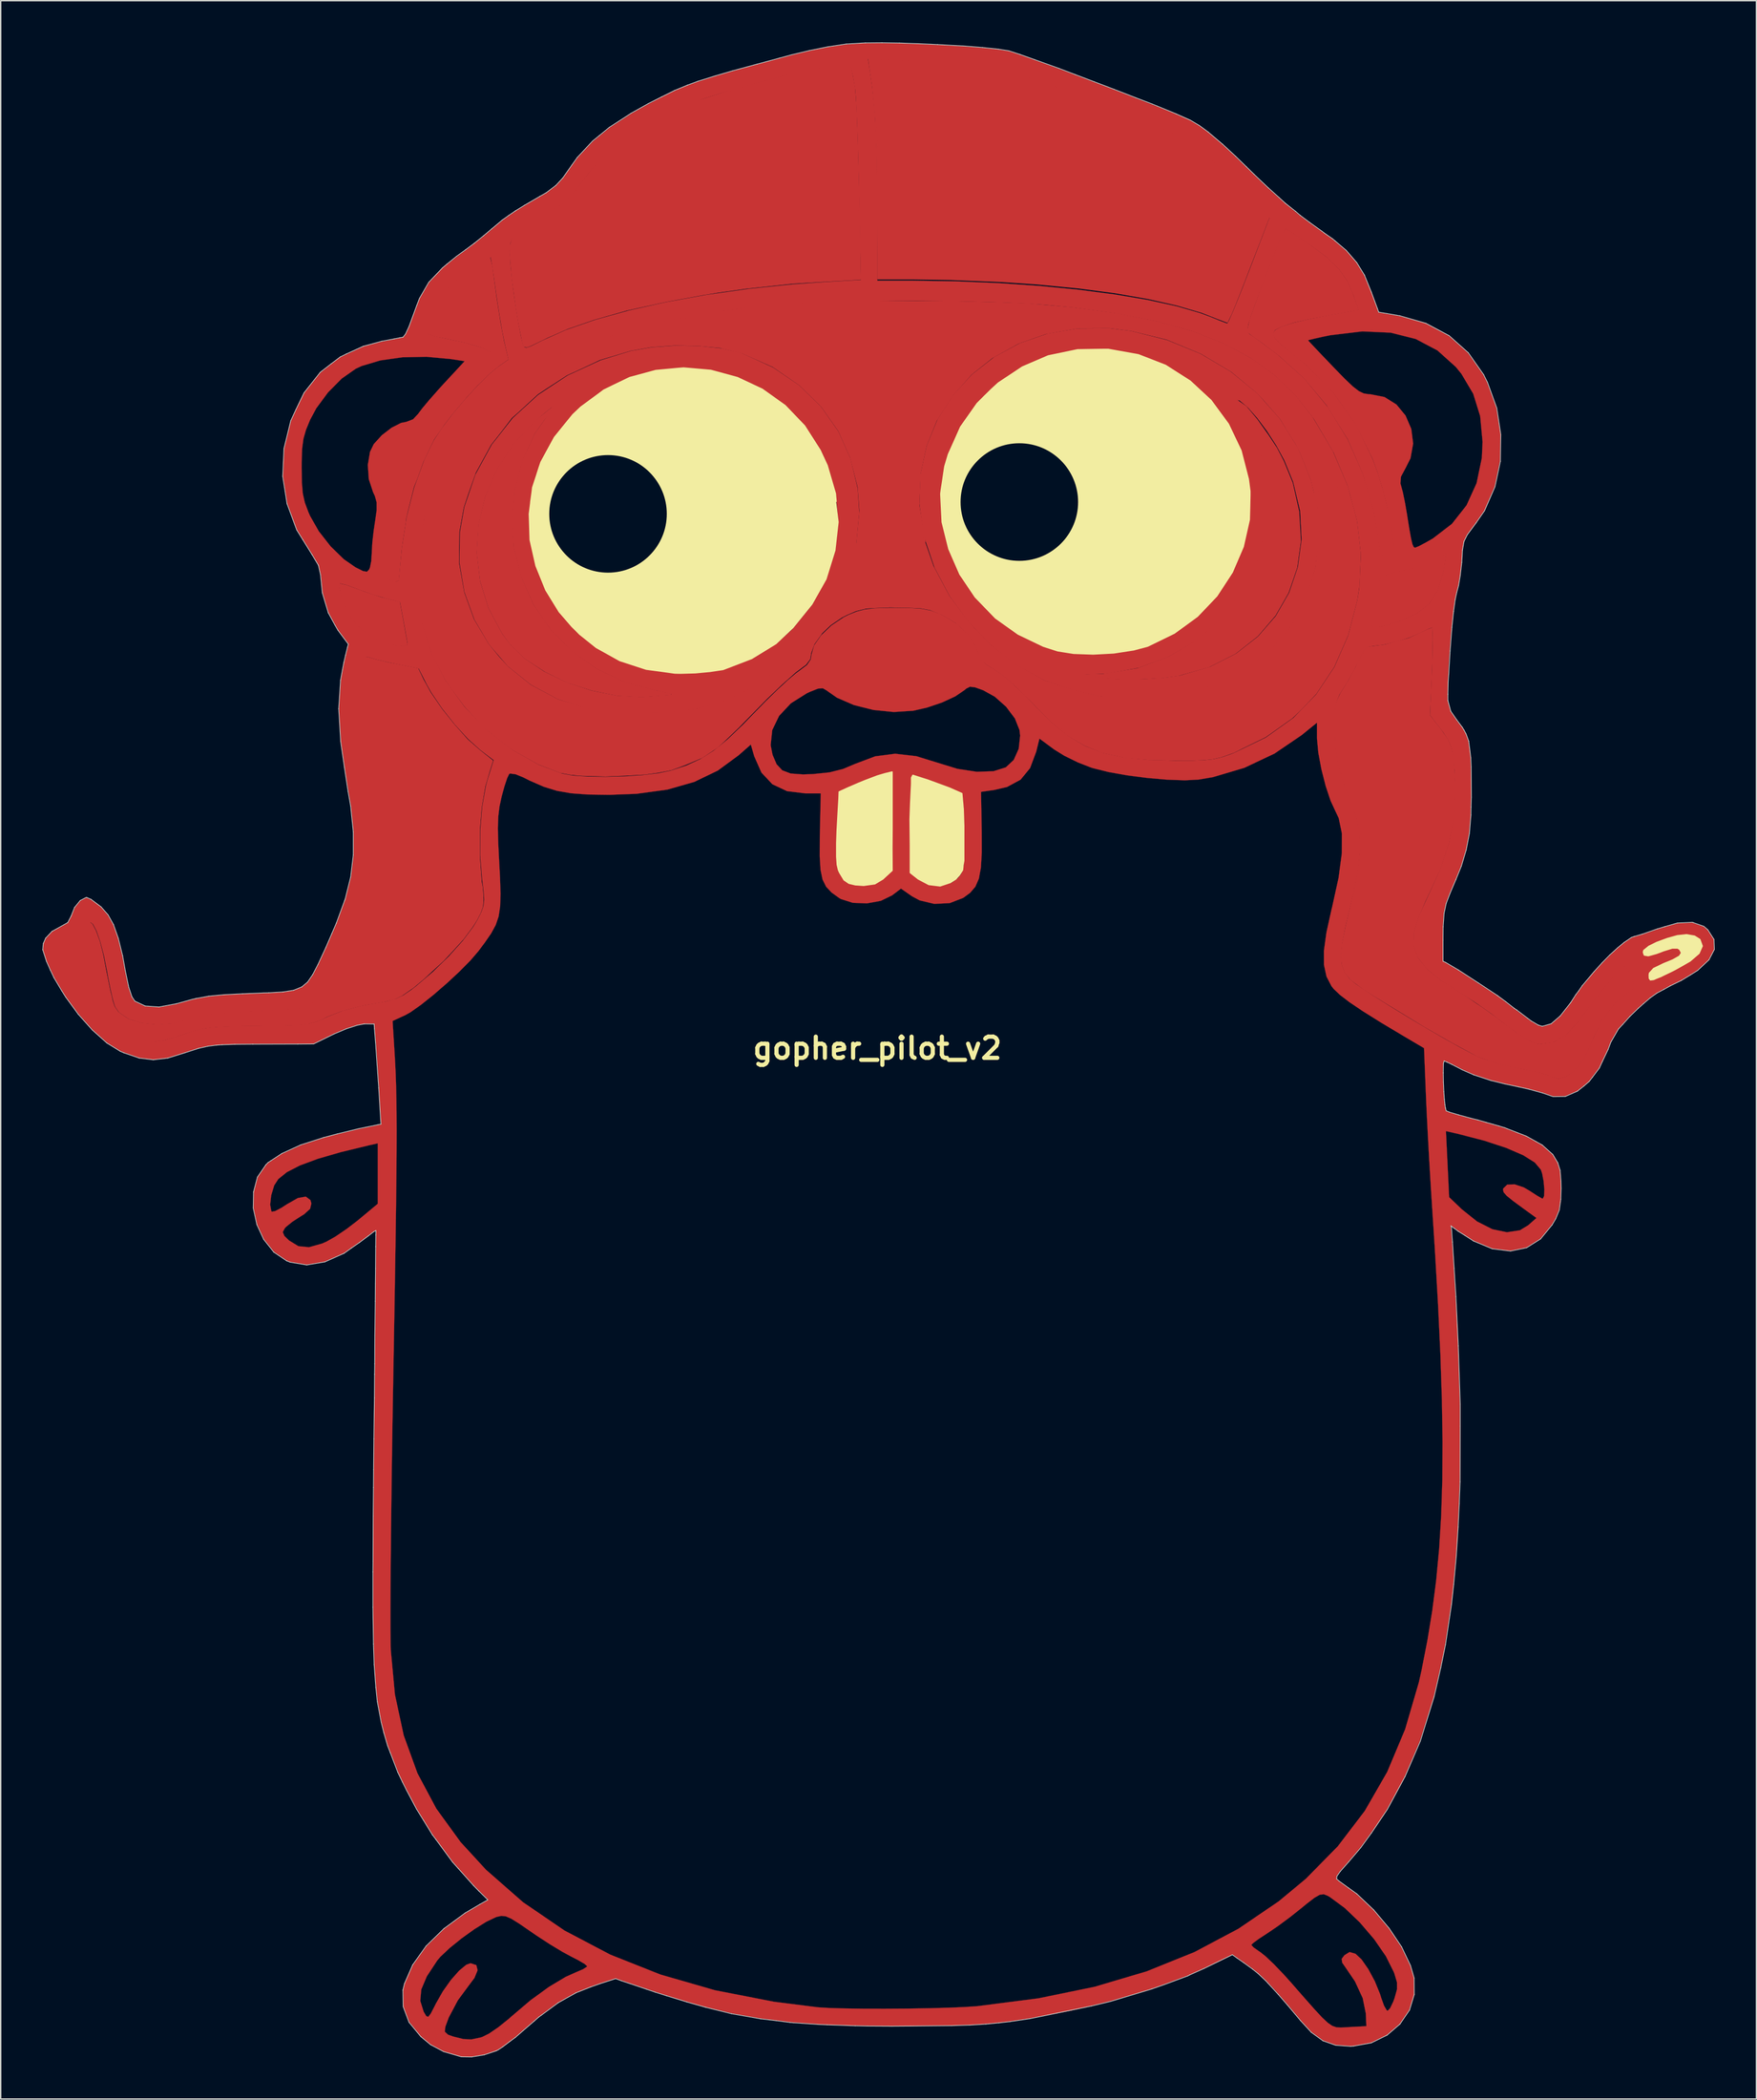
<source format=kicad_pcb>
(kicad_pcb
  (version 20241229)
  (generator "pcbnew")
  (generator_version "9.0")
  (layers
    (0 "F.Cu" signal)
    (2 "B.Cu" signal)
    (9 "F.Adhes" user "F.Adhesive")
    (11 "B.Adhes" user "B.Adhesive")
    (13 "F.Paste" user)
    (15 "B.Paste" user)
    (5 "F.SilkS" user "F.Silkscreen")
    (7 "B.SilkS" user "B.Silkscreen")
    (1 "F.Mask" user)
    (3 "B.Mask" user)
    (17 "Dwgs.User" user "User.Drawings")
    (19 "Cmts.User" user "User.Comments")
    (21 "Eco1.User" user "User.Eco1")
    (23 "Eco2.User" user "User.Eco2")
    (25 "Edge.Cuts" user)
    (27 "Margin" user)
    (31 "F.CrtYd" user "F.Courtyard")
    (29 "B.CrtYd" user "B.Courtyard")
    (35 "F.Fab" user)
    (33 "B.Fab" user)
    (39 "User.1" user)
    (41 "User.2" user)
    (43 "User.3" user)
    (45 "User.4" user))
  (footprint "gopher_pilot_v2"
    (layer "F.Cu")
    (at 60.085 72.355)
    (property "Reference" "gopher_pilot_v2" (at 0 0 0) (layer "F.SilkS") (effects (font (size 1.524 1.524) (thickness 0.3))))
    (attr through_hole)
    (fp_poly (pts (xy -38.72 -33.39) (xy -38.2 -33.27) (xy -36.94 -32.81) (xy -35.7 -32.4) (xy -34.4 -32.07) (xy -34.1 -30.44) (xy -33.87 -29.15) (xy -33.85 -29.09) (xy -33.89 -29.03) (xy -34.13 -28.96) (xy -34.66 -29.01) (xy -35.36 -29.19) (xy -36.1 -29.49) (xy -37.06 -30.11) (xy -37.97 -31.14) (xy -38.5 -32.37)) (stroke (width 0.1) (type solid)) (fill yes) (layer "F.Cu"))
    (fp_poly (pts (xy 36.77 -34.08) (xy 37.88 -34.34) (xy 38.69 -34.61) (xy 38.86 -34.66) (xy 39.13 -34.77) (xy 39.52 -34.92) (xy 39.7 -34.99) (xy 40.11 -35.17) (xy 40.49 -35.34) (xy 40.9 -35.52) (xy 40.75 -34.57) (xy 40.69 -34.26) (xy 40.3 -32.96) (xy 39.66 -31.98) (xy 38.74 -31.26) (xy 37.42 -30.7) (xy 36.65 -30.47) (xy 36.04 -30.32) (xy 35.69 -30.32) (xy 35.58 -30.44) (xy 35.61 -30.76) (xy 35.72 -31.29) (xy 35.84 -32.03) (xy 35.9 -32.43) (xy 36.01 -33.14) (xy 36.16 -33.64) (xy 36.39 -33.93) (xy 36.38 -33.93)) (stroke (width 0.1) (type solid)) (fill yes) (layer "F.Cu"))
    (fp_poly (pts (xy 25.88 -46.605) (xy 26.54 -46.135) (xy 27.3 -45.23) (xy 28.12 -44.08) (xy 28.72 -43.17) (xy 29.21 -42.23) (xy 29.85 -40.67) (xy 30.32 -38.6) (xy 30.44 -36.51) (xy 30.18 -34.6) (xy 29.56 -32.79) (xy 28.62 -31.15) (xy 27.35 -29.67) (xy 25.76 -28.42) (xy 23.85 -27.45) (xy 21.68 -26.84) (xy 20.54 -26.68) (xy 19 -26.59) (xy 17.82 -26.571) (xy 16.5 -26.639) (xy 15.01 -26.852) (xy 16.25 -26.885) (xy 18.74 -27.29) (xy 20.98 -28.13) (xy 22.83 -29.22) (xy 23.76 -30.01) (xy 24.5 -30.64) (xy 24.88 -31.05) (xy 25.61 -32) (xy 26.3 -32.93) (xy 27.28 -34.87) (xy 27.86 -37.02) (xy 28.06 -39.29) (xy 28.04 -39.88) (xy 27.82 -41.87) (xy 27.27 -43.7) (xy 26.46 -45.35) (xy 25.94 -46.33)) (stroke (width 0.1) (type solid)) (fill yes) (layer "F.Cu"))
    (fp_poly (pts (xy -0.62 -71.19) (xy 4.815 -70.97) (xy 7.265 -70.75) (xy 9.295 -70.375) (xy 12.625 -69.285) (xy 18.48 -67.03) (xy 20.56 -66.17) (xy 22.25 -65.375) (xy 23.43 -64.525) (xy 24.17 -63.8) (xy 26.11 -61.88) (xy 27.51 -60.46) (xy 28.18 -59.77) (xy 27.93 -59.13) (xy 27.44 -57.86) (xy 26.88 -56.42) (xy 26.4 -55.17) (xy 25.99 -54.13) (xy 25.78 -53.6) (xy 25.47 -52.85) (xy 25.18 -52.24) (xy 24.54 -52.48) (xy 23.34 -52.95) (xy 21.53 -53.48) (xy 19.49 -53.94) (xy 17.08 -54.36) (xy 14.49 -54.7) (xy 11.49 -54.99) (xy 8.97 -55.16) (xy 5.26 -55.31) (xy 2.57 -55.35) (xy 0.04 -55.35) (xy 0.04 -57.06) (xy 0.03 -59.51) (xy 0.01 -62.4) (xy -0.01 -64.23) (xy -0.06 -65.35) (xy -0.13 -66.96) (xy -0.32 -69.1) (xy -0.59 -71)) (stroke (width 0.1) (type solid)) (fill yes) (layer "F.Cu"))
    (fp_poly (pts (xy -23.31 -46.145) (xy -23.43 -45.935) (xy -23.99 -45.23) (xy -24.68 -44.25) (xy -25.16 -43.21) (xy -25.58 -42.28) (xy -26.14 -40.11) (xy -26.31 -37.81) (xy -26.19 -36.02) (xy -25.64 -33.83) (xy -24.78 -31.89) (xy -24.08 -30.89) (xy -23.57 -30.13) (xy -22.84 -29.38) (xy -22.06 -28.59) (xy -20.26 -27.28) (xy -18.25 -26.33) (xy -15.96 -25.7) (xy -15.55 -25.63) (xy -15.02 -25.51) (xy -14.92 -25.47) (xy -14.88 -25.46) (xy -15.19 -25.43) (xy -15.91 -25.38) (xy -16.55 -25.33) (xy -16.96 -25.3) (xy -18.7 -25.4) (xy -20.52 -25.77) (xy -22.3 -26.34) (xy -23.88 -27.11) (xy -25.36 -28.07) (xy -26.43 -29.12) (xy -26.97 -29.87) (xy -27.94 -31.68) (xy -28.54 -33.63) (xy -28.78 -35.63) (xy -28.66 -37.68) (xy -28.16 -39.72) (xy -27.33 -41.64) (xy -26.15 -43.44) (xy -24.6 -45.09)) (stroke (width 0.1) (type solid)) (fill yes) (layer "F.Cu"))
    (fp_poly (pts (xy -26.38 -57.8) (xy -26.19 -58.43) (xy -25.78 -58.88) (xy -25.1 -59.33) (xy -24.12 -59.85) (xy -23.55 -60.16) (xy -22.85 -60.56) (xy -22.32 -61.01) (xy -21.76 -61.61) (xy -20.91 -62.7) (xy -20.13 -63.72) (xy -19.43 -64.47) (xy -18.81 -65.03) (xy -18 -65.58) (xy -16.97 -66.18) (xy -15.66 -66.88) (xy -14.15 -67.64) (xy -13.19 -68.03) (xy -10.29 -68.97) (xy -7.49 -69.71) (xy -5.66 -70.2) (xy -3.2 -70.78) (xy -2.33 -70.89) (xy -2.05 -70.8) (xy -1.91 -70.53) (xy -1.65 -69.12) (xy -1.54 -67.64) (xy -1.45 -65.2) (xy -1.38 -62.68) (xy -1.32 -60.47) (xy -1.29 -59.42) (xy -1.27 -57.64) (xy -1.23 -55.33) (xy -2.03 -55.28) (xy -3.55 -55.2) (xy -6.11 -55.04) (xy -9.46 -54.68) (xy -11.51 -54.39) (xy -12.6 -54.21) (xy -14.68 -53.83) (xy -15.26 -53.72) (xy -17.49 -53.23) (xy -18.04 -53.11) (xy -20.4 -52.44) (xy -22.33 -51.77) (xy -23.74 -51.15) (xy -24.26 -50.9) (xy -24.95 -50.56) (xy -25.23 -50.46) (xy -25.41 -50.5) (xy -25.49 -50.7) (xy -25.79 -52.18) (xy -25.96 -53.21) (xy -26.27 -55.45) (xy -26.42 -57.23) (xy -26.4 -57.52)) (stroke (width 0.1) (type solid)) (fill yes) (layer "F.Cu"))
    (fp_poly (pts (xy -11.605 -52.945) (xy -9.89 -53.17) (xy -7.43 -53.565) (xy -2.67 -53.775) (xy 2.31 -53.7) (xy 5.49 -53.7) (xy 8.9 -53.61) (xy 10.76 -53.54) (xy 14.05 -53.25) (xy 17.35 -52.81) (xy 20.22 -52.23) (xy 22.72 -51.52) (xy 24.94 -50.65) (xy 26.9 -49.59) (xy 28.55 -48.4) (xy 30.02 -46.99) (xy 31.03 -45.7) (xy 31.27 -45.4) (xy 32.74 -42.93) (xy 33.76 -40.54) (xy 31.46 -39.98) (xy 31.24 -40.91) (xy 30.85 -41.87) (xy 30.4 -42.98) (xy 30.15 -43.46) (xy 29.66 -44.24) (xy 29.02 -45.29) (xy 27.9 -46.57) (xy 27.35 -47.16) (xy 25.49 -48.7) (xy 23.3 -50) (xy 20.83 -51.02) (xy 18.29 -51.64) (xy 16.71 -51.84) (xy 14.47 -51.83) (xy 12.12 -51.42) (xy 10.15 -50.73) (xy 8.25 -49.68) (xy 6.74 -48.48) (xy 5.41 -46.98) (xy 4.24 -45.165) (xy 3.505 -43.358) (xy 3.08 -41.38) (xy 2.975 -39.097) (xy 3.425 -36.443) (xy -1.4 -36.06) (xy -1.46 -36.37) (xy -1.24 -38.65) (xy -1.37 -40.37) (xy -1.9 -42.47) (xy -2.77 -44.42) (xy -4 -46.17) (xy -5.58 -47.72) (xy -7.51 -49.05) (xy -9.68 -50.01) (xy -11.075 -50.355)) (stroke (width 0.1) (type solid)) (fill yes) (layer "F.Cu"))
    (fp_poly (pts (xy 31.48 -39.93) (xy 32.52 -40.25) (xy 33.71 -40.53) (xy 33.81 -40.45) (xy 33.96 -39.87) (xy 34.25 -38.82) (xy 34.48 -37.93) (xy 34.67 -36.26) (xy 34.75 -35.54) (xy 34.65 -33.26) (xy 34.49 -32.21) (xy 33.84 -29.72) (xy 32.84 -27.45) (xy 31.55 -25.51) (xy 30.51 -24.42) (xy 29.85 -23.78) (xy 27.93 -22.42) (xy 26.25 -21.6) (xy 25.66 -21.3) (xy 24.75 -20.98) (xy 24.14 -20.84) (xy 23.47 -20.77) (xy 22.63 -20.74) (xy 21.84 -20.74) (xy 19.71 -20.77) (xy 17.85 -20.93) (xy 16.2 -21.29) (xy 14.95 -21.8) (xy 13.72 -22.51) (xy 12.54 -23.49) (xy 10.98 -25.08) (xy 9.84 -26.19) (xy 8.97 -26.92) (xy 8.37 -27.33) (xy 7.9 -27.61) (xy 7.44 -28.01) (xy 7.09 -29) (xy 6.66 -29.62) (xy 6.51 -29.85) (xy 6.91 -30.16) (xy 6.98 -30.17) (xy 7.22 -29.94) (xy 7.63 -29.51) (xy 8.21 -28.92) (xy 8.97 -28.35) (xy 10.05 -27.52) (xy 12.02 -26.42) (xy 14.1 -25.74) (xy 16.07 -25.27) (xy 16.74 -25.24) (xy 17.89 -25.24) (xy 19.23 -25.28) (xy 20.17 -25.32) (xy 21.33 -25.42) (xy 22.38 -25.58) (xy 23.34 -25.84) (xy 24.88 -26.41) (xy 26.97 -27.57) (xy 28.58 -28.89) (xy 29.92 -30.53) (xy 30.91 -32.46) (xy 31.57 -34.58) (xy 31.81 -36.76) (xy 31.71 -38.84) (xy 31.44 -39.92)) (stroke (width 0.1) (type solid)) (fill yes) (layer "F.Cu"))
    (fp_poly (pts (xy 26.685 -51.72) (xy 26.855 -52.46) (xy 27.5 -54.25) (xy 27.82 -55.11) (xy 28.07 -55.75) (xy 28.33 -56.43) (xy 28.61 -57.14) (xy 28.72 -57.42) (xy 28.94 -57.96) (xy 29.15 -58.46) (xy 29.4 -58.92) (xy 29.75 -58.69) (xy 30.45 -58.22) (xy 31.11 -57.77) (xy 32.03 -57.08) (xy 32.39 -56.81) (xy 33.2 -56.01) (xy 33.8 -55.14) (xy 34.18 -54.27) (xy 34.31 -53.91) (xy 34.58 -53.14) (xy 33.85 -53.01) (xy 33.03 -52.86) (xy 31.96 -52.66) (xy 31.2 -52.52) (xy 29.94 -52.24) (xy 29.11 -51.96) (xy 28.6 -51.71) (xy 28.43 -51.42) (xy 28.59 -51.04) (xy 29.13 -50.49) (xy 29.47 -50.23) (xy 30.26 -49.59) (xy 30.96 -49) (xy 32.49 -47.44) (xy 32.81 -47.1) (xy 33.28 -46.43) (xy 34.28 -45.02) (xy 34.39 -44.87) (xy 34.96 -43.69) (xy 35.62 -42.32) (xy 36 -41.29) (xy 36.36 -40.09) (xy 36.68 -38.82) (xy 36.85 -38.13) (xy 36.92 -37.72) (xy 37.03 -37.07) (xy 37.13 -36.32) (xy 37.14 -35.76) (xy 37.03 -35.57) (xy 36.93 -35.56) (xy 36.56 -35.46) (xy 36.45 -35.43) (xy 36.29 -35.54) (xy 36.18 -35.95) (xy 36.01 -37.1) (xy 35.77 -38.6) (xy 35.63 -39.09) (xy 35.21 -40.53) (xy 35.01 -41.27) (xy 33.9 -43.82) (xy 32.98 -45.29) (xy 32.39 -46.25) (xy 31.55 -47.26) (xy 30.77 -48.19) (xy 28.91 -49.87) (xy 27.76 -50.74) (xy 27.01 -51.27) (xy 26.69 -51.52)) (stroke (width 0.1) (type solid)) (fill yes) (layer "F.Cu"))
    (fp_poly (pts (xy -27.895 -56.88) (xy -27.742 -56.19) (xy -27.44 -53.95) (xy -27.16 -52.18) (xy -26.91 -50.86) (xy -26.6 -49.57) (xy -27.25 -49.11) (xy -27.91 -48.57) (xy -28.59 -47.91) (xy -28.8 -47.71) (xy -29.16 -47.31) (xy -29.57 -46.87) (xy -30.3 -46.01) (xy -30.69 -45.54) (xy -31.22 -44.85) (xy -31.94 -43.8) (xy -32.7 -42.23) (xy -33.13 -41.03) (xy -33.39 -40.38) (xy -33.84 -38.59) (xy -33.95 -38.12) (xy -33.99 -37.77) (xy -34.2 -36.43) (xy -34.28 -35.85) (xy -34.41 -34.44) (xy -34.42 -34.29) (xy -34.48 -33.67) (xy -34.66 -33.6) (xy -34.96 -33.65) (xy -35.19 -33.81) (xy -35.21 -33.87) (xy -35.22 -34.34) (xy -35.17 -35.18) (xy -35.09 -36) (xy -34.99 -36.82) (xy -34.95 -37.1) (xy -34.83 -37.91) (xy -34.67 -38.75) (xy -34.52 -39.32) (xy -34.1 -40.56) (xy -33.64 -41.86) (xy -33.42 -42.28) (xy -33.16 -42.76) (xy -32.69 -43.65) (xy -32.39 -44.22) (xy -31.66 -45.2) (xy -30.82 -46.33) (xy -29.66 -47.48) (xy -28.92 -48.21) (xy -28.34 -48.73) (xy -27.72 -49.41) (xy -27.56 -49.73) (xy -27.57 -49.79) (xy -27.85 -50.13) (xy -28.55 -50.47) (xy -29.6 -50.78) (xy -31.23 -51.13) (xy -31.8 -51.24) (xy -32.33 -51.41) (xy -32.5 -51.51) (xy -32.47 -51.7) (xy -32.29 -52.2) (xy -31.95 -52.97) (xy -31.23 -54.32) (xy -30.93 -54.75) (xy -30.78 -54.92) (xy -30.32 -55.29) (xy -29.63 -55.8) (xy -28.94 -56.28) (xy -28.18 -56.75)) (stroke (width 0.1) (type solid)) (fill yes) (layer "F.Cu"))
    (fp_poly (pts (xy 33.1 -24.96) (xy 33.36 -25.51) (xy 33.94 -26.45) (xy 34.45 -27.38) (xy 34.64 -27.82) (xy 35.02 -28.56) (xy 35.3 -28.83) (xy 36.52 -28.99) (xy 38.27 -29.47) (xy 39.01 -29.81) (xy 39.61 -30.09) (xy 39.91 -30.2) (xy 39.92 -29.39) (xy 39.9 -28.09) (xy 39.81 -25.74) (xy 39.72 -23.95) (xy 40.54 -22.9) (xy 41.04 -22.18) (xy 41.26 -21.64) (xy 41.42 -20.93) (xy 41.58 -18.75) (xy 41.49 -16.72) (xy 41.1 -14.77) (xy 40.46 -12.84) (xy 39.39 -10.56) (xy 38.92 -9.46) (xy 38.59 -8.37) (xy 38.56 -7.39) (xy 38.87 -6.48) (xy 39.55 -5.64) (xy 40.57 -4.82) (xy 41.02 -4.55) (xy 42.27 -3.75) (xy 42.88 -3.32) (xy 43.51 -2.9) (xy 44.42 -2.25) (xy 45.95 -1.1) (xy 46.93 -0.49) (xy 47.47 -0.28) (xy 47.74 -0.26) (xy 48.7 -0.4) (xy 49.65 -0.99) (xy 50.14 -1.52) (xy 50.58 -2.02) (xy 50.84 -2.38) (xy 51.42 -3.16) (xy 51.99 -3.89) (xy 52.46 -4.48) (xy 52.89 -5) (xy 53.1 -5.26) (xy 53.4 -5.59) (xy 53.48 -5.67) (xy 53.74 -5.88) (xy 53.87 -5.8) (xy 54.07 -5.46) (xy 54.28 -4.98) (xy 54.4 -4.52) (xy 54.38 -4.3) (xy 53.97 -3.99) (xy 53.59 -3.69) (xy 53.13 -3.34) (xy 52.09 -1.99) (xy 51.92 -1.64) (xy 51.53 -0.82) (xy 51.29 -0.25) (xy 51.22 -0.08) (xy 50.75 0.85) (xy 50.18 1.56) (xy 49.57 2) (xy 49.01 2.15) (xy 48.43 1.98) (xy 48.3 1.91) (xy 47.82 1.77) (xy 46.64 1.5) (xy 45.81 1.34) (xy 44.87 1.11) (xy 44.06 0.87) (xy 43.16 0.53) (xy 41.42 -0.41) (xy 39.41 -1.56) (xy 36.49 -3.34) (xy 35.09 -4.21) (xy 34.09 -4.95) (xy 33.67 -5.46) (xy 33.47 -6.01) (xy 33.4 -6.66) (xy 33.49 -7.53) (xy 33.73 -8.71) (xy 34.12 -10.38) (xy 34.28 -11.07) (xy 34.52 -12.29) (xy 34.62 -12.81) (xy 34.78 -14.24) (xy 34.73 -15.5) (xy 34.51 -16.66) (xy 34.03 -17.94) (xy 33.7 -18.78) (xy 33.54 -19.17) (xy 33.2 -20.37) (xy 33.01 -21.68) (xy 32.96 -23.22) (xy 32.99 -24.43) (xy 33.08 -24.9)) (stroke (width 0.1) (type solid)) (fill yes) (layer "F.Cu"))
    (fp_poly (pts (xy -32.04 -28.4) (xy -32.71 -30.52) (xy -32.85 -31.39) (xy -32.915 -34.055) (xy -32.765 -36.865) (xy -32.42 -38.97) (xy -31.84 -40.76) (xy -30.86 -42.75) (xy -29.64 -44.73) (xy -28.3 -46.32) (xy -27.36 -47.2) (xy -26.89 -47.64) (xy -25.63 -48.5) (xy -23.82 -49.49) (xy -23.51 -49.67) (xy -21.11 -50.65) (xy -18.39 -51.53) (xy -15.4 -52.25) (xy -11.67 -52.96) (xy -11.06 -50.35) (xy -11.3 -50.42) (xy -12.91 -50.57) (xy -14.57 -50.6) (xy -16.26 -50.48) (xy -17.78 -50.21) (xy -19.98 -49.55) (xy -21.56 -48.81) (xy -22.35 -48.45) (xy -23.86 -47.47) (xy -24.46 -47.07) (xy -25.81 -45.83) (xy -26.33 -45.37) (xy -27.12 -44.34) (xy -27.83 -43.44) (xy -28.94 -41.41) (xy -29.49 -39.86) (xy -29.8 -38.93) (xy -30.12 -37.15) (xy -30.15 -34.92) (xy -29.77 -32.77) (xy -29.07 -30.84) (xy -28 -29.04) (xy -27.25 -28.13) (xy -26.6 -27.42) (xy -24.96 -26.1) (xy -23.02 -25.07) (xy -20.87 -24.42) (xy -20.4 -24.33) (xy -18.98 -24.18) (xy -17.49 -24.1) (xy -15.81 -24.11) (xy -14.33 -24.21) (xy -12.97 -24.39) (xy -11.54 -24.8) (xy -9.4 -25.75) (xy -7.59 -26.91) (xy -6.31 -28) (xy -5.77 -28.48) (xy -4.31 -30.19) (xy -3.4 -31.55) (xy -3.01 -32.18) (xy -2.09 -34.23) (xy -1.51 -36.3) (xy 3.39 -36.43) (xy 4.01 -34.65) (xy 5.15 -32.51) (xy 5.79 -31.66) (xy 6.58 -30.6) (xy 6.93 -30.23) (xy 6.48 -29.87) (xy 5.68 -30.62) (xy 4.68 -31.21) (xy 3.81 -31.56) (xy 3.18 -31.68) (xy 2.34 -31.73) (xy 0.92 -31.76) (xy -0.22 -31.71) (xy -0.8 -31.67) (xy -1.54 -31.49) (xy -2.2 -31.21) (xy -2.57 -31.02) (xy -3.38 -30.47) (xy -4 -29.88) (xy -4.57 -29.08) (xy -4.8 -28.44) (xy -4.87 -28.01) (xy -5.15 -27.63) (xy -5.9 -27.07) (xy -6.9 -26.18) (xy -7.96 -25.17) (xy -9.57 -23.53) (xy -9.985 -23.105) (xy -10.915 -22.215) (xy -11.555 -21.635) (xy -12.625 -20.925) (xy -13.84 -20.41) (xy -14.85 -20.04) (xy -15.79 -19.86) (xy -16.74 -19.73) (xy -18.14 -19.65) (xy -19.56 -19.59) (xy -21.26 -19.64) (xy -22.03 -19.71) (xy -22.8 -19.85) (xy -24.36 -20.45) (xy -26.345 -21.56) (xy -28.235 -23.04) (xy -29.69 -24.63) (xy -30.74 -26.05) (xy -31.03 -26.47) (xy -31.74 -27.82)) (stroke (width 0.1) (type solid)) (fill yes) (layer "F.Cu"))
    (fp_poly (pts (xy -36.88 -28.11) (xy -36.64 -28.09) (xy -36.17 -27.95) (xy -35.32 -27.74) (xy -33.07 -27.29) (xy -32.69 -26.5) (xy -32.17 -25.56) (xy -31.36 -24.38) (xy -30.48 -23.28) (xy -29.51 -22.19) (xy -28.62 -21.41) (xy -27.7 -20.68) (xy -27.94 -19.92) (xy -28.25 -18.86) (xy -28.51 -17.34) (xy -28.65 -15.66) (xy -28.65 -13.83) (xy -28.51 -11.95) (xy -28.45 -11.65) (xy -28.41 -11.26) (xy -28.38 -10.69) (xy -28.42 -10.21) (xy -28.57 -9.78) (xy -28.85 -9.23) (xy -29.14 -8.77) (xy -29.82 -7.86) (xy -30.71 -6.88) (xy -31.26 -6.3) (xy -32.66 -5.01) (xy -33.4 -4.39) (xy -34.22 -3.82) (xy -34.78 -3.55) (xy -35.54 -3.37) (xy -36.98 -3.12) (xy -37.28 -3.05) (xy -38.27 -2.79) (xy -38.59 -2.7) (xy -39.6 -2.31) (xy -40.06 -2.07) (xy -40.49 -1.91) (xy -40.96 -1.79) (xy -41.53 -1.72) (xy -42.35 -1.68) (xy -43.22 -1.66) (xy -44.48 -1.65) (xy -45.99 -1.63) (xy -47.41 -1.58) (xy -48.28 -1.49) (xy -48.82 -1.38) (xy -49.29 -1.25) (xy -49.8 -1.09) (xy -50.49 -0.85) (xy -51.39 -0.6) (xy -52.1 -0.5) (xy -52.76 -0.56) (xy -53.5 -0.79) (xy -54.6 -1.36) (xy -55.68 -2.28) (xy -56.58 -3.38) (xy -56.82 -3.67) (xy -57.41 -4.57) (xy -58.2 -5.92) (xy -58.65 -6.8) (xy -58.78 -7.17) (xy -58.55 -7.34) (xy -57.95 -7.62) (xy -57.4 -8.02) (xy -57.04 -8.48) (xy -56.83 -8.85) (xy -56.67 -9.01) (xy -56.52 -8.91) (xy -56.27 -8.44) (xy -55.99 -7.67) (xy -55.75 -6.72) (xy -55.52 -5.52) (xy -55.23 -4.09) (xy -55.14 -3.74) (xy -55.07 -3.42) (xy -54.92 -2.97) (xy -54.63 -2.56) (xy -53.91 -2.07) (xy -52.93 -1.77) (xy -51.86 -1.66) (xy -50.68 -1.75) (xy -49.59 -2.06) (xy -48.88 -2.26) (xy -47.96 -2.4) (xy -46.7 -2.53) (xy -45.2 -2.6) (xy -43.71 -2.68) (xy -42.36 -2.78) (xy -41.4 -2.95) (xy -40.77 -3.2) (xy -40.26 -3.58) (xy -39.83 -4.14) (xy -39.43 -4.85) (xy -39.12 -5.49) (xy -38.77 -6.19) (xy -38.48 -6.81) (xy -38.03 -7.78) (xy -37.65 -8.7) (xy -37.43 -9.19) (xy -37.21 -9.85) (xy -37.01 -10.42) (xy -36.73 -11.51) (xy -36.55 -12.67) (xy -36.46 -13.91) (xy -36.44 -15.15) (xy -36.45 -15.65) (xy -36.52 -16.69) (xy -36.65 -17.69) (xy -36.9 -19.19) (xy -37.1 -20.45) (xy -37.24 -21.28) (xy -37.43 -23.54) (xy -37.43 -25.52) (xy -37.21 -27.15) (xy -37.01 -27.86)) (stroke (width 0.1) (type solid)) (fill yes) (layer "F.Cu"))
    (fp_poly (pts (xy -12.84 -50.517) (xy -11.249 -50.349) (xy -9.905 -50.043) (xy -9.682 -49.967) (xy -7.503 -48.969) (xy -5.617 -47.684) (xy -4.044 -46.143) (xy -2.805 -44.374) (xy -1.922 -42.406) (xy -1.417 -40.268) (xy -1.298 -38.542) (xy -1.506 -36.335) (xy -2.105 -34.169) (xy -3.053 -32.094) (xy -4.31 -30.157) (xy -5.836 -28.409) (xy -7.591 -26.898) (xy -9.533 -25.672) (xy -11.623 -24.782) (xy -12.96 -24.422) (xy -14.261 -24.23) (xy -15.807 -24.126) (xy -17.446 -24.109) (xy -19.028 -24.181) (xy -20.399 -24.34) (xy -20.857 -24.428) (xy -23.012 -25.118) (xy -24.929 -26.145) (xy -26.582 -27.469) (xy -27.947 -29.049) (xy -28.999 -30.845) (xy -29.714 -32.818) (xy -30.068 -34.928) (xy -30.058 -35.631) (xy -28.82 -35.631) (xy -28.584 -33.605) (xy -27.979 -31.652) (xy -26.997 -29.825) (xy -26.452 -29.084) (xy -25.367 -28.025) (xy -23.956 -27.088) (xy -22.314 -26.307) (xy -20.538 -25.72) (xy -18.723 -25.363) (xy -16.966 -25.271) (xy -16.383 -25.308) (xy -15.65 -25.371) (xy -15.003 -25.414) (xy -14.876 -25.42) (xy -14.808 -25.462) (xy -15.104 -25.557) (xy -15.704 -25.689) (xy -16.036 -25.751) (xy -18.235 -26.354) (xy -20.239 -27.311) (xy -22.013 -28.581) (xy -23.525 -30.125) (xy -24.742 -31.906) (xy -25.629 -33.883) (xy -26.155 -36.017) (xy -26.292 -37.818) (xy -26.243 -38.439) (xy -25.057 -38.439) (xy -24.976 -36.567) (xy -24.582 -34.746) (xy -23.894 -33.018) (xy -22.928 -31.425) (xy -21.703 -30.01) (xy -20.237 -28.815) (xy -18.546 -27.882) (xy -16.65 -27.253) (xy -14.565 -26.972) (xy -14.099 -26.961) (xy -13.054 -26.993) (xy -12.012 -27.089) (xy -11.165 -27.228) (xy -11.006 -27.267) (xy -9.009 -28.015) (xy -7.261 -29.112) (xy -6.13 -30.133) (xy -4.705 -31.887) (xy -3.672 -33.774) (xy -3.037 -35.757) (xy -2.805 -37.8) (xy -2.984 -39.865) (xy -3.577 -41.916) (xy -4.085 -43.027) (xy -5.237 -44.807) (xy -6.655 -46.279) (xy -8.285 -47.436) (xy -10.078 -48.271) (xy -11.981 -48.776) (xy -13.945 -48.945) (xy -15.917 -48.768) (xy -17.846 -48.241) (xy -19.681 -47.353) (xy -21.372 -46.1) (xy -21.904 -45.589) (xy -23.25 -43.937) (xy -24.212 -42.166) (xy -24.809 -40.32) (xy -25.057 -38.439) (xy -26.243 -38.439) (xy -26.109 -40.134) (xy -25.556 -42.281) (xy -24.649 -44.217) (xy -23.749 -45.499) (xy -23.37 -45.984) (xy -23.272 -46.178) (xy -23.464 -46.079) (xy -23.953 -45.682) (xy -24.647 -45.073) (xy -26.175 -43.448) (xy -27.363 -41.639) (xy -28.203 -39.7) (xy -28.691 -37.68) (xy -28.82 -35.631) (xy -30.058 -35.631) (xy -30.036 -37.134) (xy -29.72 -38.925) (xy -28.92 -41.268) (xy -27.751 -43.411) (xy -26.239 -45.329) (xy -24.41 -46.997) (xy -22.291 -48.393) (xy -19.907 -49.49) (xy -17.732 -50.16) (xy -16.218 -50.425) (xy -14.541 -50.543) (xy -12.84 -50.517)) (stroke (width 0.01) (type solid)) (fill yes) (layer "F.Cu"))
    (fp_poly (pts (xy 18.255 -51.595) (xy 20.848 -50.942) (xy 23.255 -49.958) (xy 25.436 -48.669) (xy 27.35 -47.105) (xy 28.959 -45.293) (xy 30.223 -43.261) (xy 30.341 -43.021) (xy 31.214 -40.861) (xy 31.697 -38.789) (xy 31.803 -36.728) (xy 31.54 -34.603) (xy 31.532 -34.566) (xy 30.887 -32.416) (xy 29.89 -30.518) (xy 28.549 -28.879) (xy 26.872 -27.508) (xy 24.867 -26.415) (xy 23.355 -25.844) (xy 22.397 -25.589) (xy 21.325 -25.419) (xy 20.016 -25.315) (xy 19.158 -25.281) (xy 18.088 -25.258) (xy 17.146 -25.255) (xy 16.431 -25.27) (xy 16.043 -25.304) (xy 16.036 -25.306) (xy 15.615 -25.406) (xy 14.923 -25.568) (xy 14.109 -25.757) (xy 14.099 -25.76) (xy 12.042 -26.453) (xy 11.246 -26.888) (xy 14.96 -26.888) (xy 15.714 -26.725) (xy 16.681 -26.596) (xy 17.921 -26.542) (xy 19.285 -26.563) (xy 20.623 -26.655) (xy 21.784 -26.816) (xy 21.832 -26.825) (xy 23.952 -27.442) (xy 25.813 -28.385) (xy 27.393 -29.614) (xy 28.675 -31.089) (xy 29.639 -32.769) (xy 30.264 -34.615) (xy 30.533 -36.586) (xy 30.426 -38.643) (xy 29.923 -40.746) (xy 29.289 -42.297) (xy 28.72 -43.344) (xy 28.043 -44.393) (xy 27.33 -45.346) (xy 26.654 -46.107) (xy 26.089 -46.578) (xy 26.043 -46.605) (xy 25.883 -46.629) (xy 25.942 -46.382) (xy 26.234 -45.826) (xy 26.376 -45.581) (xy 27.29 -43.736) (xy 27.838 -41.886) (xy 28.061 -39.883) (xy 28.071 -39.315) (xy 27.879 -37.027) (xy 27.299 -34.914) (xy 26.321 -32.952) (xy 24.935 -31.118) (xy 24.523 -30.677) (xy 22.856 -29.259) (xy 20.927 -28.144) (xy 18.819 -27.367) (xy 16.615 -26.964) (xy 15.929 -26.921) (xy 14.96 -26.888) (xy 11.246 -26.888) (xy 10.07 -27.531) (xy 8.238 -28.937) (xy 6.599 -30.616) (xy 5.209 -32.513) (xy 4.12 -34.57) (xy 3.386 -36.732) (xy 3.345 -36.905) (xy 3.028 -39.154) (xy 3.053 -39.833) (xy 4.551 -39.833) (xy 4.651 -37.835) (xy 5.121 -35.9) (xy 5.932 -34.078) (xy 7.052 -32.417) (xy 8.453 -30.965) (xy 10.105 -29.771) (xy 11.977 -28.884) (xy 12.964 -28.577) (xy 14.131 -28.391) (xy 15.538 -28.344) (xy 17.022 -28.426) (xy 18.417 -28.63) (xy 19.481 -28.918) (xy 21.369 -29.819) (xy 23.032 -31.038) (xy 24.436 -32.521) (xy 25.55 -34.216) (xy 26.342 -36.07) (xy 26.781 -38.032) (xy 26.836 -40.05) (xy 26.733 -40.916) (xy 26.182 -43.02) (xy 25.269 -44.93) (xy 24.033 -46.609) (xy 22.513 -48.02) (xy 20.751 -49.128) (xy 18.785 -49.895) (xy 16.656 -50.285) (xy 16.531 -50.295) (xy 14.365 -50.251) (xy 12.304 -49.808) (xy 10.392 -48.997) (xy 8.673 -47.851) (xy 7.189 -46.401) (xy 5.986 -44.679) (xy 5.107 -42.716) (xy 4.85 -41.846) (xy 4.551 -39.833) (xy 3.053 -39.833) (xy 3.108 -41.313) (xy 3.554 -43.352) (xy 4.337 -45.241) (xy 5.426 -46.951) (xy 6.791 -48.451) (xy 8.403 -49.714) (xy 10.232 -50.708) (xy 12.247 -51.405) (xy 14.419 -51.775) (xy 16.718 -51.789) (xy 18.255 -51.595)) (stroke (width 0.01) (type solid)) (fill yes) (layer "F.Cu"))
    (fp_poly (pts (xy 1.281 -72.291) (xy 2.855 -72.239) (xy 3.444 -72.216) (xy 4.988 -72.142) (xy 6.431 -72.051) (xy 7.695 -71.949) (xy 8.702 -71.843) (xy 9.374 -71.739) (xy 9.471 -71.717) (xy 9.975 -71.56) (xy 10.811 -71.271) (xy 11.911 -70.875) (xy 13.206 -70.398) (xy 14.63 -69.865) (xy 16.115 -69.303) (xy 17.594 -68.736) (xy 18.998 -68.191) (xy 20.26 -67.694) (xy 21.313 -67.27) (xy 22.088 -66.945) (xy 22.494 -66.758) (xy 23.113 -66.39) (xy 23.81 -65.879) (xy 24.637 -65.183) (xy 25.642 -64.259) (xy 26.876 -63.063) (xy 27.23 -62.713) (xy 28.239 -61.755) (xy 29.328 -60.791) (xy 30.379 -59.922) (xy 31.274 -59.249) (xy 31.427 -59.145) (xy 32.743 -58.213) (xy 33.734 -57.368) (xy 34.473 -56.525) (xy 35.033 -55.603) (xy 35.477 -54.548) (xy 36.06 -52.927) (xy 37.568 -52.666) (xy 39.466 -52.137) (xy 41.111 -51.254) (xy 42.49 -50.027) (xy 43.591 -48.465) (xy 43.876 -47.912) (xy 44.538 -46.073) (xy 44.845 -44.159) (xy 44.803 -42.245) (xy 44.421 -40.41) (xy 43.707 -38.73) (xy 42.831 -37.466) (xy 42.432 -36.948) (xy 42.205 -36.459) (xy 42.092 -35.83) (xy 42.048 -35.157) (xy 41.963 -34.228) (xy 41.814 -33.334) (xy 41.673 -32.799) (xy 41.561 -32.288) (xy 41.443 -31.431) (xy 41.327 -30.327) (xy 41.22 -29.071) (xy 41.13 -27.76) (xy 41.066 -26.491) (xy 41.036 -25.36) (xy 41.034 -25.032) (xy 41.246 -24.225) (xy 41.718 -23.537) (xy 42.086 -23.073) (xy 42.352 -22.617) (xy 42.533 -22.087) (xy 42.645 -21.403) (xy 42.704 -20.483) (xy 42.726 -19.245) (xy 42.728 -18.443) (xy 42.698 -16.815) (xy 42.587 -15.479) (xy 42.363 -14.288) (xy 41.997 -13.097) (xy 41.457 -11.759) (xy 41.188 -11.154) (xy 40.915 -10.443) (xy 40.759 -9.706) (xy 40.693 -8.778) (xy 40.685 -8.164) (xy 40.683 -6.278) (xy 41.921 -5.535) (xy 44.724 -3.698) (xy 46.387 -2.427) (xy 47.009 -1.966) (xy 47.548 -1.647) (xy 47.848 -1.547) (xy 48.478 -1.732) (xy 49.16 -2.301) (xy 49.915 -3.275) (xy 50.13 -3.604) (xy 50.721 -4.438) (xy 51.451 -5.328) (xy 52.246 -6.199) (xy 52.997 -6.942) (xy 55.105 -6.942) (xy 55.189 -6.699) (xy 55.483 -6.652) (xy 56.054 -6.803) (xy 56.561 -6.991) (xy 57.209 -7.201) (xy 57.594 -7.199) (xy 57.741 -7.102) (xy 57.872 -6.859) (xy 57.724 -6.624) (xy 57.248 -6.356) (xy 56.558 -6.073) (xy 55.869 -5.743) (xy 55.562 -5.413) (xy 55.536 -5.271) (xy 55.55 -5.025) (xy 55.641 -4.91) (xy 55.88 -4.939) (xy 56.339 -5.128) (xy 57.091 -5.49) (xy 57.407 -5.646) (xy 58.486 -6.259) (xy 59.141 -6.825) (xy 59.376 -7.351) (xy 59.2 -7.834) (xy 58.806 -8.069) (xy 58.23 -8.172) (xy 58.208 -8.172) (xy 57.576 -8.096) (xy 56.837 -7.9) (xy 56.108 -7.63) (xy 55.508 -7.333) (xy 55.153 -7.056) (xy 55.105 -6.942) (xy 52.997 -6.942) (xy 53.033 -6.977) (xy 53.738 -7.585) (xy 54.287 -7.95) (xy 54.459 -8.013) (xy 54.955 -8.151) (xy 55.67 -8.388) (xy 56.23 -8.591) (xy 57.571 -8.98) (xy 58.646 -9.031) (xy 59.464 -8.744) (xy 59.743 -8.514) (xy 60.187 -7.82) (xy 60.21 -7.097) (xy 59.822 -6.357) (xy 59.031 -5.617) (xy 57.845 -4.889) (xy 57.557 -4.744) (xy 56.73 -4.335) (xy 56.126 -4.002) (xy 55.623 -3.658) (xy 55.1 -3.217) (xy 54.434 -2.592) (xy 54.111 -2.28) (xy 53.323 -1.404) (xy 52.781 -0.48) (xy 52.509 0.201) (xy 51.945 1.404) (xy 51.215 2.375) (xy 50.38 3.069) (xy 49.499 3.443) (xy 48.633 3.452) (xy 48.27 3.327) (xy 47.806 3.167) (xy 47.043 2.964) (xy 46.107 2.749) (xy 45.545 2.633) (xy 44.177 2.306) (xy 42.948 1.901) (xy 42.163 1.55) (xy 41.504 1.208) (xy 41.002 0.968) (xy 40.777 0.883) (xy 40.72 1.083) (xy 40.698 1.597) (xy 40.706 2.301) (xy 40.739 3.071) (xy 40.791 3.781) (xy 40.858 4.307) (xy 40.924 4.517) (xy 41.176 4.622) (xy 41.753 4.799) (xy 42.561 5.021) (xy 43.231 5.192) (xy 45.139 5.739) (xy 46.682 6.339) (xy 47.84 6.981) (xy 48.592 7.656) (xy 48.665 7.755) (xy 48.956 8.255) (xy 49.116 8.799) (xy 49.179 9.544) (xy 49.186 10.067) (xy 49.159 10.977) (xy 49.048 11.634) (xy 48.808 12.225) (xy 48.54 12.694) (xy 47.707 13.709) (xy 46.698 14.335) (xy 45.543 14.568) (xy 44.272 14.406) (xy 42.914 13.848) (xy 41.926 13.217) (xy 41.263 12.733) (xy 41.402 14.594) (xy 41.739 20.107) (xy 41.914 25.401) (xy 41.925 30.389) (xy 41.911 31.143) (xy 41.723 35.595) (xy 41.348 39.669) (xy 40.779 43.388) (xy 40.009 46.776) (xy 39.031 49.856) (xy 37.838 52.65) (xy 36.425 55.183) (xy 34.783 57.477) (xy 33.819 58.602) (xy 33.302 59.186) (xy 33.05 59.541) (xy 33.023 59.753) (xy 33.185 59.909) (xy 33.235 59.94) (xy 34.503 60.856) (xy 35.719 62.012) (xy 36.812 63.315) (xy 37.712 64.675) (xy 38.349 65.999) (xy 38.608 66.898) (xy 38.623 68.077) (xy 38.266 69.192) (xy 37.594 70.18) (xy 36.664 70.981) (xy 35.534 71.532) (xy 34.261 71.772) (xy 34.057 71.778) (xy 32.971 71.69) (xy 32.074 71.373) (xy 31.246 70.766) (xy 30.439 69.89) (xy 29.434 68.686) (xy 28.635 67.767) (xy 27.982 67.072) (xy 27.415 66.538) (xy 26.874 66.104) (xy 26.606 65.912) (xy 25.551 65.183) (xy 24.561 65.692) (xy 22.34 66.706) (xy 19.776 67.649) (xy 16.954 68.496) (xy 13.958 69.222) (xy 10.874 69.802) (xy 10.732 69.825) (xy 9.707 69.977) (xy 8.742 70.096) (xy 7.758 70.184) (xy 6.677 70.248) (xy 5.422 70.29) (xy 3.913 70.315) (xy 2.073 70.328) (xy 1.507 70.33) (xy -1.392 70.309) (xy -3.946 70.221) (xy -6.237 70.055) (xy -8.349 69.799) (xy -10.363 69.441) (xy -12.362 68.971) (xy -14.428 68.376) (xy -15.927 67.89) (xy -18.831 66.913) (xy -20.232 67.356) (xy -21.653 67.906) (xy -22.991 68.651) (xy -24.36 69.662) (xy -25.292 70.469) (xy -26.037 71.111) (xy -26.74 71.66) (xy -27.288 72.031) (xy -27.445 72.112) (xy -28.298 72.388) (xy -29.197 72.538) (xy -29.941 72.532) (xy -30.028 72.515) (xy -31.204 72.162) (xy -32.132 71.666) (xy -32.835 71.089) (xy -33.673 70.051) (xy -34.104 68.925) (xy -34.109 68.53) (xy -32.89 68.53) (xy -32.652 69.294) (xy -32.628 69.34) (xy -32.457 69.625) (xy -32.316 69.675) (xy -32.134 69.441) (xy -31.84 68.873) (xy -31.767 68.724) (xy -31.265 67.841) (xy -30.684 67.024) (xy -30.098 66.359) (xy -29.581 65.932) (xy -29.273 65.819) (xy -28.857 65.955) (xy -28.765 66.325) (xy -28.991 66.877) (xy -29.37 67.381) (xy -30.186 68.487) (xy -30.837 69.716) (xy -31.088 70.393) (xy -31.124 70.745) (xy -30.893 70.96) (xy -30.524 71.091) (xy -29.786 71.275) (xy -29.215 71.3) (xy -28.581 71.168) (xy -28.439 71.127) (xy -27.944 70.882) (xy -27.263 70.417) (xy -26.519 69.819) (xy -26.288 69.614) (xy -24.954 68.483) (xy -23.638 67.526) (xy -22.433 66.805) (xy -21.687 66.469) (xy -21.178 66.251) (xy -20.898 66.07) (xy -20.88 66.033) (xy -21.058 65.873) (xy -21.52 65.601) (xy -21.994 65.36) (xy -22.672 64.993) (xy -23.554 64.459) (xy -24.496 63.848) (xy -24.931 63.549) (xy -25.766 62.974) (xy -26.339 62.618) (xy -26.74 62.443) (xy -27.061 62.412) (xy -27.391 62.488) (xy -27.458 62.51) (xy -28.134 62.833) (xy -28.995 63.37) (xy -29.916 64.031) (xy -30.774 64.723) (xy -31.443 65.355) (xy -31.672 65.626) (xy -32.416 66.757) (xy -32.817 67.704) (xy -32.89 68.53) (xy -34.109 68.53) (xy -34.118 67.742) (xy -34.018 67.304) (xy -33.423 65.953) (xy -32.459 64.615) (xy -31.181 63.353) (xy -29.649 62.232) (xy -29.234 61.982) (xy -27.992 61.264) (xy -28.98 60.284) (xy -30.525 58.564) (xy -31.984 56.587) (xy -33.295 54.461) (xy -34.393 52.291) (xy -35.217 50.185) (xy -35.518 49.143) (xy -35.679 48.463) (xy -35.818 47.784) (xy -35.936 47.071) (xy -36.034 46.289) (xy -36.114 45.403) (xy -36.176 44.377) (xy -36.222 43.178) (xy -36.253 41.769) (xy -36.267 40.473) (xy -35.035 40.473) (xy -35.033 41.84) (xy -35.023 42.839) (xy -35.012 43.29) (xy -34.715 46.488) (xy -34.082 49.429) (xy -33.094 52.152) (xy -31.736 54.698) (xy -29.99 57.104) (xy -28.165 59.092) (xy -25.495 61.431) (xy -22.511 63.468) (xy -19.213 65.202) (xy -15.603 66.634) (xy -11.681 67.763) (xy -7.446 68.589) (xy -4.305 68.986) (xy -3.511 69.037) (xy -2.379 69.072) (xy -1.002 69.091) (xy 0.528 69.094) (xy 2.117 69.084) (xy 3.674 69.059) (xy 5.106 69.02) (xy 6.321 68.969) (xy 7.211 68.908) (xy 11.592 68.345) (xy 15.644 67.513) (xy 19.382 66.405) (xy 22.825 65.016) (xy 23.795 64.502) (xy 26.913 64.502) (xy 27.074 64.681) (xy 27.477 64.964) (xy 27.541 65.004) (xy 27.948 65.328) (xy 28.546 65.896) (xy 29.242 66.621) (xy 29.747 67.182) (xy 30.723 68.297) (xy 31.459 69.129) (xy 32.006 69.718) (xy 32.417 70.104) (xy 32.744 70.327) (xy 33.04 70.429) (xy 33.357 70.448) (xy 33.748 70.426) (xy 33.946 70.414) (xy 35.194 70.347) (xy 35.155 69.43) (xy 34.931 68.327) (xy 34.374 67.125) (xy 33.75 66.203) (xy 33.452 65.773) (xy 33.421 65.502) (xy 33.618 65.243) (xy 33.985 65.014) (xy 34.409 65.139) (xy 34.842 65.539) (xy 35.33 66.237) (xy 35.799 67.108) (xy 36.176 68.028) (xy 36.265 68.312) (xy 36.467 68.876) (xy 36.661 69.206) (xy 36.725 69.243) (xy 36.905 69.054) (xy 37.133 68.578) (xy 37.224 68.329) (xy 37.399 67.698) (xy 37.398 67.193) (xy 37.214 66.572) (xy 37.169 66.452) (xy 36.6 65.315) (xy 35.754 64.09) (xy 34.733 62.894) (xy 33.639 61.846) (xy 32.576 61.063) (xy 32.407 60.966) (xy 32.131 60.857) (xy 31.846 60.89) (xy 31.46 61.109) (xy 30.881 61.555) (xy 30.54 61.837) (xy 29.708 62.498) (xy 28.822 63.153) (xy 28.07 63.664) (xy 28.043 63.681) (xy 27.451 64.068) (xy 27.042 64.369) (xy 26.913 64.502) (xy 23.795 64.502) (xy 25.988 63.339) (xy 28.889 61.366) (xy 30.841 59.745) (xy 33.135 57.414) (xy 35.082 54.861) (xy 36.695 52.059) (xy 37.986 48.987) (xy 38.971 45.618) (xy 39.17 44.726) (xy 39.588 42.598) (xy 39.936 40.468) (xy 40.217 38.293) (xy 40.43 36.035) (xy 40.577 33.651) (xy 40.659 31.102) (xy 40.677 28.346) (xy 40.631 25.344) (xy 40.523 22.054) (xy 40.353 18.435) (xy 40.123 14.448) (xy 39.931 11.485) (xy 39.824 9.808) (xy 39.716 7.992) (xy 39.617 6.191) (xy 39.605 5.961) (xy 40.922 5.961) (xy 41.15 10.712) (xy 42.047 11.571) (xy 43.159 12.461) (xy 44.266 13.021) (xy 45.312 13.237) (xy 46.24 13.097) (xy 46.846 12.731) (xy 47.436 12.21) (xy 46.481 11.52) (xy 45.738 10.974) (xy 45.29 10.609) (xy 45.074 10.364) (xy 45.028 10.175) (xy 45.047 10.085) (xy 45.333 9.811) (xy 45.86 9.79) (xy 46.526 10.013) (xy 46.938 10.253) (xy 47.457 10.59) (xy 47.814 10.795) (xy 47.889 10.823) (xy 47.985 10.632) (xy 48.003 10.162) (xy 47.951 9.567) (xy 47.842 8.999) (xy 47.751 8.734) (xy 47.316 8.219) (xy 46.476 7.693) (xy 45.257 7.167) (xy 43.684 6.651) (xy 41.782 6.157) (xy 41.502 6.093) (xy 40.922 5.961) (xy 39.605 5.961) (xy 39.534 4.556) (xy 39.486 3.475) (xy 39.346 -0.008) (xy 37.808 -0.914) (xy 36.195 -1.88) (xy 34.929 -2.672) (xy 33.973 -3.318) (xy 33.288 -3.843) (xy 32.838 -4.272) (xy 32.686 -4.464) (xy 32.326 -5.159) (xy 32.144 -5.992) (xy 32.142 -7.025) (xy 32.321 -8.324) (xy 32.68 -9.952) (xy 32.732 -10.16) (xy 33.197 -12.274) (xy 33.431 -14.033) (xy 33.434 -15.453) (xy 33.206 -16.55) (xy 32.982 -17.024) (xy 32.619 -17.806) (xy 32.264 -18.875) (xy 31.958 -20.075) (xy 31.738 -21.253) (xy 31.643 -22.254) (xy 31.642 -22.348) (xy 31.642 -23.152) (xy 32.939 -23.152) (xy 32.993 -21.65) (xy 33.175 -20.383) (xy 33.525 -19.151) (xy 34.07 -17.793) (xy 34.486 -16.652) (xy 34.713 -15.498) (xy 34.751 -14.243) (xy 34.599 -12.802) (xy 34.257 -11.089) (xy 34.048 -10.233) (xy 33.683 -8.717) (xy 33.458 -7.549) (xy 33.375 -6.663) (xy 33.433 -5.991) (xy 33.633 -5.463) (xy 33.974 -5.013) (xy 34.064 -4.922) (xy 34.466 -4.603) (xy 35.175 -4.117) (xy 36.122 -3.505) (xy 37.234 -2.812) (xy 38.441 -2.078) (xy 39.672 -1.348) (xy 40.856 -0.664) (xy 41.923 -0.069) (xy 42.801 0.394) (xy 43.158 0.569) (xy 43.884 0.845) (xy 44.855 1.133) (xy 45.893 1.381) (xy 46.166 1.435) (xy 47.062 1.618) (xy 47.818 1.8) (xy 48.318 1.949) (xy 48.426 1.997) (xy 49.005 2.187) (xy 49.602 2.018) (xy 50.201 1.569) (xy 50.773 0.861) (xy 51.245 -0.071) (xy 51.312 -0.253) (xy 52.088 -1.95) (xy 53.139 -3.315) (xy 54.4 -4.303) (xy 54.42 -4.534) (xy 54.294 -4.976) (xy 54.09 -5.461) (xy 53.876 -5.82) (xy 53.746 -5.904) (xy 53.482 -5.687) (xy 53.013 -5.175) (xy 52.39 -4.429) (xy 51.663 -3.511) (xy 50.882 -2.482) (xy 50.513 -1.98) (xy 49.609 -0.987) (xy 48.659 -0.421) (xy 47.672 -0.289) (xy 47.43 -0.323) (xy 46.919 -0.53) (xy 46.202 -0.962) (xy 45.394 -1.547) (xy 45.15 -1.742) (xy 44.199 -2.475) (xy 43.116 -3.24) (xy 42.113 -3.888) (xy 41.975 -3.97) (xy 40.56 -4.869) (xy 39.538 -5.702) (xy 38.888 -6.525) (xy 38.589 -7.394) (xy 38.621 -8.364) (xy 38.962 -9.492) (xy 39.48 -10.616) (xy 40.469 -12.773) (xy 41.137 -14.768) (xy 41.507 -16.708) (xy 41.601 -18.698) (xy 41.527 -20.045) (xy 41.426 -20.999) (xy 41.295 -21.661) (xy 41.083 -22.179) (xy 40.742 -22.7) (xy 40.568 -22.931) (xy 39.773 -23.964) (xy 39.906 -27.112) (xy 39.945 -28.233) (xy 39.964 -29.178) (xy 39.961 -29.868) (xy 39.935 -30.227) (xy 39.92 -30.259) (xy 39.667 -30.167) (xy 39.201 -29.94) (xy 39.112 -29.893) (xy 38.318 -29.55) (xy 37.352 -29.241) (xy 36.405 -29.019) (xy 35.688 -28.937) (xy 35.293 -28.861) (xy 34.995 -28.57) (xy 34.687 -27.96) (xy 34.681 -27.947) (xy 34.289 -27.149) (xy 33.796 -26.288) (xy 33.595 -25.975) (xy 33.264 -25.445) (xy 33.068 -24.976) (xy 32.971 -24.425) (xy 32.94 -23.645) (xy 32.939 -23.152) (xy 31.642 -23.152) (xy 31.642 -23.422) (xy 30.522 -22.514) (xy 28.583 -21.197) (xy 26.415 -20.173) (xy 24.149 -19.5) (xy 23.121 -19.325) (xy 22.135 -19.274) (xy 20.861 -19.318) (xy 19.433 -19.442) (xy 17.979 -19.631) (xy 16.632 -19.871) (xy 15.521 -20.148) (xy 15.395 -20.187) (xy 14.433 -20.562) (xy 13.468 -21.035) (xy 12.728 -21.493) (xy 11.667 -22.275) (xy 11.436 -21.336) (xy 10.994 -20.153) (xy 10.31 -19.32) (xy 9.339 -18.795) (xy 8.441 -18.586) (xy 7.464 -18.443) (xy 7.514 -15.534) (xy 7.517 -14.086) (xy 7.456 -13.001) (xy 7.31 -12.205) (xy 7.057 -11.622) (xy 6.675 -11.177) (xy 6.178 -10.814) (xy 5.207 -10.441) (xy 4.106 -10.384) (xy 3.042 -10.639) (xy 2.496 -10.933) (xy 1.704 -11.485) (xy 1.068 -11.002) (xy 0.254 -10.605) (xy -0.748 -10.422) (xy -1.766 -10.462) (xy -2.625 -10.736) (xy -2.733 -10.8) (xy -3.289 -11.199) (xy -3.683 -11.618) (xy -3.941 -12.139) (xy -4.086 -12.842) (xy -4.144 -13.804) (xy -2.94 -13.804) (xy -2.889 -13.211) (xy -2.778 -12.785) (xy -2.701 -12.61) (xy -2.405 -12.124) (xy -2.051 -11.859) (xy -1.499 -11.748) (xy -0.946 -11.724) (xy -0.163 -11.82) (xy 0.451 -12.196) (xy 0.507 -12.248) (xy 1.076 -12.789) (xy 1.076 -16.14) (xy 2.368 -16.14) (xy 2.368 -12.622) (xy 2.935 -12.164) (xy 3.693 -11.783) (xy 4.547 -11.698) (xy 5.341 -11.905) (xy 5.795 -12.24) (xy 6 -12.493) (xy 6.137 -12.78) (xy 6.218 -13.189) (xy 6.255 -13.809) (xy 6.262 -14.726) (xy 6.257 -15.492) (xy 6.235 -16.545) (xy 6.194 -17.432) (xy 6.14 -18.061) (xy 6.078 -18.343) (xy 6.075 -18.347) (xy 5.809 -18.48) (xy 5.256 -18.707) (xy 4.542 -18.981) (xy 3.788 -19.257) (xy 3.118 -19.49) (xy 2.654 -19.634) (xy 2.529 -19.658) (xy 2.475 -19.45) (xy 2.428 -18.873) (xy 2.392 -18.003) (xy 2.372 -16.914) (xy 2.368 -16.14) (xy 1.076 -16.14) (xy 1.076 -19.887) (xy 0.484 -19.743) (xy -0.026 -19.581) (xy -0.757 -19.304) (xy -1.423 -19.026) (xy -2.739 -18.453) (xy -2.882 -15.854) (xy -2.936 -14.655) (xy -2.94 -13.804) (xy -4.144 -13.804) (xy -4.144 -13.809) (xy -4.139 -15.12) (xy -4.134 -15.398) (xy -4.07 -18.332) (xy -5.163 -18.332) (xy -6.499 -18.496) (xy -7.555 -18.994) (xy -8.338 -19.831) (xy -8.857 -21.002) (xy -9.091 -21.804) (xy -7.676 -21.804) (xy -7.539 -21.108) (xy -7.247 -20.427) (xy -6.841 -19.992) (xy -6.236 -19.762) (xy -5.349 -19.697) (xy -4.628 -19.722) (xy -3.439 -19.845) (xy -2.461 -20.091) (xy -1.614 -20.448) (xy -0.151 -20.999) (xy 1.288 -21.186) (xy 2.8 -21.011) (xy 4.266 -20.559) (xy 5.77 -20.098) (xy 7.162 -19.886) (xy 8.362 -19.928) (xy 9.249 -20.206) (xy 9.817 -20.737) (xy 10.177 -21.543) (xy 10.279 -22.488) (xy 10.234 -22.888) (xy 9.901 -23.725) (xy 9.269 -24.567) (xy 8.448 -25.292) (xy 7.625 -25.75) (xy 7.025 -25.964) (xy 6.669 -26.006) (xy 6.405 -25.876) (xy 6.285 -25.771) (xy 5.618 -25.316) (xy 4.666 -24.874) (xy 3.573 -24.504) (xy 2.578 -24.278) (xy 1.184 -24.188) (xy -0.28 -24.335) (xy -1.686 -24.688) (xy -2.907 -25.217) (xy -3.667 -25.749) (xy -3.923 -25.895) (xy -4.267 -25.869) (xy -4.822 -25.651) (xy -5.068 -25.537) (xy -6.225 -24.81) (xy -7.067 -23.909) (xy -7.561 -22.888) (xy -7.676 -21.804) (xy -9.091 -21.804) (xy -9.103 -21.846) (xy -9.987 -21.07) (xy -11.478 -19.976) (xy -13.168 -19.16) (xy -15.101 -18.607) (xy -17.325 -18.303) (xy -19.265 -18.23) (xy -20.802 -18.251) (xy -22.028 -18.34) (xy -23.058 -18.519) (xy -24.011 -18.813) (xy -25.003 -19.246) (xy -25.479 -19.485) (xy -26.026 -19.708) (xy -26.416 -19.762) (xy -26.493 -19.729) (xy -26.636 -19.432) (xy -26.834 -18.837) (xy -27.034 -18.109) (xy -27.189 -17.389) (xy -27.278 -16.664) (xy -27.307 -15.816) (xy -27.279 -14.726) (xy -27.233 -13.804) (xy -27.152 -12.275) (xy -27.116 -11.102) (xy -27.143 -10.199) (xy -27.252 -9.481) (xy -27.462 -8.864) (xy -27.79 -8.261) (xy -28.255 -7.589) (xy -28.706 -6.986) (xy -29.282 -6.315) (xy -30.075 -5.513) (xy -30.994 -4.66) (xy -31.947 -3.835) (xy -32.845 -3.119) (xy -33.595 -2.59) (xy -33.962 -2.384) (xy -34.883 -1.962) (xy -34.742 0.289) (xy -34.698 1.053) (xy -34.661 1.843) (xy -34.632 2.692) (xy -34.611 3.633) (xy -34.598 4.698) (xy -34.593 5.92) (xy -34.596 7.331) (xy -34.608 8.963) (xy -34.628 10.85) (xy -34.657 13.024) (xy -34.695 15.518) (xy -34.741 18.363) (xy -34.797 21.593) (xy -34.845 24.296) (xy -34.891 27.007) (xy -34.931 29.659) (xy -34.965 32.206) (xy -34.993 34.605) (xy -35.015 36.811) (xy -35.029 38.782) (xy -35.035 40.473) (xy -36.267 40.473) (xy -36.271 40.115) (xy -36.275 38.183) (xy -36.268 35.936) (xy -36.25 33.339) (xy -36.223 30.358) (xy -36.201 28.271) (xy -36.175 25.729) (xy -36.151 23.318) (xy -36.129 21.076) (xy -36.11 19.039) (xy -36.094 17.241) (xy -36.082 15.72) (xy -36.073 14.51) (xy -36.068 13.649) (xy -36.067 13.171) (xy -36.069 13.084) (xy -36.236 13.174) (xy -36.632 13.469) (xy -36.937 13.713) (xy -38.396 14.734) (xy -39.782 15.354) (xy -41.074 15.568) (xy -42.252 15.371) (xy -42.483 15.276) (xy -43.412 14.645) (xy -44.133 13.744) (xy -44.628 12.664) (xy -44.879 11.499) (xy -44.877 11.251) (xy -43.694 11.251) (xy -43.613 11.704) (xy -43.572 11.76) (xy -43.34 11.719) (xy -42.878 11.477) (xy -42.495 11.229) (xy -41.697 10.776) (xy -41.127 10.674) (xy -40.797 10.923) (xy -40.728 11.165) (xy -40.819 11.552) (xy -41.246 11.939) (xy -41.507 12.1) (xy -42.095 12.481) (xy -42.549 12.848) (xy -42.639 12.944) (xy -42.787 13.225) (xy -42.669 13.502) (xy -42.332 13.83) (xy -41.661 14.24) (xy -40.902 14.314) (xy -39.97 14.055) (xy -39.631 13.907) (xy -38.995 13.547) (xy -38.196 13.005) (xy -37.397 12.394) (xy -37.317 12.327) (xy -35.947 11.187) (xy -35.947 6.839) (xy -36.539 6.972) (xy -38.604 7.472) (xy -40.266 7.954) (xy -41.552 8.431) (xy -42.49 8.912) (xy -43.107 9.41) (xy -43.402 9.865) (xy -43.619 10.585) (xy -43.694 11.251) (xy -44.877 11.251) (xy -44.868 10.338) (xy -44.579 9.274) (xy -43.993 8.398) (xy -43.839 8.253) (xy -42.853 7.598) (xy -41.461 6.976) (xy -39.686 6.396) (xy -37.55 5.865) (xy -36.954 5.739) (xy -35.7 5.484) (xy -35.83 3.239) (xy -35.9 2.094) (xy -35.978 0.935) (xy -36.051 -0.052) (xy -36.078 -0.387) (xy -36.197 -1.767) (xy -36.909 -1.767) (xy -37.456 -1.672) (xy -38.224 -1.423) (xy -39.05 -1.072) (xy -39.098 -1.049) (xy -40.575 -0.331) (xy -44.342 -0.32) (xy -45.727 -0.312) (xy -46.771 -0.29) (xy -47.563 -0.245) (xy -48.195 -0.165) (xy -48.755 -0.041) (xy -49.334 0.138) (xy -49.826 0.311) (xy -51.067 0.689) (xy -52.112 0.815) (xy -53.116 0.685) (xy -54.24 0.295) (xy -54.466 0.197) (xy -55.42 -0.391) (xy -56.447 -1.304) (xy -57.475 -2.454) (xy -58.431 -3.751) (xy -59.243 -5.104) (xy -59.838 -6.425) (xy -59.863 -6.496) (xy -60.031 -7.099) (xy -60.026 -7.168) (xy -58.764 -7.168) (xy -58.652 -6.819) (xy -58.353 -6.209) (xy -57.926 -5.44) (xy -57.427 -4.614) (xy -56.915 -3.833) (xy -56.762 -3.616) (xy -55.652 -2.267) (xy -54.533 -1.318) (xy -53.437 -0.757) (xy -52.712 -0.539) (xy -52.044 -0.478) (xy -51.301 -0.583) (xy -50.35 -0.862) (xy -49.923 -1.011) (xy -49.299 -1.221) (xy -48.73 -1.374) (xy -48.125 -1.479) (xy -47.395 -1.547) (xy -46.452 -1.587) (xy -45.205 -1.611) (xy -44.558 -1.618) (xy -43.191 -1.635) (xy -42.174 -1.66) (xy -41.427 -1.704) (xy -40.869 -1.778) (xy -40.42 -1.892) (xy -40.001 -2.056) (xy -39.538 -2.278) (xy -38.475 -2.696) (xy -37.172 -3.044) (xy -36.357 -3.194) (xy -35.381 -3.361) (xy -34.685 -3.544) (xy -34.121 -3.803) (xy -33.54 -4.197) (xy -33.211 -4.451) (xy -31.986 -5.493) (xy -30.833 -6.615) (xy -29.834 -7.727) (xy -29.072 -8.74) (xy -28.791 -9.208) (xy -28.505 -9.773) (xy -28.345 -10.219) (xy -28.295 -10.689) (xy -28.337 -11.325) (xy -28.442 -12.166) (xy -28.579 -13.869) (xy -28.573 -15.654) (xy -28.434 -17.371) (xy -28.169 -18.871) (xy -28.034 -19.362) (xy -27.609 -20.723) (xy -28.574 -21.46) (xy -29.447 -22.243) (xy -30.4 -23.283) (xy -31.319 -24.444) (xy -32.094 -25.586) (xy -32.427 -26.178) (xy -33.007 -27.315) (xy -34.639 -27.645) (xy -35.468 -27.824) (xy -36.158 -27.993) (xy -36.577 -28.119) (xy -36.608 -28.132) (xy -36.83 -28.138) (xy -37.006 -27.864) (xy -37.183 -27.235) (xy -37.2 -27.158) (xy -37.416 -25.532) (xy -37.416 -23.558) (xy -37.202 -21.268) (xy -36.892 -19.305) (xy -36.643 -17.86) (xy -36.489 -16.696) (xy -36.415 -15.662) (xy -36.409 -14.612) (xy -36.433 -13.915) (xy -36.524 -12.683) (xy -36.696 -11.548) (xy -36.979 -10.418) (xy -37.401 -9.2) (xy -37.99 -7.802) (xy -38.774 -6.132) (xy -38.879 -5.915) (xy -39.38 -4.905) (xy -39.809 -4.143) (xy -40.239 -3.591) (xy -40.739 -3.21) (xy -41.382 -2.963) (xy -42.237 -2.811) (xy -43.376 -2.716) (xy -44.869 -2.641) (xy -44.988 -2.635) (xy -46.638 -2.541) (xy -47.906 -2.424) (xy -48.839 -2.28) (xy -49.484 -2.103) (xy -49.508 -2.094) (xy -50.648 -1.782) (xy -51.818 -1.69) (xy -52.924 -1.803) (xy -53.873 -2.104) (xy -54.571 -2.579) (xy -54.852 -2.985) (xy -54.995 -3.439) (xy -55.173 -4.196) (xy -55.357 -5.121) (xy -55.429 -5.525) (xy -55.657 -6.671) (xy -55.921 -7.674) (xy -56.194 -8.456) (xy -56.451 -8.938) (xy -56.617 -9.056) (xy -56.798 -8.878) (xy -57.008 -8.492) (xy -57.373 -8.029) (xy -57.935 -7.64) (xy -58.011 -7.606) (xy -58.496 -7.371) (xy -58.752 -7.194) (xy -58.764 -7.168) (xy -60.026 -7.168) (xy -59.996 -7.538) (xy -59.83 -7.902) (xy -59.385 -8.392) (xy -58.83 -8.689) (xy -58.247 -9.013) (xy -58.011 -9.469) (xy -57.743 -10.119) (xy -57.344 -10.615) (xy -56.925 -10.822) (xy -56.909 -10.823) (xy -56.587 -10.686) (xy -56.104 -10.341) (xy -55.88 -10.15) (xy -55.39 -9.599) (xy -54.989 -8.88) (xy -54.65 -7.919) (xy -54.345 -6.641) (xy -54.136 -5.514) (xy -53.907 -4.415) (xy -53.663 -3.679) (xy -53.455 -3.371) (xy -52.687 -3.012) (xy -51.695 -2.946) (xy -50.435 -3.172) (xy -49.953 -3.311) (xy -49.061 -3.55) (xy -48.113 -3.718) (xy -46.989 -3.831) (xy -45.571 -3.903) (xy -45.311 -3.912) (xy -43.882 -3.959) (xy -42.81 -4.023) (xy -42.02 -4.145) (xy -41.439 -4.366) (xy -40.995 -4.728) (xy -40.613 -5.271) (xy -40.22 -6.037) (xy -39.764 -7.019) (xy -38.901 -8.991) (xy -38.275 -10.718) (xy -37.873 -12.31) (xy -37.681 -13.877) (xy -37.685 -15.531) (xy -37.871 -17.38) (xy -38.208 -19.437) (xy -38.597 -22.089) (xy -38.728 -24.42) (xy -38.603 -26.462) (xy -38.396 -27.595) (xy -38.047 -29.08) (xy -38.807 -30.101) (xy -39.488 -31.329) (xy -39.914 -32.775) (xy -39.975 -33.403) (xy -38.745 -33.403) (xy -38.691 -33.105) (xy -38.56 -32.557) (xy -38.508 -32.357) (xy -37.96 -31.095) (xy -37.065 -30.087) (xy -36.08 -29.464) (xy -35.34 -29.167) (xy -34.649 -28.984) (xy -34.11 -28.931) (xy -33.827 -29.025) (xy -33.808 -29.1) (xy -33.853 -29.388) (xy -33.956 -29.977) (xy -34.084 -30.677) (xy -34.347 -32.09) (xy -35.416 -32.371) (xy -36.277 -32.629) (xy -37.227 -32.958) (xy -37.616 -33.109) (xy -38.225 -33.329) (xy -38.635 -33.428) (xy -38.745 -33.403) (xy -39.975 -33.403) (xy -40.037 -34.048) (xy -40.206 -34.757) (xy -40.665 -35.536) (xy -40.676 -35.551) (xy -41.76 -37.294) (xy -42.456 -39.18) (xy -42.763 -41.15) (xy -42.738 -41.744) (xy -41.428 -41.744) (xy -41.411 -40.677) (xy -41.343 -39.895) (xy -41.196 -39.244) (xy -40.943 -38.568) (xy -40.824 -38.296) (xy -40.192 -37.186) (xy -39.34 -36.099) (xy -38.389 -35.174) (xy -37.562 -34.6) (xy -37.018 -34.328) (xy -36.727 -34.275) (xy -36.706 -34.296) (xy -35.218 -34.296) (xy -35.206 -33.849) (xy -35.185 -33.778) (xy -34.948 -33.623) (xy -34.623 -33.566) (xy -34.442 -33.645) (xy -34.441 -33.659) (xy -34.421 -33.887) (xy -32.898 -33.887) (xy -32.895 -32.492) (xy -32.834 -31.299) (xy -32.726 -30.497) (xy -32.082 -28.436) (xy -31.063 -26.446) (xy -29.726 -24.586) (xy -28.124 -22.918) (xy -26.315 -21.499) (xy -24.353 -20.39) (xy -22.686 -19.758) (xy -21.919 -19.619) (xy -20.842 -19.542) (xy -19.572 -19.523) (xy -18.224 -19.558) (xy -16.916 -19.646) (xy -15.762 -19.782) (xy -14.881 -19.963) (xy -13.738 -20.34) (xy -12.731 -20.803) (xy -11.773 -21.409) (xy -10.778 -22.217) (xy -9.659 -23.287) (xy -8.938 -24.032) (xy -8.046 -24.947) (xy -7.179 -25.795) (xy -6.416 -26.501) (xy -5.834 -26.992) (xy -5.651 -27.124) (xy -5.063 -27.569) (xy -4.789 -27.974) (xy -4.736 -28.326) (xy -4.549 -28.978) (xy -4.046 -29.702) (xy -3.309 -30.407) (xy -2.423 -31.002) (xy -2.097 -31.166) (xy -1.49 -31.412) (xy -0.887 -31.568) (xy -0.158 -31.651) (xy 0.822 -31.682) (xy 1.292 -31.684) (xy 2.402 -31.668) (xy 3.211 -31.607) (xy 3.847 -31.482) (xy 4.438 -31.273) (xy 4.683 -31.164) (xy 5.702 -30.555) (xy 6.534 -29.781) (xy 7.09 -28.941) (xy 7.249 -28.463) (xy 7.448 -27.974) (xy 7.894 -27.565) (xy 8.37 -27.288) (xy 8.953 -26.894) (xy 9.728 -26.24) (xy 10.61 -25.402) (xy 11.31 -24.677) (xy 12.551 -23.432) (xy 13.736 -22.465) (xy 14.945 -21.745) (xy 16.26 -21.239) (xy 17.762 -20.916) (xy 19.531 -20.743) (xy 21.418 -20.689) (xy 22.621 -20.69) (xy 23.508 -20.721) (xy 24.191 -20.796) (xy 24.784 -20.93) (xy 25.399 -21.138) (xy 25.667 -21.241) (xy 27.96 -22.35) (xy 29.93 -23.753) (xy 31.577 -25.445) (xy 32.895 -27.423) (xy 33.885 -29.683) (xy 34.081 -30.444) (xy 35.56 -30.444) (xy 35.692 -30.292) (xy 36.056 -30.298) (xy 36.715 -30.459) (xy 37.485 -30.695) (xy 38.765 -31.236) (xy 39.693 -31.967) (xy 40.327 -32.953) (xy 40.722 -34.262) (xy 40.785 -34.617) (xy 40.935 -35.552) (xy 39.786 -35.031) (xy 38.867 -34.672) (xy 37.845 -34.355) (xy 37.4 -34.246) (xy 36.77 -34.103) (xy 36.375 -33.936) (xy 36.143 -33.647) (xy 36.001 -33.135) (xy 35.876 -32.302) (xy 35.854 -32.137) (xy 35.74 -31.43) (xy 35.619 -30.831) (xy 35.6 -30.756) (xy 35.56 -30.444) (xy 34.081 -30.444) (xy 34.542 -32.223) (xy 34.686 -33.13) (xy 34.8 -35.509) (xy 34.518 -37.962) (xy 33.855 -40.434) (xy 32.827 -42.87) (xy 31.447 -45.214) (xy 31.319 -45.401) (xy 30.034 -47.021) (xy 28.56 -48.434) (xy 26.868 -49.653) (xy 24.928 -50.691) (xy 22.709 -51.561) (xy 22.172 -51.712) (xy 26.644 -51.712) (xy 26.676 -51.495) (xy 26.792 -51.369) (xy 26.819 -51.352) (xy 27.149 -51.127) (xy 27.725 -50.709) (xy 28.447 -50.171) (xy 28.824 -49.886) (xy 30.753 -48.152) (xy 32.445 -46.092) (xy 33.864 -43.773) (xy 34.974 -41.259) (xy 35.739 -38.618) (xy 36.053 -36.705) (xy 36.161 -35.932) (xy 36.284 -35.527) (xy 36.45 -35.416) (xy 36.526 -35.435) (xy 36.931 -35.549) (xy 37.044 -35.56) (xy 37.152 -35.758) (xy 37.149 -36.298) (xy 37.049 -37.102) (xy 36.869 -38.091) (xy 36.625 -39.186) (xy 36.334 -40.308) (xy 36.012 -41.378) (xy 35.674 -42.317) (xy 35.641 -42.398) (xy 34.391 -44.913) (xy 32.827 -47.13) (xy 30.934 -49.068) (xy 29.962 -49.861) (xy 29.118 -50.549) (xy 28.752 -50.925) (xy 30.997 -50.925) (xy 31.138 -50.768) (xy 31.524 -50.357) (xy 32.097 -49.755) (xy 32.799 -49.021) (xy 32.846 -48.972) (xy 33.646 -48.151) (xy 34.225 -47.601) (xy 34.656 -47.269) (xy 35.011 -47.102) (xy 35.362 -47.047) (xy 35.482 -47.044) (xy 36.5 -46.845) (xy 37.358 -46.306) (xy 38.014 -45.512) (xy 38.428 -44.547) (xy 38.561 -43.496) (xy 38.372 -42.443) (xy 38.018 -41.738) (xy 37.685 -41.118) (xy 37.643 -40.635) (xy 37.688 -40.479) (xy 37.816 -40.011) (xy 37.969 -39.272) (xy 38.104 -38.491) (xy 38.278 -37.405) (xy 38.407 -36.684) (xy 38.509 -36.258) (xy 38.599 -36.055) (xy 38.696 -36.004) (xy 38.696 -36.004) (xy 38.953 -36.107) (xy 39.461 -36.373) (xy 39.981 -36.669) (xy 41.349 -37.718) (xy 42.403 -39.054) (xy 43.127 -40.646) (xy 43.504 -42.462) (xy 43.557 -43.622) (xy 43.384 -45.474) (xy 42.884 -47.083) (xy 42.03 -48.52) (xy 41.63 -49.011) (xy 40.31 -50.197) (xy 38.75 -51.019) (xy 36.949 -51.475) (xy 34.905 -51.567) (xy 32.619 -51.294) (xy 32.127 -51.194) (xy 31.501 -51.055) (xy 31.09 -50.955) (xy 30.997 -50.925) (xy 28.752 -50.925) (xy 28.609 -51.072) (xy 28.455 -51.409) (xy 28.456 -51.416) (xy 28.644 -51.673) (xy 29.132 -51.927) (xy 29.952 -52.188) (xy 31.139 -52.466) (xy 32.538 -52.739) (xy 34.618 -53.119) (xy 34.26 -54.171) (xy 33.827 -55.173) (xy 33.223 -56.045) (xy 32.371 -56.875) (xy 31.194 -57.751) (xy 31.063 -57.839) (xy 29.389 -58.962) (xy 29.134 -58.462) (xy 28.968 -58.086) (xy 28.682 -57.384) (xy 28.309 -56.44) (xy 27.883 -55.341) (xy 27.663 -54.767) (xy 27.205 -53.549) (xy 26.892 -52.676) (xy 26.711 -52.085) (xy 26.644 -51.712) (xy 22.172 -51.712) (xy 20.181 -52.274) (xy 17.313 -52.845) (xy 14.077 -53.285) (xy 12.054 -53.482) (xy 10.734 -53.571) (xy 9.11 -53.644) (xy 7.254 -53.699) (xy 5.237 -53.737) (xy 3.129 -53.759) (xy 1.002 -53.763) (xy -1.074 -53.749) (xy -3.027 -53.719) (xy -4.788 -53.671) (xy -6.284 -53.606) (xy -7.444 -53.523) (xy -7.749 -53.492) (xy -11.683 -52.953) (xy -15.214 -52.304) (xy -18.357 -51.54) (xy -21.128 -50.657) (xy -23.541 -49.649) (xy -25.611 -48.513) (xy -26.875 -47.631) (xy -28.339 -46.276) (xy -29.705 -44.59) (xy -30.901 -42.684) (xy -31.858 -40.667) (xy -32.42 -38.983) (xy -32.604 -38.03) (xy -32.748 -36.779) (xy -32.848 -35.357) (xy -32.898 -33.887) (xy -34.421 -33.887) (xy -34.42 -33.901) (xy -34.364 -34.487) (xy -34.283 -35.319) (xy -34.214 -36.012) (xy -33.878 -38.186) (xy -33.326 -40.342) (xy -32.601 -42.333) (xy -31.917 -43.725) (xy -31.346 -44.599) (xy -30.567 -45.621) (xy -29.671 -46.685) (xy -28.749 -47.687) (xy -27.895 -48.522) (xy -27.26 -49.043) (xy -26.548 -49.543) (xy -26.831 -50.779) (xy -26.983 -51.533) (xy -27.162 -52.565) (xy -27.343 -53.715) (xy -27.446 -54.431) (xy -27.584 -55.407) (xy -27.705 -56.206) (xy -27.794 -56.735) (xy -27.834 -56.905) (xy -28.042 -56.837) (xy -28.495 -56.571) (xy -29.095 -56.174) (xy -29.743 -55.716) (xy -30.343 -55.264) (xy -30.794 -54.886) (xy -30.932 -54.75) (xy -31.224 -54.327) (xy -31.589 -53.673) (xy -31.962 -52.923) (xy -32.278 -52.211) (xy -32.472 -51.67) (xy -32.503 -51.494) (xy -32.309 -51.371) (xy -31.798 -51.213) (xy -31.079 -51.056) (xy -31.05 -51.051) (xy -29.597 -50.741) (xy -28.519 -50.419) (xy -27.833 -50.092) (xy -27.557 -49.765) (xy -27.553 -49.716) (xy -27.711 -49.405) (xy -28.132 -48.92) (xy -28.735 -48.351) (xy -28.927 -48.187) (xy -30.811 -46.34) (xy -32.396 -44.207) (xy -33.645 -41.85) (xy -34.519 -39.333) (xy -34.671 -38.701) (xy -34.824 -37.89) (xy -34.966 -36.936) (xy -35.087 -35.948) (xy -35.175 -35.031) (xy -35.218 -34.296) (xy -36.706 -34.296) (xy -36.569 -34.439) (xy -36.509 -34.584) (xy -36.419 -35.037) (xy -36.378 -35.669) (xy -36.378 -35.726) (xy -36.34 -36.383) (xy -36.241 -37.251) (xy -36.145 -37.892) (xy -36.029 -38.709) (xy -36.03 -39.265) (xy -36.16 -39.73) (xy -36.29 -40.008) (xy -36.594 -40.936) (xy -36.665 -41.956) (xy -36.508 -42.9) (xy -36.238 -43.457) (xy -35.654 -44.1) (xy -34.949 -44.641) (xy -34.265 -44.985) (xy -33.895 -45.057) (xy -33.409 -45.244) (xy -33.052 -45.625) (xy -32.748 -46.029) (xy -32.23 -46.648) (xy -31.584 -47.381) (xy -31.194 -47.808) (xy -29.698 -49.424) (xy -30.695 -49.577) (xy -32.444 -49.739) (xy -34.169 -49.703) (xy -35.758 -49.48) (xy -37.102 -49.08) (xy -37.542 -48.876) (xy -38.545 -48.171) (xy -39.53 -47.178) (xy -40.372 -46.037) (xy -40.812 -45.22) (xy -41.114 -44.489) (xy -41.298 -43.846) (xy -41.393 -43.134) (xy -41.426 -42.198) (xy -41.428 -41.744) (xy -42.738 -41.744) (xy -42.678 -43.147) (xy -42.198 -45.115) (xy -41.321 -46.996) (xy -41.216 -47.169) (xy -40.092 -48.584) (xy -38.67 -49.695) (xy -36.982 -50.479) (xy -35.721 -50.81) (xy -34.973 -50.956) (xy -34.389 -51.074) (xy -34.111 -51.134) (xy -33.929 -51.36) (xy -33.692 -51.882) (xy -33.52 -52.376) (xy -32.956 -53.88) (xy -32.259 -55.075) (xy -31.336 -56.092) (xy -30.208 -56.982) (xy -29.91 -57.199) (xy -26.448 -57.199) (xy -26.394 -56.319) (xy -26.301 -55.4) (xy -26.161 -54.313) (xy -25.994 -53.176) (xy -25.818 -52.11) (xy -25.653 -51.233) (xy -25.516 -50.666) (xy -25.506 -50.634) (xy -25.414 -50.439) (xy -25.25 -50.389) (xy -24.918 -50.503) (xy -24.322 -50.8) (xy -24.145 -50.891) (xy -22.408 -51.669) (xy -20.298 -52.399) (xy -17.871 -53.072) (xy -15.182 -53.676) (xy -12.287 -54.198) (xy -9.242 -54.628) (xy -6.104 -54.953) (xy -3.767 -55.12) (xy -1.184 -55.267) (xy -1.318 -61.703) (xy -1.357 -63.392) (xy -1.403 -64.977) (xy -1.451 -66.393) (xy -1.501 -67.575) (xy -1.549 -68.457) (xy -1.593 -68.973) (xy -1.601 -69.022) (xy -1.756 -69.944) (xy -1.883 -70.512) (xy -2.038 -70.801) (xy -2.283 -70.891) (xy -2.675 -70.857) (xy -2.97 -70.815) (xy -3.481 -70.718) (xy -4.329 -70.526) (xy -5.435 -70.258) (xy -6.721 -69.934) (xy -8.106 -69.573) (xy -8.503 -69.467) (xy -10.114 -69.028) (xy -11.399 -68.655) (xy -12.452 -68.314) (xy -13.367 -67.97) (xy -14.236 -67.59) (xy -15.153 -67.141) (xy -15.671 -66.873) (xy -17.004 -66.159) (xy -18.032 -65.555) (xy -18.845 -64.989) (xy -19.529 -64.391) (xy -20.173 -63.689) (xy -20.866 -62.812) (xy -21.114 -62.481) (xy -21.783 -61.613) (xy -22.342 -61.003) (xy -22.918 -60.536) (xy -23.638 -60.103) (xy -24.067 -59.876) (xy -25.095 -59.327) (xy -25.788 -58.873) (xy -26.207 -58.426) (xy -26.407 -57.898) (xy -26.448 -57.199) (xy -29.91 -57.199) (xy -29.32 -57.631) (xy -28.438 -58.321) (xy -27.716 -58.929) (xy -27.546 -59.085) (xy -26.884 -59.625) (xy -25.997 -60.238) (xy -25.052 -60.811) (xy -24.821 -60.938) (xy -23.814 -61.52) (xy -23.112 -62.046) (xy -22.613 -62.597) (xy -22.476 -62.796) (xy -21.544 -64.088) (xy -20.5 -65.206) (xy -19.258 -66.223) (xy -17.73 -67.215) (xy -16.685 -67.806) (xy -15.66 -68.35) (xy -14.771 -68.789) (xy -13.922 -69.159) (xy -13.016 -69.496) (xy -11.955 -69.837) (xy -10.645 -70.219) (xy -9.458 -70.55) (xy -7.529 -71.076) (xy -7.177 -71.168) (xy -0.674 -71.168) (xy -0.552 -70.426) (xy -0.352 -69.019) (xy -0.201 -67.501) (xy -0.096 -65.797) (xy -0.031 -63.83) (xy -0.002 -61.527) (xy 0 -60.579) (xy 0 -55.217) (xy 2.529 -55.216) (xy 5.644 -55.171) (xy 8.709 -55.044) (xy 11.674 -54.84) (xy 14.488 -54.565) (xy 17.102 -54.226) (xy 19.465 -53.828) (xy 21.526 -53.379) (xy 23.237 -52.883) (xy 24.004 -52.596) (xy 24.622 -52.345) (xy 25.061 -52.177) (xy 25.19 -52.137) (xy 25.3 -52.329) (xy 25.54 -52.868) (xy 25.881 -53.692) (xy 26.298 -54.736) (xy 26.764 -55.935) (xy 28.225 -59.744) (xy 25.575 -62.412) (xy 24.79 -63.2) (xy 24.121 -63.852) (xy 23.515 -64.398) (xy 22.919 -64.868) (xy 22.28 -65.29) (xy 21.544 -65.695) (xy 20.66 -66.113) (xy 19.574 -66.573) (xy 18.233 -67.105) (xy 16.585 -67.739) (xy 15.002 -68.341) (xy 13.183 -69.028) (xy 11.681 -69.574) (xy 10.412 -69.997) (xy 9.29 -70.318) (xy 8.232 -70.553) (xy 7.152 -70.721) (xy 5.966 -70.841) (xy 4.59 -70.932) (xy 2.938 -71.011) (xy 2.73 -71.02) (xy -0.674 -71.168) (xy -7.177 -71.168) (xy -5.931 -71.493) (xy -4.583 -71.811) (xy -3.404 -72.041) (xy -2.309 -72.193) (xy -1.219 -72.279) (xy -0.049 -72.308) (xy 1.281 -72.291)) (stroke (width 0.01) (type solid)) (fill yes) (layer "F.Cu"))
    (fp_poly (pts (xy -38.7 -33.39) (xy -38.18 -33.27) (xy -36.92 -32.81) (xy -35.68 -32.4) (xy -34.38 -32.07) (xy -34.08 -30.44) (xy -33.85 -29.15) (xy -33.83 -29.09) (xy -33.87 -29.03) (xy -34.11 -28.96) (xy -34.64 -29.01) (xy -35.34 -29.19) (xy -36.08 -29.49) (xy -37.04 -30.11) (xy -37.95 -31.14) (xy -38.48 -32.37)) (stroke (width 0.1) (type solid)) (fill yes) (layer "F.Mask"))
    (fp_poly (pts (xy 36.78 -34.08) (xy 37.89 -34.34) (xy 38.7 -34.61) (xy 38.87 -34.66) (xy 39.14 -34.77) (xy 39.53 -34.92) (xy 39.71 -34.99) (xy 40.12 -35.17) (xy 40.5 -35.34) (xy 40.91 -35.52) (xy 40.76 -34.57) (xy 40.7 -34.26) (xy 40.31 -32.96) (xy 39.67 -31.98) (xy 38.75 -31.26) (xy 37.43 -30.7) (xy 36.66 -30.47) (xy 36.05 -30.32) (xy 35.7 -30.32) (xy 35.59 -30.44) (xy 35.62 -30.76) (xy 35.73 -31.29) (xy 35.85 -32.03) (xy 35.91 -32.43) (xy 36.02 -33.14) (xy 36.17 -33.64) (xy 36.4 -33.93) (xy 36.39 -33.93)) (stroke (width 0.1) (type solid)) (fill yes) (layer "F.Mask"))
    (fp_poly (pts (xy 40.93 5.98) (xy 41.9 6.21) (xy 43.6 6.66) (xy 45.31 7.19) (xy 46.52 7.72) (xy 47.31 8.23) (xy 47.75 8.77) (xy 47.92 9.51) (xy 48 10.21) (xy 47.96 10.62) (xy 47.84 10.81) (xy 47.27 10.46) (xy 46.68 10.07) (xy 46.53 10) (xy 45.9 9.79) (xy 45.33 9.8) (xy 45.03 10.07) (xy 45.02 10.17) (xy 45.07 10.37) (xy 45.3 10.63) (xy 45.86 11.07) (xy 46.24 11.35) (xy 46.68 11.67) (xy 47.08 11.96) (xy 47.42 12.22) (xy 46.84 12.73) (xy 46.24 13.1) (xy 45.32 13.23) (xy 44.26 13.01) (xy 43.16 12.45) (xy 41.16 10.71) (xy 41.03 7.98)) (stroke (width 0.1) (type solid)) (fill yes) (layer "F.Mask"))
    (fp_poly (pts (xy 25.93 -46.625) (xy 26.59 -46.155) (xy 27.35 -45.25) (xy 28.17 -44.1) (xy 28.77 -43.19) (xy 29.26 -42.25) (xy 29.9 -40.69) (xy 30.37 -38.62) (xy 30.49 -36.53) (xy 30.23 -34.62) (xy 29.61 -32.81) (xy 28.67 -31.17) (xy 27.4 -29.69) (xy 25.81 -28.44) (xy 23.9 -27.47) (xy 21.73 -26.86) (xy 20.59 -26.7) (xy 19.05 -26.61) (xy 17.87 -26.591) (xy 16.55 -26.659) (xy 15.06 -26.872) (xy 16.3 -26.905) (xy 18.79 -27.31) (xy 21.03 -28.15) (xy 22.88 -29.24) (xy 23.81 -30.03) (xy 24.55 -30.66) (xy 24.93 -31.07) (xy 25.66 -32.02) (xy 26.35 -32.95) (xy 27.33 -34.89) (xy 27.91 -37.04) (xy 28.11 -39.31) (xy 28.09 -39.9) (xy 27.87 -41.89) (xy 27.32 -43.72) (xy 26.51 -45.37) (xy 25.99 -46.35)) (stroke (width 0.1) (type solid)) (fill yes) (layer "F.Mask"))
    (fp_poly (pts (xy -35.96 6.85) (xy -35.95 11.17) (xy -36.49 11.64) (xy -37.65 12.58) (xy -38.4 13.14) (xy -38.92 13.49) (xy -39.33 13.73) (xy -39.88 14.01) (xy -40.88 14.29) (xy -41.69 14.22) (xy -42.32 13.84) (xy -42.67 13.5) (xy -42.77 13.24) (xy -42.63 12.93) (xy -42.11 12.5) (xy -41.55 12.13) (xy -41.25 11.95) (xy -40.82 11.56) (xy -40.72 11.16) (xy -40.79 10.92) (xy -41.12 10.67) (xy -41.13 10.67) (xy -41.7 10.77) (xy -42.24 11.08) (xy -42.55 11.26) (xy -42.88 11.47) (xy -43.34 11.71) (xy -43.57 11.75) (xy -43.61 11.7) (xy -43.68 11.25) (xy -43.61 10.58) (xy -43.4 9.87) (xy -43.11 9.42) (xy -42.5 8.93) (xy -41.57 8.44) (xy -40.54 8.06) (xy -40.26 7.96) (xy -38.7 7.49) (xy -36.75 7.03)) (stroke (width 0.1) (type solid)) (fill yes) (layer "F.Mask"))
    (fp_poly (pts (xy -0.62 -71.12) (xy 4.815 -70.9) (xy 7.265 -70.68) (xy 9.295 -70.305) (xy 12.625 -69.215) (xy 18.48 -66.96) (xy 20.56 -66.1) (xy 22.25 -65.305) (xy 23.43 -64.455) (xy 24.17 -63.73) (xy 26.11 -61.81) (xy 27.51 -60.39) (xy 28.18 -59.7) (xy 27.93 -59.06) (xy 27.44 -57.79) (xy 26.88 -56.35) (xy 26.4 -55.1) (xy 25.99 -54.06) (xy 25.78 -53.53) (xy 25.47 -52.78) (xy 25.18 -52.17) (xy 24.54 -52.41) (xy 23.34 -52.88) (xy 21.53 -53.41) (xy 19.49 -53.87) (xy 17.08 -54.29) (xy 14.49 -54.63) (xy 11.49 -54.92) (xy 8.97 -55.09) (xy 5.26 -55.24) (xy 2.57 -55.28) (xy 0.04 -55.28) (xy 0.04 -56.99) (xy 0.03 -59.44) (xy 0.01 -62.33) (xy -0.01 -64.16) (xy -0.06 -65.28) (xy -0.13 -66.89) (xy -0.32 -69.03) (xy -0.59 -70.93)) (stroke (width 0.1) (type solid)) (fill yes) (layer "F.Mask"))
    (fp_poly (pts (xy -23.31 -46.135) (xy -23.43 -45.925) (xy -23.99 -45.22) (xy -24.68 -44.24) (xy -25.16 -43.2) (xy -25.58 -42.27) (xy -26.14 -40.1) (xy -26.31 -37.8) (xy -26.19 -36.01) (xy -25.64 -33.82) (xy -24.78 -31.88) (xy -24.08 -30.88) (xy -23.57 -30.12) (xy -22.84 -29.37) (xy -22.06 -28.58) (xy -20.26 -27.27) (xy -18.25 -26.32) (xy -15.96 -25.69) (xy -15.55 -25.62) (xy -15.02 -25.5) (xy -14.92 -25.46) (xy -14.88 -25.45) (xy -15.19 -25.42) (xy -15.91 -25.37) (xy -16.55 -25.32) (xy -16.96 -25.29) (xy -18.7 -25.39) (xy -20.52 -25.76) (xy -22.3 -26.33) (xy -23.88 -27.1) (xy -25.36 -28.06) (xy -26.43 -29.11) (xy -26.97 -29.86) (xy -27.94 -31.67) (xy -28.54 -33.62) (xy -28.78 -35.62) (xy -28.66 -37.67) (xy -28.16 -39.71) (xy -27.33 -41.63) (xy -26.15 -43.43) (xy -24.6 -45.08)) (stroke (width 0.1) (type solid)) (fill yes) (layer "F.Mask"))
    (fp_poly (pts (xy -3.97 -25.85) (xy -2.81 -25.18) (xy -1.56 -24.62) (xy -0.18 -24.32) (xy 1.15 -24.18) (xy 2.6 -24.26) (xy 3.7 -24.5) (xy 4.71 -24.88) (xy 5.1 -25.04) (xy 5.66 -25.3) (xy 6.29 -25.75) (xy 6.43 -25.87) (xy 6.71 -26) (xy 7.04 -25.96) (xy 7.63 -25.74) (xy 8.47 -25.27) (xy 9.25 -24.56) (xy 9.85 -23.8) (xy 10.21 -22.87) (xy 10.24 -22.49) (xy 10.16 -21.53) (xy 9.79 -20.72) (xy 9.22 -20.2) (xy 8.37 -19.95) (xy 7.16 -19.9) (xy 5.75 -20.12) (xy 2.86 -21.01) (xy 1.32 -21.2) (xy -0.15 -21.01) (xy -2.45 -20.12) (xy -3.45 -19.86) (xy -4.64 -19.74) (xy -5.38 -19.71) (xy -6.22 -19.78) (xy -6.86 -20.01) (xy -7.25 -20.44) (xy -7.54 -21.13) (xy -7.67 -21.81) (xy -7.56 -22.89) (xy -7.06 -23.92) (xy -6.22 -24.81) (xy -5.07 -25.54) (xy -4.25 -25.87)) (stroke (width 0.1) (type solid)) (fill yes) (layer "F.Mask"))
    (fp_poly (pts (xy -26.38 -57.77) (xy -26.19 -58.4) (xy -25.78 -58.85) (xy -25.1 -59.3) (xy -24.12 -59.82) (xy -23.55 -60.13) (xy -22.85 -60.53) (xy -22.32 -60.98) (xy -21.76 -61.58) (xy -20.91 -62.67) (xy -20.13 -63.69) (xy -19.43 -64.44) (xy -18.81 -65) (xy -18 -65.55) (xy -16.97 -66.15) (xy -15.66 -66.85) (xy -14.15 -67.61) (xy -13.19 -68) (xy -10.29 -68.94) (xy -7.49 -69.68) (xy -5.66 -70.17) (xy -3.2 -70.75) (xy -2.33 -70.86) (xy -2.05 -70.77) (xy -1.91 -70.5) (xy -1.65 -69.09) (xy -1.54 -67.61) (xy -1.45 -65.17) (xy -1.38 -62.65) (xy -1.32 -60.44) (xy -1.29 -59.39) (xy -1.27 -57.61) (xy -1.23 -55.3) (xy -2.03 -55.25) (xy -3.55 -55.17) (xy -6.11 -55.01) (xy -9.46 -54.65) (xy -11.51 -54.36) (xy -12.6 -54.18) (xy -14.68 -53.8) (xy -15.26 -53.69) (xy -17.49 -53.2) (xy -18.04 -53.08) (xy -20.4 -52.41) (xy -22.33 -51.74) (xy -23.74 -51.12) (xy -24.26 -50.87) (xy -24.95 -50.53) (xy -25.23 -50.43) (xy -25.41 -50.47) (xy -25.49 -50.67) (xy -25.79 -52.15) (xy -25.96 -53.18) (xy -26.27 -55.42) (xy -26.42 -57.2) (xy -26.4 -57.49)) (stroke (width 0.1) (type solid)) (fill yes) (layer "F.Mask"))
    (fp_poly (pts (xy -11.605 -52.945) (xy -9.89 -53.17) (xy -7.43 -53.565) (xy -2.67 -53.775) (xy 2.31 -53.7) (xy 5.49 -53.7) (xy 8.9 -53.61) (xy 10.76 -53.54) (xy 14.05 -53.25) (xy 17.35 -52.81) (xy 20.22 -52.23) (xy 22.72 -51.52) (xy 24.94 -50.65) (xy 26.9 -49.59) (xy 28.55 -48.4) (xy 30.02 -46.99) (xy 31.03 -45.7) (xy 31.27 -45.4) (xy 32.74 -42.93) (xy 33.76 -40.54) (xy 31.46 -39.98) (xy 31.24 -40.91) (xy 30.85 -41.87) (xy 30.4 -42.98) (xy 30.15 -43.46) (xy 29.66 -44.24) (xy 29.02 -45.29) (xy 27.9 -46.57) (xy 27.35 -47.16) (xy 25.49 -48.7) (xy 23.3 -50) (xy 20.83 -51.02) (xy 18.29 -51.64) (xy 16.71 -51.84) (xy 14.47 -51.83) (xy 12.12 -51.42) (xy 10.15 -50.73) (xy 8.25 -49.68) (xy 6.74 -48.48) (xy 5.41 -46.98) (xy 4.24 -45.165) (xy 3.505 -43.358) (xy 3.08 -41.38) (xy 2.975 -39.097) (xy 3.425 -36.443) (xy -1.4 -36.06) (xy -1.46 -36.37) (xy -1.24 -38.65) (xy -1.37 -40.37) (xy -1.9 -42.47) (xy -2.77 -44.42) (xy -4 -46.17) (xy -5.58 -47.72) (xy -7.51 -49.05) (xy -9.68 -50.01) (xy -11.075 -50.355)) (stroke (width 0.1) (type solid)) (fill yes) (layer "F.Mask"))
    (fp_poly (pts (xy 31.05 -50.93) (xy 32.58 -51.26) (xy 34.88 -51.54) (xy 36.89 -51.43) (xy 38.76 -50.99) (xy 40.26 -50.17) (xy 41.56 -49) (xy 42.05 -48.38) (xy 42.81 -47.06) (xy 43.34 -45.49) (xy 43.52 -43.58) (xy 43.48 -42.47) (xy 43.13 -40.73) (xy 42.4 -39.12) (xy 41.33 -37.73) (xy 40.38 -37) (xy 39.96 -36.68) (xy 39.36 -36.34) (xy 38.7 -36.02) (xy 38.58 -36.08) (xy 38.52 -36.28) (xy 38.42 -36.67) (xy 38.25 -37.75) (xy 37.98 -39.35) (xy 37.85 -39.89) (xy 37.71 -40.45) (xy 37.66 -40.64) (xy 37.7 -41.1) (xy 37.97 -41.61) (xy 38.17 -42.02) (xy 38.38 -42.43) (xy 38.5 -43.09) (xy 38.57 -43.49) (xy 38.44 -44.54) (xy 38.11 -45.31) (xy 38.02 -45.52) (xy 37.37 -46.31) (xy 36.51 -46.85) (xy 36.16 -46.92) (xy 35.5 -47.05) (xy 35.49 -47.05) (xy 35.46 -47.05) (xy 35.36 -47.06) (xy 35.01 -47.11) (xy 34.66 -47.28) (xy 34.23 -47.61) (xy 33.75 -48.07) (xy 33.07 -48.76) (xy 32.66 -49.18) (xy 32.4 -49.45) (xy 32.18 -49.68) (xy 31.94 -49.93) (xy 31.71 -50.18) (xy 31.36 -50.54) (xy 31.16 -50.76) (xy 31.02 -50.92)) (stroke (width 0.1) (type solid)) (fill yes) (layer "F.Mask"))
    (fp_poly (pts (xy 32.11 60.87) (xy 32.48 61.01) (xy 33.09 61.46) (xy 33.9 62.12) (xy 34.61 62.79) (xy 35.26 63.56) (xy 35.7 64.11) (xy 36.41 65.1) (xy 36.6 65.37) (xy 37.07 66.26) (xy 37.19 66.61) (xy 37.37 67.2) (xy 37.37 67.77) (xy 37.22 68.31) (xy 36.88 69.04) (xy 36.7 69.25) (xy 36.63 69.14) (xy 36.47 68.88) (xy 36.19 68.03) (xy 35.81 67.11) (xy 35.37 66.29) (xy 34.87 65.57) (xy 34.4 65.13) (xy 33.99 65) (xy 33.58 65.24) (xy 33.41 65.5) (xy 33.45 65.8) (xy 33.62 66.02) (xy 33.96 66.53) (xy 34.26 66.98) (xy 34.37 67.14) (xy 34.93 68.34) (xy 35.12 69.35) (xy 35.18 70.37) (xy 33.25 70.43) (xy 33.01 70.41) (xy 32.75 70.32) (xy 32.36 70.04) (xy 31.96 69.67) (xy 31.34 68.99) (xy 30.47 68) (xy 29.81 67.24) (xy 29.32 66.68) (xy 28.8 66.13) (xy 28.29 65.63) (xy 27.97 65.34) (xy 27.55 65) (xy 27.11 64.7) (xy 26.93 64.5) (xy 27.06 64.37) (xy 28.24 63.54) (xy 29.55 62.65) (xy 30.4 61.96) (xy 30.73 61.7) (xy 31.28 61.27) (xy 31.88 60.89)) (stroke (width 0.1) (type solid)) (fill yes) (layer "F.Mask"))
    (fp_poly (pts (xy -29.76 -49.41) (xy -30.32 -48.79) (xy -31.47 -47.55) (xy -32.18 -46.75) (xy -32.69 -46.13) (xy -33 -45.73) (xy -33.14 -45.56) (xy -33.42 -45.25) (xy -33.91 -45.07) (xy -34.27 -45) (xy -34.95 -44.65) (xy -35.49 -44.24) (xy -35.67 -44.1) (xy -36.25 -43.47) (xy -36.52 -42.9) (xy -36.68 -41.94) (xy -36.61 -40.95) (xy -36.3 -40) (xy -36.17 -39.73) (xy -36.04 -39.27) (xy -36.04 -38.96) (xy -36.04 -38.71) (xy -36.05 -38.63) (xy -36.07 -38.48) (xy -36.08 -38.41) (xy -36.09 -38.33) (xy -36.11 -38.19) (xy -36.12 -38.12) (xy -36.13 -38.04) (xy -36.16 -37.83) (xy -36.25 -37.29) (xy -36.35 -36.45) (xy -36.36 -36.23) (xy -36.4 -35.77) (xy -36.41 -35.41) (xy -36.43 -35.06) (xy -36.52 -34.58) (xy -36.58 -34.44) (xy -36.73 -34.29) (xy -37.02 -34.34) (xy -37.56 -34.61) (xy -38.38 -35.19) (xy -39.21 -36) (xy -40.18 -37.19) (xy -40.86 -38.43) (xy -41.17 -39.24) (xy -41.32 -39.93) (xy -41.4 -40.98) (xy -41.4 -42.29) (xy -41.38 -43.02) (xy -41.31 -43.68) (xy -41.28 -43.85) (xy -41.09 -44.52) (xy -40.79 -45.24) (xy -40.36 -46.02) (xy -39.5 -47.2) (xy -38.51 -48.18) (xy -37.53 -48.86) (xy -37.09 -49.07) (xy -35.75 -49.46) (xy -34.15 -49.7) (xy -32.46 -49.73) (xy -30.76 -49.57) (xy -30.24 -49.5)) (stroke (width 0.1) (type solid)) (fill yes) (layer "F.Mask"))
    (fp_poly (pts (xy 31.5 -39.91) (xy 32.54 -40.23) (xy 33.73 -40.51) (xy 33.83 -40.43) (xy 33.98 -39.85) (xy 34.27 -38.8) (xy 34.5 -37.91) (xy 34.69 -36.24) (xy 34.77 -35.52) (xy 34.67 -33.24) (xy 34.51 -32.19) (xy 33.86 -29.7) (xy 32.86 -27.43) (xy 31.57 -25.49) (xy 30.53 -24.4) (xy 29.87 -23.76) (xy 27.95 -22.4) (xy 26.27 -21.58) (xy 25.68 -21.28) (xy 24.77 -20.96) (xy 24.16 -20.82) (xy 23.49 -20.75) (xy 22.65 -20.72) (xy 21.86 -20.72) (xy 19.73 -20.75) (xy 17.87 -20.91) (xy 16.22 -21.27) (xy 14.97 -21.78) (xy 13.74 -22.49) (xy 12.56 -23.47) (xy 11 -25.06) (xy 9.86 -26.17) (xy 8.99 -26.9) (xy 8.39 -27.31) (xy 7.92 -27.59) (xy 7.46 -27.99) (xy 7.11 -28.98) (xy 6.68 -29.6) (xy 6.53 -29.83) (xy 6.93 -30.14) (xy 7 -30.15) (xy 7.24 -29.92) (xy 7.65 -29.49) (xy 8.23 -28.9) (xy 8.99 -28.33) (xy 10.07 -27.5) (xy 12.04 -26.4) (xy 14.12 -25.72) (xy 16.09 -25.25) (xy 16.76 -25.22) (xy 17.91 -25.22) (xy 19.25 -25.26) (xy 20.19 -25.3) (xy 21.35 -25.4) (xy 22.4 -25.56) (xy 23.36 -25.82) (xy 24.9 -26.39) (xy 26.99 -27.55) (xy 28.6 -28.87) (xy 29.94 -30.51) (xy 30.93 -32.44) (xy 31.59 -34.56) (xy 31.83 -36.74) (xy 31.73 -38.82) (xy 31.46 -39.9)) (stroke (width 0.1) (type solid)) (fill yes) (layer "F.Mask"))
    (fp_poly (pts (xy 26.685 -51.72) (xy 26.855 -52.46) (xy 27.5 -54.25) (xy 27.82 -55.11) (xy 28.07 -55.75) (xy 28.33 -56.43) (xy 28.61 -57.14) (xy 28.72 -57.42) (xy 28.94 -57.96) (xy 29.15 -58.46) (xy 29.4 -58.92) (xy 29.75 -58.69) (xy 30.45 -58.22) (xy 31.11 -57.77) (xy 32.03 -57.08) (xy 32.39 -56.81) (xy 33.2 -56.01) (xy 33.8 -55.14) (xy 34.18 -54.27) (xy 34.31 -53.91) (xy 34.58 -53.14) (xy 33.85 -53.01) (xy 33.03 -52.86) (xy 31.96 -52.66) (xy 31.2 -52.52) (xy 29.94 -52.24) (xy 29.11 -51.96) (xy 28.6 -51.71) (xy 28.43 -51.42) (xy 28.59 -51.04) (xy 29.13 -50.49) (xy 29.47 -50.23) (xy 30.26 -49.59) (xy 30.96 -49) (xy 32.49 -47.44) (xy 32.81 -47.1) (xy 33.28 -46.43) (xy 34.28 -45.02) (xy 34.39 -44.87) (xy 34.96 -43.69) (xy 35.62 -42.32) (xy 36 -41.29) (xy 36.36 -40.09) (xy 36.68 -38.82) (xy 36.85 -38.13) (xy 36.92 -37.72) (xy 37.03 -37.07) (xy 37.13 -36.32) (xy 37.14 -35.76) (xy 37.03 -35.57) (xy 36.93 -35.56) (xy 36.56 -35.46) (xy 36.45 -35.43) (xy 36.29 -35.54) (xy 36.18 -35.95) (xy 36.01 -37.1) (xy 35.77 -38.6) (xy 35.63 -39.09) (xy 35.21 -40.53) (xy 35.01 -41.27) (xy 33.9 -43.82) (xy 32.98 -45.29) (xy 32.39 -46.25) (xy 31.55 -47.26) (xy 30.77 -48.19) (xy 28.91 -49.87) (xy 27.76 -50.74) (xy 27.01 -51.27) (xy 26.69 -51.52)) (stroke (width 0.1) (type solid)) (fill yes) (layer "F.Mask"))
    (fp_poly (pts (xy -27.875 -56.86) (xy -27.723 -56.17) (xy -27.42 -53.93) (xy -27.14 -52.16) (xy -26.89 -50.84) (xy -26.58 -49.55) (xy -27.23 -49.09) (xy -27.89 -48.55) (xy -28.57 -47.89) (xy -28.78 -47.69) (xy -29.14 -47.29) (xy -29.55 -46.85) (xy -30.28 -45.99) (xy -30.67 -45.52) (xy -31.2 -44.83) (xy -31.92 -43.78) (xy -32.68 -42.21) (xy -33.11 -41.01) (xy -33.37 -40.36) (xy -33.82 -38.57) (xy -33.93 -38.1) (xy -33.97 -37.75) (xy -34.18 -36.41) (xy -34.26 -35.83) (xy -34.39 -34.42) (xy -34.4 -34.27) (xy -34.46 -33.65) (xy -34.64 -33.58) (xy -34.94 -33.63) (xy -35.17 -33.79) (xy -35.19 -33.85) (xy -35.2 -34.32) (xy -35.15 -35.16) (xy -35.07 -35.98) (xy -34.97 -36.8) (xy -34.93 -37.08) (xy -34.81 -37.89) (xy -34.65 -38.73) (xy -34.5 -39.3) (xy -34.08 -40.54) (xy -33.62 -41.84) (xy -33.4 -42.26) (xy -33.14 -42.74) (xy -32.67 -43.63) (xy -32.37 -44.2) (xy -31.64 -45.18) (xy -30.8 -46.31) (xy -29.64 -47.46) (xy -28.9 -48.19) (xy -28.32 -48.71) (xy -27.7 -49.39) (xy -27.54 -49.71) (xy -27.55 -49.77) (xy -27.83 -50.11) (xy -28.53 -50.45) (xy -29.58 -50.76) (xy -31.21 -51.11) (xy -31.78 -51.22) (xy -32.31 -51.39) (xy -32.48 -51.49) (xy -32.45 -51.68) (xy -32.27 -52.18) (xy -31.93 -52.95) (xy -31.21 -54.3) (xy -30.91 -54.73) (xy -30.76 -54.9) (xy -30.3 -55.27) (xy -29.61 -55.78) (xy -28.92 -56.26) (xy -28.16 -56.73)) (stroke (width 0.1) (type solid)) (fill yes) (layer "F.Mask"))
    (fp_poly (pts (xy -26.97 62.43) (xy -26.75 62.45) (xy -26.34 62.63) (xy -25.56 63.12) (xy -24.86 63.59) (xy -24.46 63.88) (xy -24.1 64.11) (xy -23.55 64.47) (xy -23.09 64.75) (xy -22.69 64.99) (xy -21.89 65.42) (xy -21.51 65.63) (xy -21.2 65.8) (xy -21.06 65.89) (xy -20.9 66.03) (xy -20.99 66.1) (xy -21.18 66.23) (xy -21.7 66.47) (xy -22.39 66.77) (xy -22.73 66.98) (xy -23.18 67.24) (xy -23.44 67.4) (xy -23.66 67.53) (xy -24.02 67.79) (xy -24.24 67.96) (xy -24.3 68) (xy -24.89 68.42) (xy -25.04 68.54) (xy -25.51 68.94) (xy -26.23 69.55) (xy -26.61 69.89) (xy -27.25 70.4) (xy -27.62 70.65) (xy -28 70.9) (xy -28.44 71.12) (xy -29.19 71.29) (xy -29.79 71.26) (xy -30.44 71.11) (xy -30.88 70.97) (xy -31.11 70.75) (xy -31.08 70.39) (xy -30.88 69.86) (xy -30.82 69.7) (xy -30.37 68.84) (xy -30.19 68.5) (xy -29.76 67.92) (xy -29.33 67.33) (xy -29.01 66.91) (xy -28.76 66.33) (xy -28.85 65.95) (xy -29.19 65.84) (xy -29.27 65.81) (xy -29.59 65.93) (xy -30.11 66.35) (xy -30.49 66.78) (xy -30.72 67.05) (xy -31.24 67.78) (xy -31.82 68.78) (xy -32.09 69.33) (xy -32.13 69.44) (xy -32.33 69.65) (xy -32.45 69.62) (xy -32.62 69.34) (xy -32.73 69.03) (xy -32.88 68.52) (xy -32.81 67.71) (xy -32.49 66.96) (xy -32.4 66.74) (xy -31.81 65.84) (xy -31.67 65.63) (xy -31.44 65.36) (xy -31.14 65.08) (xy -30.77 64.72) (xy -30.15 64.23) (xy -29.59 63.8) (xy -29.02 63.4) (xy -28.07 62.8) (xy -27.36 62.47)) (stroke (width 0.1) (type solid)) (fill yes) (layer "F.Mask"))
    (fp_poly (pts (xy 33.1 -24.96) (xy 33.36 -25.51) (xy 33.94 -26.45) (xy 34.45 -27.38) (xy 34.64 -27.82) (xy 35.02 -28.56) (xy 35.3 -28.83) (xy 36.52 -28.99) (xy 38.27 -29.47) (xy 39.01 -29.81) (xy 39.61 -30.09) (xy 39.91 -30.2) (xy 39.92 -29.39) (xy 39.9 -28.09) (xy 39.81 -25.74) (xy 39.72 -23.95) (xy 40.54 -22.9) (xy 41.04 -22.18) (xy 41.26 -21.64) (xy 41.42 -20.93) (xy 41.58 -18.75) (xy 41.49 -16.72) (xy 41.1 -14.77) (xy 40.46 -12.84) (xy 39.39 -10.56) (xy 38.92 -9.46) (xy 38.59 -8.37) (xy 38.56 -7.39) (xy 38.87 -6.48) (xy 39.55 -5.64) (xy 40.57 -4.82) (xy 41.02 -4.55) (xy 42.27 -3.75) (xy 42.88 -3.32) (xy 43.51 -2.9) (xy 44.42 -2.25) (xy 45.95 -1.1) (xy 46.93 -0.49) (xy 47.47 -0.28) (xy 47.74 -0.26) (xy 48.7 -0.4) (xy 49.65 -0.99) (xy 50.14 -1.52) (xy 50.58 -2.02) (xy 50.84 -2.38) (xy 51.42 -3.16) (xy 51.99 -3.89) (xy 52.46 -4.48) (xy 52.89 -5) (xy 53.1 -5.26) (xy 53.4 -5.59) (xy 53.48 -5.67) (xy 53.74 -5.88) (xy 53.87 -5.8) (xy 54.07 -5.46) (xy 54.28 -4.98) (xy 54.4 -4.52) (xy 54.38 -4.3) (xy 53.97 -3.99) (xy 53.59 -3.69) (xy 53.13 -3.34) (xy 52.09 -1.99) (xy 51.92 -1.64) (xy 51.53 -0.82) (xy 51.29 -0.25) (xy 51.22 -0.08) (xy 50.75 0.85) (xy 50.18 1.56) (xy 49.57 2) (xy 49.01 2.15) (xy 48.43 1.98) (xy 48.3 1.91) (xy 47.82 1.77) (xy 46.64 1.5) (xy 45.81 1.34) (xy 44.87 1.11) (xy 44.06 0.87) (xy 43.16 0.53) (xy 41.42 -0.41) (xy 39.41 -1.56) (xy 36.49 -3.34) (xy 35.09 -4.21) (xy 34.09 -4.95) (xy 33.67 -5.46) (xy 33.47 -6.01) (xy 33.4 -6.66) (xy 33.49 -7.53) (xy 33.73 -8.71) (xy 34.12 -10.38) (xy 34.28 -11.07) (xy 34.52 -12.29) (xy 34.62 -12.81) (xy 34.78 -14.24) (xy 34.73 -15.5) (xy 34.51 -16.66) (xy 34.03 -17.94) (xy 33.7 -18.78) (xy 33.54 -19.17) (xy 33.2 -20.37) (xy 33.01 -21.68) (xy 32.96 -23.22) (xy 32.99 -24.43) (xy 33.08 -24.9)) (stroke (width 0.1) (type solid)) (fill yes) (layer "F.Mask"))
    (fp_poly (pts (xy -32.01 -28.37) (xy -32.68 -30.49) (xy -32.82 -31.36) (xy -32.885 -34.025) (xy -32.735 -36.835) (xy -32.39 -38.94) (xy -31.81 -40.73) (xy -30.83 -42.72) (xy -29.61 -44.7) (xy -28.27 -46.29) (xy -27.33 -47.17) (xy -26.86 -47.61) (xy -25.6 -48.47) (xy -23.79 -49.46) (xy -23.48 -49.64) (xy -21.08 -50.62) (xy -18.36 -51.5) (xy -15.37 -52.22) (xy -11.64 -52.93) (xy -11.03 -50.32) (xy -11.27 -50.39) (xy -12.88 -50.54) (xy -14.54 -50.57) (xy -16.23 -50.45) (xy -17.75 -50.18) (xy -19.95 -49.52) (xy -21.53 -48.78) (xy -22.32 -48.42) (xy -23.83 -47.44) (xy -24.43 -47.04) (xy -25.78 -45.8) (xy -26.3 -45.34) (xy -27.09 -44.31) (xy -27.8 -43.41) (xy -28.91 -41.38) (xy -29.46 -39.83) (xy -29.77 -38.9) (xy -30.09 -37.12) (xy -30.12 -34.89) (xy -29.74 -32.74) (xy -29.04 -30.81) (xy -27.97 -29.01) (xy -27.22 -28.1) (xy -26.57 -27.39) (xy -24.93 -26.07) (xy -22.99 -25.04) (xy -20.84 -24.39) (xy -20.37 -24.3) (xy -18.95 -24.15) (xy -17.46 -24.07) (xy -15.78 -24.08) (xy -14.3 -24.18) (xy -12.94 -24.36) (xy -11.51 -24.77) (xy -9.37 -25.72) (xy -7.56 -26.88) (xy -6.28 -27.97) (xy -5.74 -28.45) (xy -4.28 -30.16) (xy -3.37 -31.52) (xy -2.98 -32.15) (xy -2.06 -34.2) (xy -1.48 -36.27) (xy 3.42 -36.4) (xy 4.04 -34.62) (xy 5.18 -32.48) (xy 5.82 -31.63) (xy 6.61 -30.57) (xy 6.96 -30.2) (xy 6.51 -29.84) (xy 5.71 -30.59) (xy 4.71 -31.18) (xy 3.84 -31.53) (xy 3.21 -31.65) (xy 2.37 -31.7) (xy 0.95 -31.73) (xy -0.19 -31.68) (xy -0.77 -31.64) (xy -1.51 -31.46) (xy -2.17 -31.18) (xy -2.54 -30.99) (xy -3.35 -30.44) (xy -3.97 -29.85) (xy -4.54 -29.05) (xy -4.77 -28.41) (xy -4.84 -27.98) (xy -5.12 -27.6) (xy -5.87 -27.04) (xy -6.87 -26.15) (xy -7.93 -25.14) (xy -9.54 -23.5) (xy -9.955 -23.075) (xy -10.885 -22.185) (xy -11.525 -21.605) (xy -12.595 -20.895) (xy -13.81 -20.38) (xy -14.82 -20.01) (xy -15.76 -19.83) (xy -16.71 -19.7) (xy -18.11 -19.62) (xy -19.53 -19.56) (xy -21.23 -19.61) (xy -22 -19.68) (xy -22.77 -19.82) (xy -24.33 -20.42) (xy -26.315 -21.53) (xy -28.205 -23.01) (xy -29.66 -24.6) (xy -30.71 -26.02) (xy -31 -26.44) (xy -31.71 -27.79)) (stroke (width 0.1) (type solid)) (fill yes) (layer "F.Mask"))
    (fp_poly (pts (xy -36.83 -28.11) (xy -36.59 -28.09) (xy -36.12 -27.95) (xy -35.27 -27.74) (xy -33.02 -27.29) (xy -32.64 -26.5) (xy -32.12 -25.56) (xy -31.31 -24.38) (xy -30.43 -23.28) (xy -29.46 -22.19) (xy -28.57 -21.41) (xy -27.65 -20.68) (xy -27.89 -19.92) (xy -28.2 -18.86) (xy -28.46 -17.34) (xy -28.6 -15.66) (xy -28.6 -13.83) (xy -28.46 -11.95) (xy -28.4 -11.65) (xy -28.36 -11.26) (xy -28.33 -10.69) (xy -28.37 -10.21) (xy -28.52 -9.78) (xy -28.8 -9.23) (xy -29.09 -8.77) (xy -29.77 -7.86) (xy -30.66 -6.88) (xy -31.21 -6.3) (xy -32.61 -5.01) (xy -33.35 -4.39) (xy -34.17 -3.82) (xy -34.73 -3.55) (xy -35.49 -3.37) (xy -36.93 -3.12) (xy -37.23 -3.05) (xy -38.22 -2.79) (xy -38.54 -2.7) (xy -39.55 -2.31) (xy -40.01 -2.07) (xy -40.44 -1.91) (xy -40.91 -1.79) (xy -41.48 -1.72) (xy -42.3 -1.68) (xy -43.17 -1.66) (xy -44.43 -1.65) (xy -45.94 -1.63) (xy -47.36 -1.58) (xy -48.23 -1.49) (xy -48.77 -1.38) (xy -49.24 -1.25) (xy -49.75 -1.09) (xy -50.44 -0.85) (xy -51.34 -0.6) (xy -52.05 -0.5) (xy -52.71 -0.56) (xy -53.45 -0.79) (xy -54.55 -1.36) (xy -55.63 -2.28) (xy -56.53 -3.38) (xy -56.77 -3.67) (xy -57.36 -4.57) (xy -58.15 -5.92) (xy -58.6 -6.8) (xy -58.73 -7.17) (xy -58.5 -7.34) (xy -57.9 -7.62) (xy -57.35 -8.02) (xy -56.99 -8.48) (xy -56.78 -8.85) (xy -56.62 -9.01) (xy -56.47 -8.91) (xy -56.22 -8.44) (xy -55.94 -7.67) (xy -55.7 -6.72) (xy -55.47 -5.52) (xy -55.18 -4.09) (xy -55.09 -3.74) (xy -55.02 -3.42) (xy -54.87 -2.97) (xy -54.58 -2.56) (xy -53.86 -2.07) (xy -52.88 -1.77) (xy -51.81 -1.66) (xy -50.63 -1.75) (xy -49.54 -2.06) (xy -48.83 -2.26) (xy -47.91 -2.4) (xy -46.65 -2.53) (xy -45.15 -2.6) (xy -43.66 -2.68) (xy -42.31 -2.78) (xy -41.35 -2.95) (xy -40.72 -3.2) (xy -40.21 -3.58) (xy -39.78 -4.14) (xy -39.38 -4.85) (xy -39.07 -5.49) (xy -38.72 -6.19) (xy -38.43 -6.81) (xy -37.98 -7.78) (xy -37.6 -8.7) (xy -37.38 -9.19) (xy -37.16 -9.85) (xy -36.96 -10.42) (xy -36.68 -11.51) (xy -36.5 -12.67) (xy -36.41 -13.91) (xy -36.39 -15.15) (xy -36.4 -15.65) (xy -36.47 -16.69) (xy -36.6 -17.69) (xy -36.85 -19.19) (xy -37.05 -20.45) (xy -37.19 -21.28) (xy -37.38 -23.54) (xy -37.38 -25.52) (xy -37.16 -27.15) (xy -36.96 -27.86)) (stroke (width 0.1) (type solid)) (fill yes) (layer "F.Mask"))
    (fp_circle (center -19.379 -38.44) (end -15.559 -36.49) (stroke (width 0.12) (type solid)) (fill no) (layer "F.SilkS"))
    (fp_circle (center 10.221 -39.29) (end 14.041 -37.34) (stroke (width 0.12) (type solid)) (fill no) (layer "F.SilkS"))
    (fp_poly (pts (xy 2.56 -19.63) (xy 3.65 -19.28) (xy 5.2 -18.71) (xy 6.08 -18.32) (xy 6.18 -17.2) (xy 6.22 -16) (xy 6.22 -13.49) (xy 6.17 -13.2) (xy 6.13 -12.82) (xy 5.91 -12.47) (xy 5.65 -12.18) (xy 5.27 -11.93) (xy 4.52 -11.68) (xy 3.71 -11.78) (xy 2.95 -12.18) (xy 2.38 -12.63) (xy 2.38 -14.62) (xy 2.36 -16.47) (xy 2.4 -17.6) (xy 2.47 -19.05) (xy 2.47 -19.46)) (stroke (width 0.1) (type solid)) (fill yes) (layer "F.SilkS"))
    (fp_poly (pts (xy 1.06 -19.87) (xy 1.06 -18.57) (xy 1.06 -17.06) (xy 1.06 -15.81) (xy 1.05 -14.4) (xy 1.06 -12.79) (xy 0.55 -12.32) (xy 0.4 -12.18) (xy -0.18 -11.83) (xy -0.98 -11.72) (xy -1.58 -11.76) (xy -2.04 -11.87) (xy -2.39 -12.11) (xy -2.71 -12.64) (xy -2.79 -12.82) (xy -2.88 -13.2) (xy -2.92 -13.78) (xy -2.92 -14.74) (xy -2.89 -15.62) (xy -2.83 -16.71) (xy -2.76 -17.92) (xy -2.74 -18.44) (xy -2.06 -18.75) (xy -1.34 -19.06) (xy -0.85 -19.26) (xy -0.01 -19.58) (xy 0.53 -19.74)) (stroke (width 0.1) (type solid)) (fill yes) (layer "F.SilkS"))
    (fp_poly (pts (xy 55.14 -6.95) (xy 55.17 -7.04) (xy 55.53 -7.33) (xy 56.1 -7.61) (xy 56.86 -7.89) (xy 57.58 -8.09) (xy 58.23 -8.16) (xy 58.81 -8.06) (xy 59.19 -7.82) (xy 59.36 -7.35) (xy 59.13 -6.83) (xy 58.49 -6.28) (xy 58.04 -6.02) (xy 57.67 -5.81) (xy 57.4 -5.66) (xy 57.06 -5.49) (xy 56.64 -5.29) (xy 56.4 -5.17) (xy 56.05 -5.03) (xy 55.87 -4.95) (xy 55.64 -4.92) (xy 55.56 -5.03) (xy 55.55 -5.27) (xy 55.57 -5.4) (xy 55.87 -5.73) (xy 56.14 -5.86) (xy 56.43 -6) (xy 56.57 -6.07) (xy 56.69 -6.12) (xy 56.94 -6.22) (xy 57.25 -6.35) (xy 57.73 -6.62) (xy 57.88 -6.86) (xy 57.75 -7.11) (xy 57.6 -7.21) (xy 57.21 -7.21) (xy 56.56 -7.01) (xy 56.36 -6.93) (xy 56.06 -6.82) (xy 55.7 -6.72) (xy 55.48 -6.66) (xy 55.24 -6.7) (xy 55.2 -6.71) (xy 55.14 -6.88)) (stroke (width 0.1) (type solid)) (fill yes) (layer "F.SilkS"))
    (fp_poly (pts (xy 14.51 -39.63) (xy 26.81 -39.77) (xy 26.79 -38.84) (xy 26.77 -38.06) (xy 26.77 -38.03) (xy 26.33 -36.08) (xy 25.54 -34.24) (xy 24.43 -32.54) (xy 23.03 -31.07) (xy 21.37 -29.86) (xy 19.46 -28.93) (xy 18.45 -28.66) (xy 17.02 -28.44) (xy 15.54 -28.36) (xy 14.13 -28.41) (xy 12.99 -28.59) (xy 11.96 -28.92) (xy 10.14 -29.79) (xy 8.51 -30.95) (xy 7.05 -32.46) (xy 6.19 -33.74) (xy 5.95 -34.09) (xy 5.15 -35.92) (xy 4.67 -37.85) (xy 4.57 -39.84) (xy 5.9 -39.82) (xy 5.88 -38.86) (xy 6.02 -38.14) (xy 6.36 -37.28) (xy 6.8 -36.58) (xy 7.49 -35.88) (xy 8.15 -35.44) (xy 8.75 -35.18) (xy 9.43 -35.01) (xy 9.89 -34.96) (xy 10.32 -34.94) (xy 10.87 -34.98) (xy 11.34 -35.08) (xy 11.85 -35.26) (xy 12.2 -35.41) (xy 12.61 -35.66) (xy 12.97 -35.91) (xy 13.36 -36.28) (xy 13.63 -36.58) (xy 13.9 -36.97) (xy 14.18 -37.49) (xy 14.39 -38.03) (xy 14.53 -38.77) (xy 14.58 -39.24)) (stroke (width 0.1) (type solid)) (fill yes) (layer "F.SilkS"))
    (fp_poly (pts (xy -13.94 -48.93) (xy -11.98 -48.76) (xy -10.07 -48.24) (xy -8.28 -47.4) (xy -6.64 -46.23) (xy -5.24 -44.77) (xy -4.12 -43.02) (xy -3.61 -41.92) (xy -3.02 -39.9) (xy -2.97 -39.34) (xy -15.04 -38.76) (xy -15.12 -39.4) (xy -15.37 -40.15) (xy -15.77 -40.88) (xy -16.21 -41.43) (xy -16.81 -41.95) (xy -17.27 -42.25) (xy -17.78 -42.49) (xy -18.36 -42.68) (xy -18.83 -42.76) (xy -19.31 -42.79) (xy -19.73 -42.77) (xy -20.15 -42.72) (xy -20.71 -42.58) (xy -21.17 -42.41) (xy -21.64 -42.16) (xy -21.92 -41.97) (xy -22.22 -41.74) (xy -22.47 -41.5) (xy -22.69 -41.26) (xy -22.98 -40.88) (xy -23.15 -40.61) (xy -23.29 -40.34) (xy -23.43 -40.03) (xy -23.55 -39.69) (xy -23.63 -39.37) (xy -23.66 -39.18) (xy -24.94 -39.27) (xy -24.84 -39.99) (xy -24.8 -40.33) (xy -24.54 -41.12) (xy -24.33 -41.78) (xy -24.2 -42.16) (xy -23.65 -43.17) (xy -23.23 -43.94) (xy -22.56 -44.77) (xy -21.9 -45.58) (xy -21.33 -46.12) (xy -20.61 -46.65) (xy -20.12 -47.01) (xy -19.68 -47.34) (xy -18.92 -47.71) (xy -17.82 -48.24) (xy -15.94 -48.75) (xy -14.32 -48.9)) (stroke (width 0.1) (type solid)) (fill yes) (layer "F.SilkS"))
    (fp_poly (pts (xy 16.34 -50.27) (xy 16.62 -50.27) (xy 18.79 -49.88) (xy 20.74 -49.12) (xy 22.51 -47.99) (xy 24.01 -46.6) (xy 25.26 -44.9) (xy 26.17 -42.99) (xy 26.7 -40.93) (xy 26.81 -40.08) (xy 26.81 -39.8) (xy 14.56 -39.68) (xy 14.48 -40.18) (xy 14.33 -40.74) (xy 14.15 -41.15) (xy 13.97 -41.51) (xy 13.71 -41.89) (xy 13.42 -42.25) (xy 13.13 -42.53) (xy 12.83 -42.77) (xy 12.6 -42.93) (xy 12.38 -43.07) (xy 11.86 -43.32) (xy 11.47 -43.46) (xy 10.88 -43.59) (xy 10.55 -43.63) (xy 10.1 -43.64) (xy 9.92 -43.63) (xy 9.59 -43.59) (xy 9.25 -43.53) (xy 8.97 -43.45) (xy 8.62 -43.33) (xy 8.26 -43.17) (xy 8.05 -43.06) (xy 7.86 -42.94) (xy 7.7 -42.83) (xy 7.28 -42.49) (xy 6.94 -42.15) (xy 6.67 -41.8) (xy 6.47 -41.5) (xy 6.31 -41.2) (xy 6.17 -40.86) (xy 6.09 -40.65) (xy 6.01 -40.39) (xy 5.95 -40.12) (xy 5.91 -39.87) (xy 4.57 -39.89) (xy 4.61 -40.2) (xy 4.7 -40.77) (xy 4.78 -41.32) (xy 4.86 -41.85) (xy 5.12 -42.72) (xy 5.52 -43.61) (xy 6 -44.69) (xy 6.67 -45.64) (xy 7.19 -46.38) (xy 7.7 -46.89) (xy 8.22 -47.4) (xy 8.71 -47.85) (xy 10.44 -49) (xy 12.3 -49.8) (xy 14.41 -50.24) (xy 15.61 -50.26)) (stroke (width 0.1) (type solid)) (fill yes) (layer "F.SilkS"))
    (fp_poly (pts (xy -15.05 -38.71) (xy -3.01 -39.31) (xy -2.83 -37.85) (xy -3.06 -35.81) (xy -3.7 -33.75) (xy -4.72 -31.94) (xy -6.08 -30.26) (xy -7.3 -29.11) (xy -9.04 -28.04) (xy -11.1 -27.25) (xy -12.04 -27.11) (xy -13.1 -27.01) (xy -14.18 -26.98) (xy -14.58 -26.99) (xy -15.57 -27.13) (xy -16.63 -27.27) (xy -18.53 -27.89) (xy -20.22 -28.83) (xy -21.41 -29.78) (xy -21.98 -30.35) (xy -22.89 -31.4) (xy -23.85 -32.96) (xy -24.56 -34.71) (xy -24.98 -36.57) (xy -25.02 -37.83) (xy -25.04 -38.43) (xy -24.94 -39.22) (xy -23.67 -39.13) (xy -23.73 -38.6) (xy -23.69 -37.89) (xy -23.61 -37.42) (xy -23.46 -36.9) (xy -23.25 -36.47) (xy -23.01 -36.04) (xy -22.77 -35.71) (xy -22.45 -35.37) (xy -22.14 -35.08) (xy -21.85 -34.86) (xy -21.53 -34.66) (xy -21.16 -34.48) (xy -20.82 -34.34) (xy -20.46 -34.23) (xy -20.09 -34.15) (xy -19.7 -34.1) (xy -19.32 -34.1) (xy -18.97 -34.11) (xy -18.54 -34.17) (xy -18.24 -34.24) (xy -17.93 -34.34) (xy -17.7 -34.43) (xy -17.42 -34.56) (xy -17.19 -34.69) (xy -16.93 -34.85) (xy -16.69 -35.02) (xy -16.36 -35.31) (xy -16.19 -35.49) (xy -16.03 -35.67) (xy -15.81 -35.96) (xy -15.64 -36.22) (xy -15.56 -36.37) (xy -15.43 -36.61) (xy -15.32 -36.89) (xy -15.22 -37.16) (xy -15.12 -37.58) (xy -15.04 -38.11)) (stroke (width 0.1) (type solid)) (fill yes) (layer "F.SilkS"))
    (fp_line (start -60.06 -7.09) (end -60.02 -7.53) (stroke (width 0.05) (type default)) (layer "Edge.Cuts"))
    (fp_line (start -60.02 -7.53) (end -59.85 -7.92) (stroke (width 0.05) (type default)) (layer "Edge.Cuts"))
    (fp_line (start -59.85 -7.92) (end -59.39 -8.41) (stroke (width 0.05) (type default)) (layer "Edge.Cuts"))
    (fp_line (start -59.79 -6.25) (end -60.06 -7.09) (stroke (width 0.05) (type default)) (layer "Edge.Cuts"))
    (fp_line (start -59.51 -5.62) (end -59.79 -6.25) (stroke (width 0.05) (type default)) (layer "Edge.Cuts"))
    (fp_line (start -59.39 -8.41) (end -58.74 -8.77) (stroke (width 0.05) (type default)) (layer "Edge.Cuts"))
    (fp_line (start -59.25 -5.07) (end -59.51 -5.62) (stroke (width 0.05) (type default)) (layer "Edge.Cuts"))
    (fp_line (start -58.74 -8.77) (end -58.26 -9.04) (stroke (width 0.05) (type default)) (layer "Edge.Cuts"))
    (fp_line (start -58.69 -4.13) (end -59.25 -5.07) (stroke (width 0.05) (type default)) (layer "Edge.Cuts"))
    (fp_line (start -58.4 -3.67) (end -58.69 -4.13) (stroke (width 0.05) (type default)) (layer "Edge.Cuts"))
    (fp_line (start -58.26 -9.04) (end -58.02 -9.5) (stroke (width 0.05) (type default)) (layer "Edge.Cuts"))
    (fp_line (start -58.02 -9.5) (end -57.77 -10.13) (stroke (width 0.05) (type default)) (layer "Edge.Cuts"))
    (fp_line (start -57.77 -10.13) (end -57.36 -10.63) (stroke (width 0.05) (type default)) (layer "Edge.Cuts"))
    (fp_line (start -57.5 -2.44) (end -58.4 -3.67) (stroke (width 0.05) (type default)) (layer "Edge.Cuts"))
    (fp_line (start -57.36 -10.63) (end -56.93 -10.85) (stroke (width 0.05) (type default)) (layer "Edge.Cuts"))
    (fp_line (start -56.93 -10.85) (end -56.91 -10.85) (stroke (width 0.05) (type default)) (layer "Edge.Cuts"))
    (fp_line (start -56.91 -10.85) (end -56.88 -10.84) (stroke (width 0.05) (type default)) (layer "Edge.Cuts"))
    (fp_line (start -56.88 -10.84) (end -56.58 -10.71) (stroke (width 0.05) (type default)) (layer "Edge.Cuts"))
    (fp_line (start -56.58 -10.71) (end -55.86 -10.17) (stroke (width 0.05) (type default)) (layer "Edge.Cuts"))
    (fp_line (start -56.49 -1.31) (end -57.5 -2.44) (stroke (width 0.05) (type default)) (layer "Edge.Cuts"))
    (fp_line (start -55.86 -10.17) (end -55.36 -9.6) (stroke (width 0.05) (type default)) (layer "Edge.Cuts"))
    (fp_line (start -55.45 -0.38) (end -56.49 -1.31) (stroke (width 0.05) (type default)) (layer "Edge.Cuts"))
    (fp_line (start -55.36 -9.6) (end -54.97 -8.9) (stroke (width 0.05) (type default)) (layer "Edge.Cuts"))
    (fp_line (start -54.97 -8.9) (end -54.62 -7.91) (stroke (width 0.05) (type default)) (layer "Edge.Cuts"))
    (fp_line (start -54.62 -7.91) (end -54.31 -6.65) (stroke (width 0.05) (type default)) (layer "Edge.Cuts"))
    (fp_line (start -54.48 0.22) (end -55.45 -0.38) (stroke (width 0.05) (type default)) (layer "Edge.Cuts"))
    (fp_line (start -54.31 -6.65) (end -54.12 -5.59) (stroke (width 0.05) (type default)) (layer "Edge.Cuts"))
    (fp_line (start -54.22 0.33) (end -54.48 0.22) (stroke (width 0.05) (type default)) (layer "Edge.Cuts"))
    (fp_line (start -54.12 -5.59) (end -53.9 -4.53) (stroke (width 0.05) (type default)) (layer "Edge.Cuts"))
    (fp_line (start -53.9 -4.53) (end -53.87 -4.39) (stroke (width 0.05) (type default)) (layer "Edge.Cuts"))
    (fp_line (start -53.87 -4.39) (end -53.64 -3.7) (stroke (width 0.05) (type default)) (layer "Edge.Cuts"))
    (fp_line (start -53.64 -3.7) (end -53.43 -3.39) (stroke (width 0.05) (type default)) (layer "Edge.Cuts"))
    (fp_line (start -53.43 -3.39) (end -52.69 -3.04) (stroke (width 0.05) (type default)) (layer "Edge.Cuts"))
    (fp_line (start -53.11 0.71) (end -54.22 0.33) (stroke (width 0.05) (type default)) (layer "Edge.Cuts"))
    (fp_line (start -52.69 -3.04) (end -51.69 -2.97) (stroke (width 0.05) (type default)) (layer "Edge.Cuts"))
    (fp_line (start -52.1 0.83) (end -53.11 0.71) (stroke (width 0.05) (type default)) (layer "Edge.Cuts"))
    (fp_line (start -51.69 -2.97) (end -50.45 -3.2) (stroke (width 0.05) (type default)) (layer "Edge.Cuts"))
    (fp_line (start -51.06 0.71) (end -52.1 0.83) (stroke (width 0.05) (type default)) (layer "Edge.Cuts"))
    (fp_line (start -50.45 -3.2) (end -49.29 -3.52) (stroke (width 0.05) (type default)) (layer "Edge.Cuts"))
    (fp_line (start -49.81 0.32) (end -51.06 0.71) (stroke (width 0.05) (type default)) (layer "Edge.Cuts"))
    (fp_line (start -49.29 -3.52) (end -49.03 -3.58) (stroke (width 0.05) (type default)) (layer "Edge.Cuts"))
    (fp_line (start -49.03 -3.58) (end -48.1 -3.75) (stroke (width 0.05) (type default)) (layer "Edge.Cuts"))
    (fp_line (start -48.85 0.01) (end -49.81 0.32) (stroke (width 0.05) (type default)) (layer "Edge.Cuts"))
    (fp_line (start -48.19 -0.14) (end -48.85 0.01) (stroke (width 0.05) (type default)) (layer "Edge.Cuts"))
    (fp_line (start -48.1 -3.75) (end -47.04 -3.85) (stroke (width 0.05) (type default)) (layer "Edge.Cuts"))
    (fp_line (start -47.58 -0.22) (end -48.19 -0.14) (stroke (width 0.05) (type default)) (layer "Edge.Cuts"))
    (fp_line (start -47.15 -0.25) (end -47.58 -0.22) (stroke (width 0.05) (type default)) (layer "Edge.Cuts"))
    (fp_line (start -47.04 -3.85) (end -45.68 -3.92) (stroke (width 0.05) (type default)) (layer "Edge.Cuts"))
    (fp_line (start -46.24 -0.28) (end -47.15 -0.25) (stroke (width 0.05) (type default)) (layer "Edge.Cuts"))
    (fp_line (start -45.68 -3.92) (end -44.19 -3.98) (stroke (width 0.05) (type default)) (layer "Edge.Cuts"))
    (fp_line (start -44.94 -0.29) (end -46.24 -0.28) (stroke (width 0.05) (type default)) (layer "Edge.Cuts"))
    (fp_line (start -44.91 11.5) (end -44.89 10.34) (stroke (width 0.05) (type default)) (layer "Edge.Cuts"))
    (fp_line (start -44.89 10.34) (end -44.61 9.27) (stroke (width 0.05) (type default)) (layer "Edge.Cuts"))
    (fp_line (start -44.65 12.69) (end -44.91 11.5) (stroke (width 0.05) (type default)) (layer "Edge.Cuts"))
    (fp_line (start -44.61 9.27) (end -44 8.38) (stroke (width 0.05) (type default)) (layer "Edge.Cuts"))
    (fp_line (start -44.19 -3.98) (end -43.79 -3.99) (stroke (width 0.05) (type default)) (layer "Edge.Cuts"))
    (fp_line (start -44.16 13.75) (end -44.65 12.69) (stroke (width 0.05) (type default)) (layer "Edge.Cuts"))
    (fp_line (start -44 8.38) (end -43.84 8.22) (stroke (width 0.05) (type default)) (layer "Edge.Cuts"))
    (fp_line (start -43.84 8.22) (end -43.64 8.09) (stroke (width 0.05) (type default)) (layer "Edge.Cuts"))
    (fp_line (start -43.79 -3.99) (end -42.78 -4.05) (stroke (width 0.05) (type default)) (layer "Edge.Cuts"))
    (fp_line (start -43.64 8.09) (end -42.85 7.57) (stroke (width 0.05) (type default)) (layer "Edge.Cuts"))
    (fp_line (start -43.43 14.67) (end -44.16 13.75) (stroke (width 0.05) (type default)) (layer "Edge.Cuts"))
    (fp_line (start -42.85 7.57) (end -41.49 6.95) (stroke (width 0.05) (type default)) (layer "Edge.Cuts"))
    (fp_line (start -42.79 -41.14) (end -42.7 -43.14) (stroke (width 0.05) (type default)) (layer "Edge.Cuts"))
    (fp_line (start -42.78 -4.05) (end -42.01 -4.17) (stroke (width 0.05) (type default)) (layer "Edge.Cuts"))
    (fp_line (start -42.7 -43.14) (end -42.21 -45.14) (stroke (width 0.05) (type default)) (layer "Edge.Cuts"))
    (fp_line (start -42.51 15.29) (end -43.43 14.67) (stroke (width 0.05) (type default)) (layer "Edge.Cuts"))
    (fp_line (start -42.48 -39.17) (end -42.79 -41.14) (stroke (width 0.05) (type default)) (layer "Edge.Cuts"))
    (fp_line (start -42.26 15.39) (end -42.51 15.29) (stroke (width 0.05) (type default)) (layer "Edge.Cuts"))
    (fp_line (start -42.21 -45.14) (end -41.83 -45.96) (stroke (width 0.05) (type default)) (layer "Edge.Cuts"))
    (fp_line (start -42.01 -4.17) (end -41.42 -4.41) (stroke (width 0.05) (type default)) (layer "Edge.Cuts"))
    (fp_line (start -41.83 -45.96) (end -41.28 -47.1) (stroke (width 0.05) (type default)) (layer "Edge.Cuts"))
    (fp_line (start -41.78 -37.28) (end -42.48 -39.17) (stroke (width 0.05) (type default)) (layer "Edge.Cuts"))
    (fp_line (start -41.7 -0.3) (end -44.94 -0.29) (stroke (width 0.05) (type default)) (layer "Edge.Cuts"))
    (fp_line (start -41.49 6.95) (end -39.84 6.42) (stroke (width 0.05) (type default)) (layer "Edge.Cuts"))
    (fp_line (start -41.42 -4.41) (end -41 -4.76) (stroke (width 0.05) (type default)) (layer "Edge.Cuts"))
    (fp_line (start -41.35 -36.59) (end -41.78 -37.28) (stroke (width 0.05) (type default)) (layer "Edge.Cuts"))
    (fp_line (start -41.28 -47.1) (end -41.24 -47.17) (stroke (width 0.05) (type default)) (layer "Edge.Cuts"))
    (fp_line (start -41.24 -47.17) (end -40.1 -48.61) (stroke (width 0.05) (type default)) (layer "Edge.Cuts"))
    (fp_line (start -41.06 15.59) (end -42.26 15.39) (stroke (width 0.05) (type default)) (layer "Edge.Cuts"))
    (fp_line (start -41 -4.76) (end -40.63 -5.3) (stroke (width 0.05) (type default)) (layer "Edge.Cuts"))
    (fp_line (start -40.68 -35.51) (end -41.35 -36.59) (stroke (width 0.05) (type default)) (layer "Edge.Cuts"))
    (fp_line (start -40.63 -5.3) (end -40.25 -6.03) (stroke (width 0.05) (type default)) (layer "Edge.Cuts"))
    (fp_line (start -40.56 -0.31) (end -41.7 -0.3) (stroke (width 0.05) (type default)) (layer "Edge.Cuts"))
    (fp_line (start -40.25 -6.03) (end -39.69 -7.24) (stroke (width 0.05) (type default)) (layer "Edge.Cuts"))
    (fp_line (start -40.22 -34.74) (end -40.68 -35.51) (stroke (width 0.05) (type default)) (layer "Edge.Cuts"))
    (fp_line (start -40.1 -48.61) (end -39.98 -48.71) (stroke (width 0.05) (type default)) (layer "Edge.Cuts"))
    (fp_line (start -40.07 -34.06) (end -40.22 -34.74) (stroke (width 0.05) (type default)) (layer "Edge.Cuts"))
    (fp_line (start -39.98 -48.71) (end -39.31 -49.23) (stroke (width 0.05) (type default)) (layer "Edge.Cuts"))
    (fp_line (start -39.94 -32.76) (end -40.07 -34.06) (stroke (width 0.05) (type default)) (layer "Edge.Cuts"))
    (fp_line (start -39.84 6.42) (end -38.86 6.16) (stroke (width 0.05) (type default)) (layer "Edge.Cuts"))
    (fp_line (start -39.76 15.37) (end -41.06 15.59) (stroke (width 0.05) (type default)) (layer "Edge.Cuts"))
    (fp_line (start -39.69 -7.24) (end -39.25 -8.26) (stroke (width 0.05) (type default)) (layer "Edge.Cuts"))
    (fp_line (start -39.51 -31.32) (end -39.94 -32.76) (stroke (width 0.05) (type default)) (layer "Edge.Cuts"))
    (fp_line (start -39.31 -49.23) (end -38.65 -49.73) (stroke (width 0.05) (type default)) (layer "Edge.Cuts"))
    (fp_line (start -39.25 -8.26) (end -38.93 -9) (stroke (width 0.05) (type default)) (layer "Edge.Cuts"))
    (fp_line (start -39.11 -1.02) (end -40.56 -0.31) (stroke (width 0.05) (type default)) (layer "Edge.Cuts"))
    (fp_line (start -39.03 -30.44) (end -39.51 -31.32) (stroke (width 0.05) (type default)) (layer "Edge.Cuts"))
    (fp_line (start -38.93 -9) (end -38.34 -10.61) (stroke (width 0.05) (type default)) (layer "Edge.Cuts"))
    (fp_line (start -38.86 6.16) (end -37.3 5.78) (stroke (width 0.05) (type default)) (layer "Edge.Cuts"))
    (fp_line (start -38.81 -30.06) (end -39.03 -30.44) (stroke (width 0.05) (type default)) (layer "Edge.Cuts"))
    (fp_line (start -38.76 -24.42) (end -38.63 -26.46) (stroke (width 0.05) (type default)) (layer "Edge.Cuts"))
    (fp_line (start -38.65 -49.73) (end -38.2 -49.95) (stroke (width 0.05) (type default)) (layer "Edge.Cuts"))
    (fp_line (start -38.63 -26.46) (end -38.49 -27.23) (stroke (width 0.05) (type default)) (layer "Edge.Cuts"))
    (fp_line (start -38.62 -22.07) (end -38.76 -24.42) (stroke (width 0.05) (type default)) (layer "Edge.Cuts"))
    (fp_line (start -38.49 -27.23) (end -38.39 -27.75) (stroke (width 0.05) (type default)) (layer "Edge.Cuts"))
    (fp_line (start -38.39 -27.75) (end -38.27 -28.27) (stroke (width 0.05) (type default)) (layer "Edge.Cuts"))
    (fp_line (start -38.37 14.75) (end -39.76 15.37) (stroke (width 0.05) (type default)) (layer "Edge.Cuts"))
    (fp_line (start -38.35 -20.21) (end -38.62 -22.07) (stroke (width 0.05) (type default)) (layer "Edge.Cuts"))
    (fp_line (start -38.34 -10.61) (end -38.3 -10.71) (stroke (width 0.05) (type default)) (layer "Edge.Cuts"))
    (fp_line (start -38.3 -10.71) (end -37.9 -12.32) (stroke (width 0.05) (type default)) (layer "Edge.Cuts"))
    (fp_line (start -38.27 -28.27) (end -38.13 -28.84) (stroke (width 0.05) (type default)) (layer "Edge.Cuts"))
    (fp_line (start -38.21 -1.4) (end -39.11 -1.02) (stroke (width 0.05) (type default)) (layer "Edge.Cuts"))
    (fp_line (start -38.2 -49.95) (end -36.99 -50.5) (stroke (width 0.05) (type default)) (layer "Edge.Cuts"))
    (fp_line (start -38.13 -28.84) (end -38.07 -29.07) (stroke (width 0.05) (type default)) (layer "Edge.Cuts"))
    (fp_line (start -38.09 -18.49) (end -38.35 -20.21) (stroke (width 0.05) (type default)) (layer "Edge.Cuts"))
    (fp_line (start -38.07 -29.07) (end -38.81 -30.06) (stroke (width 0.05) (type default)) (layer "Edge.Cuts"))
    (fp_line (start -37.9 -17.41) (end -38.09 -18.49) (stroke (width 0.05) (type default)) (layer "Edge.Cuts"))
    (fp_line (start -37.9 -12.32) (end -37.71 -13.9) (stroke (width 0.05) (type default)) (layer "Edge.Cuts"))
    (fp_line (start -37.84 14.37) (end -38.37 14.75) (stroke (width 0.05) (type default)) (layer "Edge.Cuts"))
    (fp_line (start -37.71 -15.56) (end -37.9 -17.41) (stroke (width 0.05) (type default)) (layer "Edge.Cuts"))
    (fp_line (start -37.71 -13.9) (end -37.71 -15.56) (stroke (width 0.05) (type default)) (layer "Edge.Cuts"))
    (fp_line (start -37.44 -1.65) (end -38.21 -1.4) (stroke (width 0.05) (type default)) (layer "Edge.Cuts"))
    (fp_line (start -37.3 5.78) (end -35.93 5.5) (stroke (width 0.05) (type default)) (layer "Edge.Cuts"))
    (fp_line (start -37.26 13.97) (end -37.84 14.37) (stroke (width 0.05) (type default)) (layer "Edge.Cuts"))
    (fp_line (start -36.99 -50.5) (end -35.66 -50.86) (stroke (width 0.05) (type default)) (layer "Edge.Cuts"))
    (fp_line (start -36.92 -1.75) (end -37.44 -1.65) (stroke (width 0.05) (type default)) (layer "Edge.Cuts"))
    (fp_line (start -36.63 13.5) (end -37.26 13.97) (stroke (width 0.05) (type default)) (layer "Edge.Cuts"))
    (fp_line (start -36.3 37.67) (end -36.29 36.9) (stroke (width 0.05) (type default)) (layer "Edge.Cuts"))
    (fp_line (start -36.3 40.21) (end -36.3 37.67) (stroke (width 0.05) (type default)) (layer "Edge.Cuts"))
    (fp_line (start -36.29 36.9) (end -36.28 33.65) (stroke (width 0.05) (type default)) (layer "Edge.Cuts"))
    (fp_line (start -36.28 33.65) (end -36.26 31.6) (stroke (width 0.05) (type default)) (layer "Edge.Cuts"))
    (fp_line (start -36.26 31.6) (end -36.25 30.31) (stroke (width 0.05) (type default)) (layer "Edge.Cuts"))
    (fp_line (start -36.26 42.85) (end -36.3 40.21) (stroke (width 0.05) (type default)) (layer "Edge.Cuts"))
    (fp_line (start -36.25 30.31) (end -36.24 29.14) (stroke (width 0.05) (type default)) (layer "Edge.Cuts"))
    (fp_line (start -36.24 29.14) (end -36.23 28.1) (stroke (width 0.05) (type default)) (layer "Edge.Cuts"))
    (fp_line (start -36.23 13.19) (end -36.63 13.5) (stroke (width 0.05) (type default)) (layer "Edge.Cuts"))
    (fp_line (start -36.23 28.1) (end -36.19 25.15) (stroke (width 0.05) (type default)) (layer "Edge.Cuts"))
    (fp_line (start -36.21 -1.74) (end -36.92 -1.75) (stroke (width 0.05) (type default)) (layer "Edge.Cuts"))
    (fp_line (start -36.21 44.33) (end -36.26 42.85) (stroke (width 0.05) (type default)) (layer "Edge.Cuts"))
    (fp_line (start -36.19 -1.41) (end -36.21 -1.74) (stroke (width 0.05) (type default)) (layer "Edge.Cuts"))
    (fp_line (start -36.19 25.15) (end -36.18 23.45) (stroke (width 0.05) (type default)) (layer "Edge.Cuts"))
    (fp_line (start -36.18 23.45) (end -36.17 22.7) (stroke (width 0.05) (type default)) (layer "Edge.Cuts"))
    (fp_line (start -36.17 22.7) (end -36.16 20.64) (stroke (width 0.05) (type default)) (layer "Edge.Cuts"))
    (fp_line (start -36.16 20.64) (end -36.13 18.2) (stroke (width 0.05) (type default)) (layer "Edge.Cuts"))
    (fp_line (start -36.13 18.2) (end -36.12 16.93) (stroke (width 0.05) (type default)) (layer "Edge.Cuts"))
    (fp_line (start -36.12 16.93) (end -36.11 15.84) (stroke (width 0.05) (type default)) (layer "Edge.Cuts"))
    (fp_line (start -36.11 -0.41) (end -36.19 -1.41) (stroke (width 0.05) (type default)) (layer "Edge.Cuts"))
    (fp_line (start -36.11 15.84) (end -36.1 14.27) (stroke (width 0.05) (type default)) (layer "Edge.Cuts"))
    (fp_line (start -36.1 14.27) (end -36.09 13.43) (stroke (width 0.05) (type default)) (layer "Edge.Cuts"))
    (fp_line (start -36.09 13.43) (end -36.08 13.11) (stroke (width 0.05) (type default)) (layer "Edge.Cuts"))
    (fp_line (start -36.09 45.97) (end -36.21 44.33) (stroke (width 0.05) (type default)) (layer "Edge.Cuts"))
    (fp_line (start -36.08 13.11) (end -36.23 13.19) (stroke (width 0.05) (type default)) (layer "Edge.Cuts"))
    (fp_line (start -35.98 47.01) (end -36.09 45.97) (stroke (width 0.05) (type default)) (layer "Edge.Cuts"))
    (fp_line (start -35.93 5.5) (end -35.72 5.46) (stroke (width 0.05) (type default)) (layer "Edge.Cuts"))
    (fp_line (start -35.88 2.86) (end -36.11 -0.41) (stroke (width 0.05) (type default)) (layer "Edge.Cuts"))
    (fp_line (start -35.74 5.2) (end -35.88 2.86) (stroke (width 0.05) (type default)) (layer "Edge.Cuts"))
    (fp_line (start -35.72 5.46) (end -35.74 5.2) (stroke (width 0.05) (type default)) (layer "Edge.Cuts"))
    (fp_line (start -35.7 48.5) (end -35.98 47.01) (stroke (width 0.05) (type default)) (layer "Edge.Cuts"))
    (fp_line (start -35.66 -50.86) (end -34.76 -51.03) (stroke (width 0.05) (type default)) (layer "Edge.Cuts"))
    (fp_line (start -35.51 49.25) (end -35.7 48.5) (stroke (width 0.05) (type default)) (layer "Edge.Cuts"))
    (fp_line (start -35.24 50.18) (end -35.51 49.25) (stroke (width 0.05) (type default)) (layer "Edge.Cuts"))
    (fp_line (start -35.05 50.67) (end -35.24 50.18) (stroke (width 0.05) (type default)) (layer "Edge.Cuts"))
    (fp_line (start -34.76 -51.03) (end -34.35 -51.11) (stroke (width 0.05) (type default)) (layer "Edge.Cuts"))
    (fp_line (start -34.51 52.08) (end -35.05 50.67) (stroke (width 0.05) (type default)) (layer "Edge.Cuts"))
    (fp_line (start -34.35 -51.11) (end -34.13 -51.15) (stroke (width 0.05) (type default)) (layer "Edge.Cuts"))
    (fp_line (start -34.17 52.79) (end -34.51 52.08) (stroke (width 0.05) (type default)) (layer "Edge.Cuts"))
    (fp_line (start -34.14 67.75) (end -34.03 67.29) (stroke (width 0.05) (type default)) (layer "Edge.Cuts"))
    (fp_line (start -34.13 -51.15) (end -33.95 -51.38) (stroke (width 0.05) (type default)) (layer "Edge.Cuts"))
    (fp_line (start -34.12 68.94) (end -34.14 67.75) (stroke (width 0.05) (type default)) (layer "Edge.Cuts"))
    (fp_line (start -34.03 67.29) (end -33.44 65.94) (stroke (width 0.05) (type default)) (layer "Edge.Cuts"))
    (fp_line (start -33.95 -51.38) (end -33.7 -51.92) (stroke (width 0.05) (type default)) (layer "Edge.Cuts"))
    (fp_line (start -33.87 53.39) (end -34.17 52.79) (stroke (width 0.05) (type default)) (layer "Edge.Cuts"))
    (fp_line (start -33.7 -51.92) (end -33.15 -53.42) (stroke (width 0.05) (type default)) (layer "Edge.Cuts"))
    (fp_line (start -33.7 70.07) (end -34.12 68.94) (stroke (width 0.05) (type default)) (layer "Edge.Cuts"))
    (fp_line (start -33.44 65.94) (end -32.47 64.58) (stroke (width 0.05) (type default)) (layer "Edge.Cuts"))
    (fp_line (start -33.16 54.73) (end -33.87 53.39) (stroke (width 0.05) (type default)) (layer "Edge.Cuts"))
    (fp_line (start -33.15 -53.42) (end -32.95 -53.94) (stroke (width 0.05) (type default)) (layer "Edge.Cuts"))
    (fp_line (start -32.95 -53.94) (end -32.28 -55.1) (stroke (width 0.05) (type default)) (layer "Edge.Cuts"))
    (fp_line (start -32.85 71.1) (end -33.7 70.07) (stroke (width 0.05) (type default)) (layer "Edge.Cuts"))
    (fp_line (start -32.65 55.55) (end -33.16 54.73) (stroke (width 0.05) (type default)) (layer "Edge.Cuts"))
    (fp_line (start -32.47 64.58) (end -31.19 63.33) (stroke (width 0.05) (type default)) (layer "Edge.Cuts"))
    (fp_line (start -32.28 -55.1) (end -31.29 -56.14) (stroke (width 0.05) (type default)) (layer "Edge.Cuts"))
    (fp_line (start -32.15 71.68) (end -32.85 71.1) (stroke (width 0.05) (type default)) (layer "Edge.Cuts"))
    (fp_line (start -32.02 56.58) (end -32.65 55.55) (stroke (width 0.05) (type default)) (layer "Edge.Cuts"))
    (fp_line (start -31.77 56.91) (end -32.02 56.58) (stroke (width 0.05) (type default)) (layer "Edge.Cuts"))
    (fp_line (start -31.29 -56.14) (end -30.97 -56.41) (stroke (width 0.05) (type default)) (layer "Edge.Cuts"))
    (fp_line (start -31.21 72.18) (end -32.15 71.68) (stroke (width 0.05) (type default)) (layer "Edge.Cuts"))
    (fp_line (start -31.19 63.33) (end -29.67 62.21) (stroke (width 0.05) (type default)) (layer "Edge.Cuts"))
    (fp_line (start -30.97 -56.41) (end -30.28 -56.97) (stroke (width 0.05) (type default)) (layer "Edge.Cuts"))
    (fp_line (start -30.57 58.54) (end -31.77 56.91) (stroke (width 0.05) (type default)) (layer "Edge.Cuts"))
    (fp_line (start -30.28 -56.97) (end -29.63 -57.44) (stroke (width 0.05) (type default)) (layer "Edge.Cuts"))
    (fp_line (start -30.15 59.01) (end -30.57 58.54) (stroke (width 0.05) (type default)) (layer "Edge.Cuts"))
    (fp_line (start -29.94 72.55) (end -31.21 72.18) (stroke (width 0.05) (type default)) (layer "Edge.Cuts"))
    (fp_line (start -29.67 62.21) (end -28.6 61.58) (stroke (width 0.05) (type default)) (layer "Edge.Cuts"))
    (fp_line (start -29.63 -57.44) (end -29 -57.91) (stroke (width 0.05) (type default)) (layer "Edge.Cuts"))
    (fp_line (start -29.19 72.56) (end -29.94 72.55) (stroke (width 0.05) (type default)) (layer "Edge.Cuts"))
    (fp_line (start -29.05 60.24) (end -30.15 59.01) (stroke (width 0.05) (type default)) (layer "Edge.Cuts"))
    (fp_line (start -29 -57.91) (end -28.33 -58.45) (stroke (width 0.05) (type default)) (layer "Edge.Cuts"))
    (fp_line (start -28.69 60.61) (end -29.05 60.24) (stroke (width 0.05) (type default)) (layer "Edge.Cuts"))
    (fp_line (start -28.6 61.58) (end -28.03 61.26) (stroke (width 0.05) (type default)) (layer "Edge.Cuts"))
    (fp_line (start -28.33 -58.45) (end -27.74 -58.95) (stroke (width 0.05) (type default)) (layer "Edge.Cuts"))
    (fp_line (start -28.29 72.41) (end -29.19 72.56) (stroke (width 0.05) (type default)) (layer "Edge.Cuts"))
    (fp_line (start -28.03 61.26) (end -28.69 60.61) (stroke (width 0.05) (type default)) (layer "Edge.Cuts"))
    (fp_line (start -27.74 -58.95) (end -27 -59.57) (stroke (width 0.05) (type default)) (layer "Edge.Cuts"))
    (fp_line (start -27.42 72.12) (end -28.29 72.41) (stroke (width 0.05) (type default)) (layer "Edge.Cuts"))
    (fp_line (start -27.28 72.05) (end -27.42 72.12) (stroke (width 0.05) (type default)) (layer "Edge.Cuts"))
    (fp_line (start -27 -59.57) (end -26.51 -59.92) (stroke (width 0.05) (type default)) (layer "Edge.Cuts"))
    (fp_line (start -26.95 71.83) (end -27.28 72.05) (stroke (width 0.05) (type default)) (layer "Edge.Cuts"))
    (fp_line (start -26.51 -59.92) (end -26.04 -60.24) (stroke (width 0.05) (type default)) (layer "Edge.Cuts"))
    (fp_line (start -26.46 71.46) (end -26.95 71.83) (stroke (width 0.05) (type default)) (layer "Edge.Cuts"))
    (fp_line (start -26.04 -60.24) (end -25.39 -60.64) (stroke (width 0.05) (type default)) (layer "Edge.Cuts"))
    (fp_line (start -26.04 71.15) (end -26.46 71.46) (stroke (width 0.05) (type default)) (layer "Edge.Cuts"))
    (fp_line (start -25.49 70.67) (end -26.04 71.15) (stroke (width 0.05) (type default)) (layer "Edge.Cuts"))
    (fp_line (start -25.39 -60.64) (end -24.29 -61.28) (stroke (width 0.05) (type default)) (layer "Edge.Cuts"))
    (fp_line (start -24.69 69.98) (end -25.49 70.67) (stroke (width 0.05) (type default)) (layer "Edge.Cuts"))
    (fp_line (start -24.36 69.69) (end -24.69 69.98) (stroke (width 0.05) (type default)) (layer "Edge.Cuts"))
    (fp_line (start -24.29 -61.28) (end -23.83 -61.54) (stroke (width 0.05) (type default)) (layer "Edge.Cuts"))
    (fp_line (start -24.18 69.56) (end -24.36 69.69) (stroke (width 0.05) (type default)) (layer "Edge.Cuts"))
    (fp_line (start -23.83 -61.54) (end -23.13 -62.07) (stroke (width 0.05) (type default)) (layer "Edge.Cuts"))
    (fp_line (start -23.13 -62.07) (end -22.63 -62.61) (stroke (width 0.05) (type default)) (layer "Edge.Cuts"))
    (fp_line (start -22.96 68.66) (end -24.18 69.56) (stroke (width 0.05) (type default)) (layer "Edge.Cuts"))
    (fp_line (start -22.63 -62.61) (end -21.99 -63.52) (stroke (width 0.05) (type default)) (layer "Edge.Cuts"))
    (fp_line (start -21.99 -63.52) (end -21.59 -64.08) (stroke (width 0.05) (type default)) (layer "Edge.Cuts"))
    (fp_line (start -21.67 67.94) (end -22.96 68.66) (stroke (width 0.05) (type default)) (layer "Edge.Cuts"))
    (fp_line (start -21.59 -64.08) (end -20.49 -65.26) (stroke (width 0.05) (type default)) (layer "Edge.Cuts"))
    (fp_line (start -20.63 67.53) (end -21.67 67.94) (stroke (width 0.05) (type default)) (layer "Edge.Cuts"))
    (fp_line (start -20.49 -65.26) (end -20 -65.66) (stroke (width 0.05) (type default)) (layer "Edge.Cuts"))
    (fp_line (start -20 -65.66) (end -19.28 -66.25) (stroke (width 0.05) (type default)) (layer "Edge.Cuts"))
    (fp_line (start -19.98 67.3) (end -20.63 67.53) (stroke (width 0.05) (type default)) (layer "Edge.Cuts"))
    (fp_line (start -19.28 -66.25) (end -17.72 -67.26) (stroke (width 0.05) (type default)) (layer "Edge.Cuts"))
    (fp_line (start -18.83 66.93) (end -19.98 67.3) (stroke (width 0.05) (type default)) (layer "Edge.Cuts"))
    (fp_line (start -18.4 67.09) (end -18.83 66.93) (stroke (width 0.05) (type default)) (layer "Edge.Cuts"))
    (fp_line (start -17.76 67.3) (end -18.4 67.09) (stroke (width 0.05) (type default)) (layer "Edge.Cuts"))
    (fp_line (start -17.72 -67.26) (end -16.47 -67.96) (stroke (width 0.05) (type default)) (layer "Edge.Cuts"))
    (fp_line (start -16.61 67.69) (end -17.76 67.3) (stroke (width 0.05) (type default)) (layer "Edge.Cuts"))
    (fp_line (start -16.47 -67.96) (end -15.52 -68.44) (stroke (width 0.05) (type default)) (layer "Edge.Cuts"))
    (fp_line (start -15.99 67.9) (end -16.61 67.69) (stroke (width 0.05) (type default)) (layer "Edge.Cuts"))
    (fp_line (start -15.52 -68.44) (end -14.59 -68.9) (stroke (width 0.05) (type default)) (layer "Edge.Cuts"))
    (fp_line (start -15.17 68.16) (end -15.99 67.9) (stroke (width 0.05) (type default)) (layer "Edge.Cuts"))
    (fp_line (start -14.59 -68.9) (end -13.67 -69.28) (stroke (width 0.05) (type default)) (layer "Edge.Cuts"))
    (fp_line (start -13.7 68.61) (end -15.17 68.16) (stroke (width 0.05) (type default)) (layer "Edge.Cuts"))
    (fp_line (start -13.67 -69.28) (end -12.91 -69.56) (stroke (width 0.05) (type default)) (layer "Edge.Cuts"))
    (fp_line (start -12.91 -69.56) (end -11.63 -69.96) (stroke (width 0.05) (type default)) (layer "Edge.Cuts"))
    (fp_line (start -12.36 68.99) (end -13.7 68.61) (stroke (width 0.05) (type default)) (layer "Edge.Cuts"))
    (fp_line (start -11.63 -69.96) (end -10.43 -70.31) (stroke (width 0.05) (type default)) (layer "Edge.Cuts"))
    (fp_line (start -10.5 69.45) (end -12.36 68.99) (stroke (width 0.05) (type default)) (layer "Edge.Cuts"))
    (fp_line (start -10.43 -70.31) (end -8.66 -70.79) (stroke (width 0.05) (type default)) (layer "Edge.Cuts"))
    (fp_line (start -8.66 -70.79) (end -7.03 -71.23) (stroke (width 0.05) (type default)) (layer "Edge.Cuts"))
    (fp_line (start -8.39 69.82) (end -10.5 69.45) (stroke (width 0.05) (type default)) (layer "Edge.Cuts"))
    (fp_line (start -7.28 69.95) (end -8.39 69.82) (stroke (width 0.05) (type default)) (layer "Edge.Cuts"))
    (fp_line (start -7.03 -71.23) (end -6.15 -71.47) (stroke (width 0.05) (type default)) (layer "Edge.Cuts"))
    (fp_line (start -6.28 70.08) (end -7.28 69.95) (stroke (width 0.05) (type default)) (layer "Edge.Cuts"))
    (fp_line (start -6.15 -71.47) (end -4.89 -71.77) (stroke (width 0.05) (type default)) (layer "Edge.Cuts"))
    (fp_line (start -6.03 70.1) (end -6.28 70.08) (stroke (width 0.05) (type default)) (layer "Edge.Cuts"))
    (fp_line (start -4.89 -71.77) (end -3.56 -72.04) (stroke (width 0.05) (type default)) (layer "Edge.Cuts"))
    (fp_line (start -4.28 70.22) (end -6.03 70.1) (stroke (width 0.05) (type default)) (layer "Edge.Cuts"))
    (fp_line (start -3.61 70.25) (end -4.28 70.22) (stroke (width 0.05) (type default)) (layer "Edge.Cuts"))
    (fp_line (start -3.56 -72.04) (end -2.23 -72.24) (stroke (width 0.05) (type default)) (layer "Edge.Cuts"))
    (fp_line (start -2.23 -72.24) (end -0.86 -72.32) (stroke (width 0.05) (type default)) (layer "Edge.Cuts"))
    (fp_line (start -1.59 70.32) (end -3.61 70.25) (stroke (width 0.05) (type default)) (layer "Edge.Cuts"))
    (fp_line (start -0.86 -72.32) (end 0.33 -72.33) (stroke (width 0.05) (type default)) (layer "Edge.Cuts"))
    (fp_line (start -0.71 70.34) (end -1.59 70.32) (stroke (width 0.05) (type default)) (layer "Edge.Cuts"))
    (fp_line (start 0.33 -72.33) (end 1.58 -72.31) (stroke (width 0.05) (type default)) (layer "Edge.Cuts"))
    (fp_line (start 1.05 70.35) (end -0.71 70.34) (stroke (width 0.05) (type default)) (layer "Edge.Cuts"))
    (fp_line (start 1.58 -72.31) (end 3.01 -72.26) (stroke (width 0.05) (type default)) (layer "Edge.Cuts"))
    (fp_line (start 2.39 70.34) (end 1.05 70.35) (stroke (width 0.05) (type default)) (layer "Edge.Cuts"))
    (fp_line (start 3.01 -72.26) (end 4.34 -72.2) (stroke (width 0.05) (type default)) (layer "Edge.Cuts"))
    (fp_line (start 4.34 -72.2) (end 6.34 -72.09) (stroke (width 0.05) (type default)) (layer "Edge.Cuts"))
    (fp_line (start 5.34 70.31) (end 2.39 70.34) (stroke (width 0.05) (type default)) (layer "Edge.Cuts"))
    (fp_line (start 6.34 -72.09) (end 7.57 -71.99) (stroke (width 0.05) (type default)) (layer "Edge.Cuts"))
    (fp_line (start 6.65 70.27) (end 5.34 70.31) (stroke (width 0.05) (type default)) (layer "Edge.Cuts"))
    (fp_line (start 7.57 -71.99) (end 8.72 -71.87) (stroke (width 0.05) (type default)) (layer "Edge.Cuts"))
    (fp_line (start 7.81 70.2) (end 6.65 70.27) (stroke (width 0.05) (type default)) (layer "Edge.Cuts"))
    (fp_line (start 8.72 -71.87) (end 9.47 -71.75) (stroke (width 0.05) (type default)) (layer "Edge.Cuts"))
    (fp_line (start 8.75 70.11) (end 7.81 70.2) (stroke (width 0.05) (type default)) (layer "Edge.Cuts"))
    (fp_line (start 9.47 -71.75) (end 10.27 -71.49) (stroke (width 0.05) (type default)) (layer "Edge.Cuts"))
    (fp_line (start 9.55 70.02) (end 8.75 70.11) (stroke (width 0.05) (type default)) (layer "Edge.Cuts"))
    (fp_line (start 10.27 -71.49) (end 11.31 -71.12) (stroke (width 0.05) (type default)) (layer "Edge.Cuts"))
    (fp_line (start 11.02 69.8) (end 9.55 70.02) (stroke (width 0.05) (type default)) (layer "Edge.Cuts"))
    (fp_line (start 11.31 -71.12) (end 13.09 -70.48) (stroke (width 0.05) (type default)) (layer "Edge.Cuts"))
    (fp_line (start 13.09 -70.48) (end 14.25 -70.04) (stroke (width 0.05) (type default)) (layer "Edge.Cuts"))
    (fp_line (start 14.25 -70.04) (end 15.62 -69.52) (stroke (width 0.05) (type default)) (layer "Edge.Cuts"))
    (fp_line (start 15.4 68.9) (end 11.02 69.8) (stroke (width 0.05) (type default)) (layer "Edge.Cuts"))
    (fp_line (start 15.62 -69.52) (end 17.04 -68.98) (stroke (width 0.05) (type default)) (layer "Edge.Cuts"))
    (fp_line (start 16.81 68.56) (end 15.4 68.9) (stroke (width 0.05) (type default)) (layer "Edge.Cuts"))
    (fp_line (start 17.04 -68.98) (end 18.59 -68.38) (stroke (width 0.05) (type default)) (layer "Edge.Cuts"))
    (fp_line (start 18.59 -68.38) (end 19.79 -67.92) (stroke (width 0.05) (type default)) (layer "Edge.Cuts"))
    (fp_line (start 19.76 67.67) (end 16.81 68.56) (stroke (width 0.05) (type default)) (layer "Edge.Cuts"))
    (fp_line (start 19.79 -67.92) (end 21.52 -67.21) (stroke (width 0.05) (type default)) (layer "Edge.Cuts"))
    (fp_line (start 20.67 67.35) (end 19.76 67.67) (stroke (width 0.05) (type default)) (layer "Edge.Cuts"))
    (fp_line (start 21.52 -67.21) (end 22.53 -66.76) (stroke (width 0.05) (type default)) (layer "Edge.Cuts"))
    (fp_line (start 22.35 66.73) (end 20.67 67.35) (stroke (width 0.05) (type default)) (layer "Edge.Cuts"))
    (fp_line (start 22.48 66.66) (end 22.35 66.73) (stroke (width 0.05) (type default)) (layer "Edge.Cuts"))
    (fp_line (start 22.53 -66.76) (end 23.17 -66.38) (stroke (width 0.05) (type default)) (layer "Edge.Cuts"))
    (fp_line (start 23.17 -66.38) (end 23.81 -65.91) (stroke (width 0.05) (type default)) (layer "Edge.Cuts"))
    (fp_line (start 23.53 66.19) (end 22.48 66.66) (stroke (width 0.05) (type default)) (layer "Edge.Cuts"))
    (fp_line (start 23.81 -65.91) (end 24.86 -65.02) (stroke (width 0.05) (type default)) (layer "Edge.Cuts"))
    (fp_line (start 24.86 -65.02) (end 25.79 -64.16) (stroke (width 0.05) (type default)) (layer "Edge.Cuts"))
    (fp_line (start 25.55 65.21) (end 23.53 66.19) (stroke (width 0.05) (type default)) (layer "Edge.Cuts"))
    (fp_line (start 25.79 -64.16) (end 26.57 -63.4) (stroke (width 0.05) (type default)) (layer "Edge.Cuts"))
    (fp_line (start 25.89 65.45) (end 25.55 65.21) (stroke (width 0.05) (type default)) (layer "Edge.Cuts"))
    (fp_line (start 26.38 65.79) (end 25.89 65.45) (stroke (width 0.05) (type default)) (layer "Edge.Cuts"))
    (fp_line (start 26.57 -63.4) (end 27.12 -62.86) (stroke (width 0.05) (type default)) (layer "Edge.Cuts"))
    (fp_line (start 27 66.24) (end 26.38 65.79) (stroke (width 0.05) (type default)) (layer "Edge.Cuts"))
    (fp_line (start 27.12 -62.86) (end 28.14 -61.89) (stroke (width 0.05) (type default)) (layer "Edge.Cuts"))
    (fp_line (start 27.4 66.56) (end 27 66.24) (stroke (width 0.05) (type default)) (layer "Edge.Cuts"))
    (fp_line (start 27.96 67.09) (end 27.4 66.56) (stroke (width 0.05) (type default)) (layer "Edge.Cuts"))
    (fp_line (start 28.09 67.23) (end 27.96 67.09) (stroke (width 0.05) (type default)) (layer "Edge.Cuts"))
    (fp_line (start 28.14 -61.89) (end 28.92 -61.19) (stroke (width 0.05) (type default)) (layer "Edge.Cuts"))
    (fp_line (start 28.86 68.07) (end 28.09 67.23) (stroke (width 0.05) (type default)) (layer "Edge.Cuts"))
    (fp_line (start 28.92 -61.19) (end 29.37 -60.78) (stroke (width 0.05) (type default)) (layer "Edge.Cuts"))
    (fp_line (start 29.37 -60.78) (end 30.1 -60.2) (stroke (width 0.05) (type default)) (layer "Edge.Cuts"))
    (fp_line (start 29.5 68.81) (end 28.86 68.07) (stroke (width 0.05) (type default)) (layer "Edge.Cuts"))
    (fp_line (start 30.1 -60.2) (end 30.44 -59.91) (stroke (width 0.05) (type default)) (layer "Edge.Cuts"))
    (fp_line (start 30.44 -59.91) (end 31.12 -59.4) (stroke (width 0.05) (type default)) (layer "Edge.Cuts"))
    (fp_line (start 30.46 69.95) (end 29.5 68.81) (stroke (width 0.05) (type default)) (layer "Edge.Cuts"))
    (fp_line (start 31.12 -59.4) (end 32 -58.77) (stroke (width 0.05) (type default)) (layer "Edge.Cuts"))
    (fp_line (start 31.23 70.79) (end 30.46 69.95) (stroke (width 0.05) (type default)) (layer "Edge.Cuts"))
    (fp_line (start 32 -58.77) (end 32.17 -58.64) (stroke (width 0.05) (type default)) (layer "Edge.Cuts"))
    (fp_line (start 32.07 71.4) (end 31.23 70.79) (stroke (width 0.05) (type default)) (layer "Edge.Cuts"))
    (fp_line (start 32.17 -58.64) (end 32.76 -58.23) (stroke (width 0.05) (type default)) (layer "Edge.Cuts"))
    (fp_line (start 32.76 -58.23) (end 32.94 -58.08) (stroke (width 0.05) (type default)) (layer "Edge.Cuts"))
    (fp_line (start 32.94 -58.08) (end 33.75 -57.39) (stroke (width 0.05) (type default)) (layer "Edge.Cuts"))
    (fp_line (start 32.98 71.72) (end 32.07 71.4) (stroke (width 0.05) (type default)) (layer "Edge.Cuts"))
    (fp_line (start 33.05 59.75) (end 33.22 59.9) (stroke (width 0.05) (type default)) (layer "Edge.Cuts"))
    (fp_line (start 33.08 59.55) (end 33.05 59.75) (stroke (width 0.05) (type default)) (layer "Edge.Cuts"))
    (fp_line (start 33.22 59.9) (end 33.91 60.4) (stroke (width 0.05) (type default)) (layer "Edge.Cuts"))
    (fp_line (start 33.32 59.21) (end 33.08 59.55) (stroke (width 0.05) (type default)) (layer "Edge.Cuts"))
    (fp_line (start 33.75 -57.39) (end 34.5 -56.52) (stroke (width 0.05) (type default)) (layer "Edge.Cuts"))
    (fp_line (start 33.91 60.4) (end 34.51 60.83) (stroke (width 0.05) (type default)) (layer "Edge.Cuts"))
    (fp_line (start 33.92 58.53) (end 33.32 59.21) (stroke (width 0.05) (type default)) (layer "Edge.Cuts"))
    (fp_line (start 34.07 71.8) (end 32.98 71.72) (stroke (width 0.05) (type default)) (layer "Edge.Cuts"))
    (fp_line (start 34.27 71.78) (end 34.07 71.8) (stroke (width 0.05) (type default)) (layer "Edge.Cuts"))
    (fp_line (start 34.5 -56.52) (end 35.06 -55.61) (stroke (width 0.05) (type default)) (layer "Edge.Cuts"))
    (fp_line (start 34.51 60.83) (end 35.73 61.99) (stroke (width 0.05) (type default)) (layer "Edge.Cuts"))
    (fp_line (start 34.79 57.51) (end 33.92 58.53) (stroke (width 0.05) (type default)) (layer "Edge.Cuts"))
    (fp_line (start 35.06 -55.61) (end 35.55 -54.4) (stroke (width 0.05) (type default)) (layer "Edge.Cuts"))
    (fp_line (start 35.55 -54.4) (end 35.79 -53.75) (stroke (width 0.05) (type default)) (layer "Edge.Cuts"))
    (fp_line (start 35.55 71.55) (end 34.27 71.78) (stroke (width 0.05) (type default)) (layer "Edge.Cuts"))
    (fp_line (start 35.56 56.45) (end 34.79 57.51) (stroke (width 0.05) (type default)) (layer "Edge.Cuts"))
    (fp_line (start 35.73 61.99) (end 36.83 63.3) (stroke (width 0.05) (type default)) (layer "Edge.Cuts"))
    (fp_line (start 35.79 -53.75) (end 35.99 -53.21) (stroke (width 0.05) (type default)) (layer "Edge.Cuts"))
    (fp_line (start 35.99 -53.21) (end 36.08 -52.95) (stroke (width 0.05) (type default)) (layer "Edge.Cuts"))
    (fp_line (start 36.08 -52.95) (end 36.68 -52.85) (stroke (width 0.05) (type default)) (layer "Edge.Cuts"))
    (fp_line (start 36.68 -52.85) (end 37.6 -52.69) (stroke (width 0.05) (type default)) (layer "Edge.Cuts"))
    (fp_line (start 36.69 70.99) (end 35.55 71.55) (stroke (width 0.05) (type default)) (layer "Edge.Cuts"))
    (fp_line (start 36.7 54.76) (end 35.56 56.45) (stroke (width 0.05) (type default)) (layer "Edge.Cuts"))
    (fp_line (start 36.83 63.3) (end 37.73 64.64) (stroke (width 0.05) (type default)) (layer "Edge.Cuts"))
    (fp_line (start 37.6 -52.69) (end 39.48 -52.15) (stroke (width 0.05) (type default)) (layer "Edge.Cuts"))
    (fp_line (start 37.61 70.2) (end 36.69 70.99) (stroke (width 0.05) (type default)) (layer "Edge.Cuts"))
    (fp_line (start 37.73 64.64) (end 38.37 65.98) (stroke (width 0.05) (type default)) (layer "Edge.Cuts"))
    (fp_line (start 37.98 52.39) (end 36.7 54.76) (stroke (width 0.05) (type default)) (layer "Edge.Cuts"))
    (fp_line (start 38.3 69.19) (end 37.61 70.2) (stroke (width 0.05) (type default)) (layer "Edge.Cuts"))
    (fp_line (start 38.37 65.98) (end 38.63 66.88) (stroke (width 0.05) (type default)) (layer "Edge.Cuts"))
    (fp_line (start 38.63 66.88) (end 38.64 68.07) (stroke (width 0.05) (type default)) (layer "Edge.Cuts"))
    (fp_line (start 38.64 68.07) (end 38.3 69.19) (stroke (width 0.05) (type default)) (layer "Edge.Cuts"))
    (fp_line (start 39.08 49.84) (end 37.98 52.39) (stroke (width 0.05) (type default)) (layer "Edge.Cuts"))
    (fp_line (start 39.48 -52.15) (end 41.15 -51.26) (stroke (width 0.05) (type default)) (layer "Edge.Cuts"))
    (fp_line (start 40.07 46.65) (end 39.08 49.84) (stroke (width 0.05) (type default)) (layer "Edge.Cuts"))
    (fp_line (start 40.55 44.56) (end 40.07 46.65) (stroke (width 0.05) (type default)) (layer "Edge.Cuts"))
    (fp_line (start 40.71 -7.76) (end 40.71 -6.26) (stroke (width 0.05) (type default)) (layer "Edge.Cuts"))
    (fp_line (start 40.71 -6.26) (end 40.89 -6.18) (stroke (width 0.05) (type default)) (layer "Edge.Cuts"))
    (fp_line (start 40.72 -8.74) (end 40.71 -7.76) (stroke (width 0.05) (type default)) (layer "Edge.Cuts"))
    (fp_line (start 40.73 1.77) (end 40.74 2.43) (stroke (width 0.05) (type default)) (layer "Edge.Cuts"))
    (fp_line (start 40.74 1.1) (end 40.73 1.77) (stroke (width 0.05) (type default)) (layer "Edge.Cuts"))
    (fp_line (start 40.74 2.43) (end 40.77 3.12) (stroke (width 0.05) (type default)) (layer "Edge.Cuts"))
    (fp_line (start 40.77 3.12) (end 40.81 3.67) (stroke (width 0.05) (type default)) (layer "Edge.Cuts"))
    (fp_line (start 40.79 -9.72) (end 40.72 -8.74) (stroke (width 0.05) (type default)) (layer "Edge.Cuts"))
    (fp_line (start 40.79 0.91) (end 40.74 1.1) (stroke (width 0.05) (type default)) (layer "Edge.Cuts"))
    (fp_line (start 40.81 3.67) (end 40.85 4.06) (stroke (width 0.05) (type default)) (layer "Edge.Cuts"))
    (fp_line (start 40.85 4.06) (end 40.88 4.27) (stroke (width 0.05) (type default)) (layer "Edge.Cuts"))
    (fp_line (start 40.88 4.27) (end 40.89 4.32) (stroke (width 0.05) (type default)) (layer "Edge.Cuts"))
    (fp_line (start 40.89 -6.18) (end 41.82 -5.63) (stroke (width 0.05) (type default)) (layer "Edge.Cuts"))
    (fp_line (start 40.89 4.32) (end 40.94 4.5) (stroke (width 0.05) (type default)) (layer "Edge.Cuts"))
    (fp_line (start 40.89 42.9) (end 40.55 44.56) (stroke (width 0.05) (type default)) (layer "Edge.Cuts"))
    (fp_line (start 40.94 -10.42) (end 40.79 -9.72) (stroke (width 0.05) (type default)) (layer "Edge.Cuts"))
    (fp_line (start 40.94 4.5) (end 41.18 4.6) (stroke (width 0.05) (type default)) (layer "Edge.Cuts"))
    (fp_line (start 41 1) (end 40.79 0.91) (stroke (width 0.05) (type default)) (layer "Edge.Cuts"))
    (fp_line (start 41.06 -25.46) (end 41.06 -25.01) (stroke (width 0.05) (type default)) (layer "Edge.Cuts"))
    (fp_line (start 41.06 -25.01) (end 41.27 -24.24) (stroke (width 0.05) (type default)) (layer "Edge.Cuts"))
    (fp_line (start 41.08 -26.36) (end 41.06 -25.46) (stroke (width 0.05) (type default)) (layer "Edge.Cuts"))
    (fp_line (start 41.12 -26.88) (end 41.08 -26.36) (stroke (width 0.05) (type default)) (layer "Edge.Cuts"))
    (fp_line (start 41.15 -51.26) (end 42.53 -50.03) (stroke (width 0.05) (type default)) (layer "Edge.Cuts"))
    (fp_line (start 41.18 4.6) (end 41.82 4.79) (stroke (width 0.05) (type default)) (layer "Edge.Cuts"))
    (fp_line (start 41.21 -11.13) (end 40.94 -10.42) (stroke (width 0.05) (type default)) (layer "Edge.Cuts"))
    (fp_line (start 41.22 -28.58) (end 41.12 -26.88) (stroke (width 0.05) (type default)) (layer "Edge.Cuts"))
    (fp_line (start 41.27 -24.24) (end 41.7 -23.62) (stroke (width 0.05) (type default)) (layer "Edge.Cuts"))
    (fp_line (start 41.28 12.77) (end 41.31 12.84) (stroke (width 0.05) (type default)) (layer "Edge.Cuts"))
    (fp_line (start 41.31 12.84) (end 41.39 13.94) (stroke (width 0.05) (type default)) (layer "Edge.Cuts"))
    (fp_line (start 41.32 40.02) (end 40.89 42.9) (stroke (width 0.05) (type default)) (layer "Edge.Cuts"))
    (fp_line (start 41.34 1.16) (end 41 1) (stroke (width 0.05) (type default)) (layer "Edge.Cuts"))
    (fp_line (start 41.35 -30.28) (end 41.22 -28.58) (stroke (width 0.05) (type default)) (layer "Edge.Cuts"))
    (fp_line (start 41.36 12.84) (end 41.28 12.77) (stroke (width 0.05) (type default)) (layer "Edge.Cuts"))
    (fp_line (start 41.39 13.94) (end 41.51 15.83) (stroke (width 0.05) (type default)) (layer "Edge.Cuts"))
    (fp_line (start 41.47 -31.43) (end 41.35 -30.28) (stroke (width 0.05) (type default)) (layer "Edge.Cuts"))
    (fp_line (start 41.48 38.56) (end 41.32 40.02) (stroke (width 0.05) (type default)) (layer "Edge.Cuts"))
    (fp_line (start 41.51 15.83) (end 41.64 17.87) (stroke (width 0.05) (type default)) (layer "Edge.Cuts"))
    (fp_line (start 41.54 12.97) (end 41.36 12.84) (stroke (width 0.05) (type default)) (layer "Edge.Cuts"))
    (fp_line (start 41.59 -32.29) (end 41.47 -31.43) (stroke (width 0.05) (type default)) (layer "Edge.Cuts"))
    (fp_line (start 41.64 -12.14) (end 41.21 -11.13) (stroke (width 0.05) (type default)) (layer "Edge.Cuts"))
    (fp_line (start 41.64 17.87) (end 41.81 21.41) (stroke (width 0.05) (type default)) (layer "Edge.Cuts"))
    (fp_line (start 41.66 36.62) (end 41.48 38.56) (stroke (width 0.05) (type default)) (layer "Edge.Cuts"))
    (fp_line (start 41.7 -32.79) (end 41.59 -32.29) (stroke (width 0.05) (type default)) (layer "Edge.Cuts"))
    (fp_line (start 41.7 -23.62) (end 42.09 -23.1) (stroke (width 0.05) (type default)) (layer "Edge.Cuts"))
    (fp_line (start 41.8 34.44) (end 41.66 36.62) (stroke (width 0.05) (type default)) (layer "Edge.Cuts"))
    (fp_line (start 41.81 13.17) (end 41.54 12.97) (stroke (width 0.05) (type default)) (layer "Edge.Cuts"))
    (fp_line (start 41.81 21.41) (end 41.95 25.6) (stroke (width 0.05) (type default)) (layer "Edge.Cuts"))
    (fp_line (start 41.82 -5.63) (end 43.27 -4.69) (stroke (width 0.05) (type default)) (layer "Edge.Cuts"))
    (fp_line (start 41.82 4.79) (end 42.7 5.03) (stroke (width 0.05) (type default)) (layer "Edge.Cuts"))
    (fp_line (start 41.83 -33.28) (end 41.7 -32.79) (stroke (width 0.05) (type default)) (layer "Edge.Cuts"))
    (fp_line (start 41.88 32.75) (end 41.8 34.44) (stroke (width 0.05) (type default)) (layer "Edge.Cuts"))
    (fp_line (start 41.94 31.19) (end 41.88 32.75) (stroke (width 0.05) (type default)) (layer "Edge.Cuts"))
    (fp_line (start 41.95 -33.99) (end 41.83 -33.28) (stroke (width 0.05) (type default)) (layer "Edge.Cuts"))
    (fp_line (start 41.95 25.6) (end 41.95 27.18) (stroke (width 0.05) (type default)) (layer "Edge.Cuts"))
    (fp_line (start 41.95 27.18) (end 41.94 31.19) (stroke (width 0.05) (type default)) (layer "Edge.Cuts"))
    (fp_line (start 42.03 -13.1) (end 41.64 -12.14) (stroke (width 0.05) (type default)) (layer "Edge.Cuts"))
    (fp_line (start 42.06 -34.95) (end 41.95 -33.99) (stroke (width 0.05) (type default)) (layer "Edge.Cuts"))
    (fp_line (start 42.09 -23.1) (end 42.22 -22.89) (stroke (width 0.05) (type default)) (layer "Edge.Cuts"))
    (fp_line (start 42.11 -35.83) (end 42.06 -34.95) (stroke (width 0.05) (type default)) (layer "Edge.Cuts"))
    (fp_line (start 42.11 1.56) (end 41.34 1.16) (stroke (width 0.05) (type default)) (layer "Edge.Cuts"))
    (fp_line (start 42.22 -36.46) (end 42.11 -35.83) (stroke (width 0.05) (type default)) (layer "Edge.Cuts"))
    (fp_line (start 42.22 -22.89) (end 42.37 -22.61) (stroke (width 0.05) (type default)) (layer "Edge.Cuts"))
    (fp_line (start 42.29 13.47) (end 41.81 13.17) (stroke (width 0.05) (type default)) (layer "Edge.Cuts"))
    (fp_line (start 42.37 -22.61) (end 42.56 -22.09) (stroke (width 0.05) (type default)) (layer "Edge.Cuts"))
    (fp_line (start 42.38 -14.27) (end 42.03 -13.1) (stroke (width 0.05) (type default)) (layer "Edge.Cuts"))
    (fp_line (start 42.46 -36.94) (end 42.22 -36.46) (stroke (width 0.05) (type default)) (layer "Edge.Cuts"))
    (fp_line (start 42.53 -50.03) (end 43.63 -48.46) (stroke (width 0.05) (type default)) (layer "Edge.Cuts"))
    (fp_line (start 42.56 -22.09) (end 42.71 -20.89) (stroke (width 0.05) (type default)) (layer "Edge.Cuts"))
    (fp_line (start 42.61 -15.45) (end 42.38 -14.27) (stroke (width 0.05) (type default)) (layer "Edge.Cuts"))
    (fp_line (start 42.7 5.03) (end 43.22 5.16) (stroke (width 0.05) (type default)) (layer "Edge.Cuts"))
    (fp_line (start 42.71 -20.89) (end 42.74 -20.23) (stroke (width 0.05) (type default)) (layer "Edge.Cuts"))
    (fp_line (start 42.72 -16.78) (end 42.61 -15.45) (stroke (width 0.05) (type default)) (layer "Edge.Cuts"))
    (fp_line (start 42.73 -17.35) (end 42.72 -16.78) (stroke (width 0.05) (type default)) (layer "Edge.Cuts"))
    (fp_line (start 42.74 -20.23) (end 42.75 -18.05) (stroke (width 0.05) (type default)) (layer "Edge.Cuts"))
    (fp_line (start 42.75 -18.05) (end 42.73 -17.35) (stroke (width 0.05) (type default)) (layer "Edge.Cuts"))
    (fp_line (start 42.91 13.87) (end 42.29 13.47) (stroke (width 0.05) (type default)) (layer "Edge.Cuts"))
    (fp_line (start 42.93 1.92) (end 42.11 1.56) (stroke (width 0.05) (type default)) (layer "Edge.Cuts"))
    (fp_line (start 43.09 -37.79) (end 42.46 -36.94) (stroke (width 0.05) (type default)) (layer "Edge.Cuts"))
    (fp_line (start 43.22 5.16) (end 43.81 5.33) (stroke (width 0.05) (type default)) (layer "Edge.Cuts"))
    (fp_line (start 43.27 -4.69) (end 44.63 -3.79) (stroke (width 0.05) (type default)) (layer "Edge.Cuts"))
    (fp_line (start 43.63 -48.46) (end 43.91 -47.9) (stroke (width 0.05) (type default)) (layer "Edge.Cuts"))
    (fp_line (start 43.7 -38.67) (end 43.09 -37.79) (stroke (width 0.05) (type default)) (layer "Edge.Cuts"))
    (fp_line (start 43.81 5.33) (end 44.31 5.47) (stroke (width 0.05) (type default)) (layer "Edge.Cuts"))
    (fp_line (start 43.91 -47.9) (end 44.58 -46.05) (stroke (width 0.05) (type default)) (layer "Edge.Cuts"))
    (fp_line (start 44.15 2.32) (end 42.93 1.92) (stroke (width 0.05) (type default)) (layer "Edge.Cuts"))
    (fp_line (start 44.26 14.43) (end 42.91 13.87) (stroke (width 0.05) (type default)) (layer "Edge.Cuts"))
    (fp_line (start 44.31 5.47) (end 44.73 5.59) (stroke (width 0.05) (type default)) (layer "Edge.Cuts"))
    (fp_line (start 44.45 -40.39) (end 43.7 -38.67) (stroke (width 0.05) (type default)) (layer "Edge.Cuts"))
    (fp_line (start 44.58 -46.05) (end 44.87 -44.14) (stroke (width 0.05) (type default)) (layer "Edge.Cuts"))
    (fp_line (start 44.63 -3.79) (end 45.24 -3.34) (stroke (width 0.05) (type default)) (layer "Edge.Cuts"))
    (fp_line (start 44.73 5.59) (end 45.16 5.72) (stroke (width 0.05) (type default)) (layer "Edge.Cuts"))
    (fp_line (start 44.84 -42.22) (end 44.45 -40.39) (stroke (width 0.05) (type default)) (layer "Edge.Cuts"))
    (fp_line (start 44.87 -44.14) (end 44.84 -42.22) (stroke (width 0.05) (type default)) (layer "Edge.Cuts"))
    (fp_line (start 45.16 5.72) (end 45.31 5.78) (stroke (width 0.05) (type default)) (layer "Edge.Cuts"))
    (fp_line (start 45.17 2.57) (end 44.15 2.32) (stroke (width 0.05) (type default)) (layer "Edge.Cuts"))
    (fp_line (start 45.24 -3.34) (end 45.84 -2.87) (stroke (width 0.05) (type default)) (layer "Edge.Cuts"))
    (fp_line (start 45.31 5.78) (end 46.06 6.07) (stroke (width 0.05) (type default)) (layer "Edge.Cuts"))
    (fp_line (start 45.57 14.59) (end 44.26 14.43) (stroke (width 0.05) (type default)) (layer "Edge.Cuts"))
    (fp_line (start 45.84 -2.87) (end 46.02 -2.75) (stroke (width 0.05) (type default)) (layer "Edge.Cuts"))
    (fp_line (start 46.02 -2.75) (end 46.81 -2.15) (stroke (width 0.05) (type default)) (layer "Edge.Cuts"))
    (fp_line (start 46.06 6.07) (end 46.7 6.32) (stroke (width 0.05) (type default)) (layer "Edge.Cuts"))
    (fp_line (start 46.15 2.78) (end 45.17 2.57) (stroke (width 0.05) (type default)) (layer "Edge.Cuts"))
    (fp_line (start 46.7 6.32) (end 46.83 6.39) (stroke (width 0.05) (type default)) (layer "Edge.Cuts"))
    (fp_line (start 46.73 14.35) (end 45.57 14.59) (stroke (width 0.05) (type default)) (layer "Edge.Cuts"))
    (fp_line (start 46.81 -2.15) (end 47.05 -1.97) (stroke (width 0.05) (type default)) (layer "Edge.Cuts"))
    (fp_line (start 46.83 6.39) (end 47.42 6.72) (stroke (width 0.05) (type default)) (layer "Edge.Cuts"))
    (fp_line (start 46.91 2.95) (end 46.15 2.78) (stroke (width 0.05) (type default)) (layer "Edge.Cuts"))
    (fp_line (start 47.05 -1.97) (end 47.56 -1.67) (stroke (width 0.05) (type default)) (layer "Edge.Cuts"))
    (fp_line (start 47.42 6.72) (end 47.85 6.96) (stroke (width 0.05) (type default)) (layer "Edge.Cuts"))
    (fp_line (start 47.56 -1.67) (end 47.85 -1.58) (stroke (width 0.05) (type default)) (layer "Edge.Cuts"))
    (fp_line (start 47.73 13.72) (end 46.73 14.35) (stroke (width 0.05) (type default)) (layer "Edge.Cuts"))
    (fp_line (start 47.85 -1.58) (end 48.49 -1.76) (stroke (width 0.05) (type default)) (layer "Edge.Cuts"))
    (fp_line (start 47.85 6.96) (end 48.61 7.64) (stroke (width 0.05) (type default)) (layer "Edge.Cuts"))
    (fp_line (start 47.88 3.22) (end 46.91 2.95) (stroke (width 0.05) (type default)) (layer "Edge.Cuts"))
    (fp_line (start 48.49 -1.76) (end 49.15 -2.33) (stroke (width 0.05) (type default)) (layer "Edge.Cuts"))
    (fp_line (start 48.56 12.71) (end 47.73 13.72) (stroke (width 0.05) (type default)) (layer "Edge.Cuts"))
    (fp_line (start 48.61 7.64) (end 48.97 8.24) (stroke (width 0.05) (type default)) (layer "Edge.Cuts"))
    (fp_line (start 48.63 3.48) (end 47.88 3.22) (stroke (width 0.05) (type default)) (layer "Edge.Cuts"))
    (fp_line (start 48.82 12.27) (end 48.56 12.71) (stroke (width 0.05) (type default)) (layer "Edge.Cuts"))
    (fp_line (start 48.97 8.24) (end 49.14 8.79) (stroke (width 0.05) (type default)) (layer "Edge.Cuts"))
    (fp_line (start 49.08 11.64) (end 48.82 12.27) (stroke (width 0.05) (type default)) (layer "Edge.Cuts"))
    (fp_line (start 49.14 8.79) (end 49.2 9.55) (stroke (width 0.05) (type default)) (layer "Edge.Cuts"))
    (fp_line (start 49.15 -2.33) (end 49.89 -3.27) (stroke (width 0.05) (type default)) (layer "Edge.Cuts"))
    (fp_line (start 49.19 10.86) (end 49.08 11.64) (stroke (width 0.05) (type default)) (layer "Edge.Cuts"))
    (fp_line (start 49.2 9.55) (end 49.21 10.08) (stroke (width 0.05) (type default)) (layer "Edge.Cuts"))
    (fp_line (start 49.21 10.08) (end 49.19 10.86) (stroke (width 0.05) (type default)) (layer "Edge.Cuts"))
    (fp_line (start 49.51 3.47) (end 48.63 3.48) (stroke (width 0.05) (type default)) (layer "Edge.Cuts"))
    (fp_line (start 49.89 -3.27) (end 50.27 -3.86) (stroke (width 0.05) (type default)) (layer "Edge.Cuts"))
    (fp_line (start 50.27 -3.86) (end 50.46 -4.11) (stroke (width 0.05) (type default)) (layer "Edge.Cuts"))
    (fp_line (start 50.38 3.09) (end 49.51 3.47) (stroke (width 0.05) (type default)) (layer "Edge.Cuts"))
    (fp_line (start 50.46 -4.11) (end 50.73 -4.5) (stroke (width 0.05) (type default)) (layer "Edge.Cuts"))
    (fp_line (start 50.73 -4.5) (end 51.58 -5.51) (stroke (width 0.05) (type default)) (layer "Edge.Cuts"))
    (fp_line (start 50.86 2.71) (end 50.38 3.09) (stroke (width 0.05) (type default)) (layer "Edge.Cuts"))
    (fp_line (start 51.23 2.39) (end 50.86 2.71) (stroke (width 0.05) (type default)) (layer "Edge.Cuts"))
    (fp_line (start 51.47 2.08) (end 51.23 2.39) (stroke (width 0.05) (type default)) (layer "Edge.Cuts"))
    (fp_line (start 51.58 -5.51) (end 52.16 -6.15) (stroke (width 0.05) (type default)) (layer "Edge.Cuts"))
    (fp_line (start 51.96 1.43) (end 51.47 2.08) (stroke (width 0.05) (type default)) (layer "Edge.Cuts"))
    (fp_line (start 52.16 -6.15) (end 52.71 -6.71) (stroke (width 0.05) (type default)) (layer "Edge.Cuts"))
    (fp_line (start 52.17 0.97) (end 51.96 1.43) (stroke (width 0.05) (type default)) (layer "Edge.Cuts"))
    (fp_line (start 52.59 0.09) (end 52.17 0.97) (stroke (width 0.05) (type default)) (layer "Edge.Cuts"))
    (fp_line (start 52.71 -6.71) (end 53.28 -7.23) (stroke (width 0.05) (type default)) (layer "Edge.Cuts"))
    (fp_line (start 52.79 -0.44) (end 52.59 0.09) (stroke (width 0.05) (type default)) (layer "Edge.Cuts"))
    (fp_line (start 52.83 -0.51) (end 52.79 -0.44) (stroke (width 0.05) (type default)) (layer "Edge.Cuts"))
    (fp_line (start 53.28 -7.23) (end 53.74 -7.61) (stroke (width 0.05) (type default)) (layer "Edge.Cuts"))
    (fp_line (start 53.34 -1.39) (end 52.83 -0.51) (stroke (width 0.05) (type default)) (layer "Edge.Cuts"))
    (fp_line (start 53.63 -1.7) (end 53.34 -1.39) (stroke (width 0.05) (type default)) (layer "Edge.Cuts"))
    (fp_line (start 53.74 -7.61) (end 54.27 -7.97) (stroke (width 0.05) (type default)) (layer "Edge.Cuts"))
    (fp_line (start 54.16 -2.29) (end 53.63 -1.7) (stroke (width 0.05) (type default)) (layer "Edge.Cuts"))
    (fp_line (start 54.27 -7.97) (end 54.47 -8.04) (stroke (width 0.05) (type default)) (layer "Edge.Cuts"))
    (fp_line (start 54.47 -8.04) (end 55.05 -8.21) (stroke (width 0.05) (type default)) (layer "Edge.Cuts"))
    (fp_line (start 54.77 -2.88) (end 54.16 -2.29) (stroke (width 0.05) (type default)) (layer "Edge.Cuts"))
    (fp_line (start 55.05 -8.21) (end 56.14 -8.59) (stroke (width 0.05) (type default)) (layer "Edge.Cuts"))
    (fp_line (start 55.14 -3.21) (end 54.77 -2.88) (stroke (width 0.05) (type default)) (layer "Edge.Cuts"))
    (fp_line (start 55.63 -3.63) (end 55.14 -3.21) (stroke (width 0.05) (type default)) (layer "Edge.Cuts"))
    (fp_line (start 56.11 -3.97) (end 55.63 -3.63) (stroke (width 0.05) (type default)) (layer "Edge.Cuts"))
    (fp_line (start 56.14 -8.59) (end 56.68 -8.75) (stroke (width 0.05) (type default)) (layer "Edge.Cuts"))
    (fp_line (start 56.62 -4.24) (end 56.11 -3.97) (stroke (width 0.05) (type default)) (layer "Edge.Cuts"))
    (fp_line (start 56.68 -8.75) (end 57.58 -9.01) (stroke (width 0.05) (type default)) (layer "Edge.Cuts"))
    (fp_line (start 57.07 -4.49) (end 56.62 -4.24) (stroke (width 0.05) (type default)) (layer "Edge.Cuts"))
    (fp_line (start 57.58 -9.01) (end 58.64 -9.06) (stroke (width 0.05) (type default)) (layer "Edge.Cuts"))
    (fp_line (start 57.87 -4.88) (end 57.07 -4.49) (stroke (width 0.05) (type default)) (layer "Edge.Cuts"))
    (fp_line (start 58.53 -5.28) (end 57.87 -4.88) (stroke (width 0.05) (type default)) (layer "Edge.Cuts"))
    (fp_line (start 58.64 -9.06) (end 58.71 -9.04) (stroke (width 0.05) (type default)) (layer "Edge.Cuts"))
    (fp_line (start 58.71 -9.04) (end 59.48 -8.77) (stroke (width 0.05) (type default)) (layer "Edge.Cuts"))
    (fp_line (start 59.04 -5.6) (end 58.53 -5.28) (stroke (width 0.05) (type default)) (layer "Edge.Cuts"))
    (fp_line (start 59.48 -8.77) (end 59.77 -8.52) (stroke (width 0.05) (type default)) (layer "Edge.Cuts"))
    (fp_line (start 59.77 -8.52) (end 60.21 -7.83) (stroke (width 0.05) (type default)) (layer "Edge.Cuts"))
    (fp_line (start 59.85 -6.36) (end 59.04 -5.6) (stroke (width 0.05) (type default)) (layer "Edge.Cuts"))
    (fp_line (start 60.21 -7.83) (end 60.24 -7.11) (stroke (width 0.05) (type default)) (layer "Edge.Cuts"))
    (fp_line (start 60.24 -7.11) (end 59.85 -6.36) (stroke (width 0.05) (type default)) (layer "Edge.Cuts")))
  (gr_rect
    (start -3 -3)
    (end 123.35 147.94)
    (stroke (width 0.1) (type default))
    (fill no)
    (layer "Edge.Cuts")))
</source>
